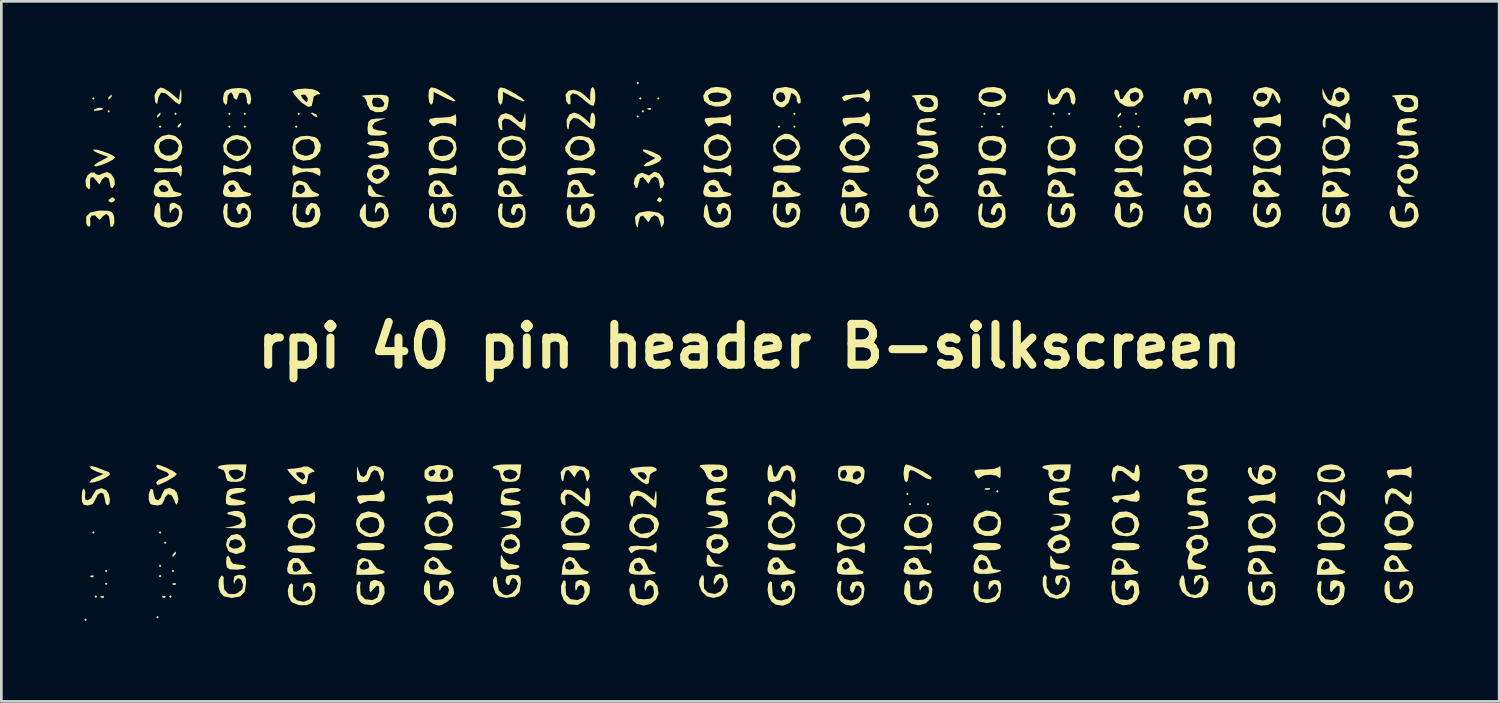
<source format=kicad_pcb>
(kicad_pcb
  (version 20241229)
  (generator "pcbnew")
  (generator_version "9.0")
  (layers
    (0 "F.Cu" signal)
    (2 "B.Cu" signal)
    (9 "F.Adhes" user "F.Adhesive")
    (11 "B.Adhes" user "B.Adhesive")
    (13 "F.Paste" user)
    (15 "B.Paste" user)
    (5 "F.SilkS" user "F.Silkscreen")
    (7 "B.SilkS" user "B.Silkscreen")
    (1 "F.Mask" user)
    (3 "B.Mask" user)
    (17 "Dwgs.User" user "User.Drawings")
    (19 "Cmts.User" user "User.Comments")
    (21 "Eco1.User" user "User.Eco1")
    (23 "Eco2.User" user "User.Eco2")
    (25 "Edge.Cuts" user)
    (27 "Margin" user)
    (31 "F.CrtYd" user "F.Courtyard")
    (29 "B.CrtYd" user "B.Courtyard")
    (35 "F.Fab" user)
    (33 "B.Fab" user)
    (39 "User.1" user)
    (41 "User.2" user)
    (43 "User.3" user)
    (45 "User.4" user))
  (footprint "rpi 40 pin header B-silkscreen"
    (layer "F.Cu")
    (at 24.921 9.872)
    (property "Reference" "rpi 40 pin header B-silkscreen" (at 0 0 0) (layer "F.SilkS") (effects (font (size 1.524 1.524) (thickness 0.3))))
    (attr board_only exclude_from_pos_files exclude_from_bom)
    (fp_poly (pts (xy -24.729 10.208) (xy -24.777 10.256) (xy -24.825 10.208) (xy -24.777 10.16)) (stroke (width 0) (type solid)) (fill yes) (layer "F.SilkS"))
    (fp_poly (pts (xy -24.442 -9.249) (xy -24.489 -9.202) (xy -24.537 -9.249) (xy -24.489 -9.297)) (stroke (width 0) (type solid)) (fill yes) (layer "F.SilkS"))
    (fp_poly (pts (xy -24.442 6.949) (xy -24.489 6.997) (xy -24.537 6.949) (xy -24.489 6.901)) (stroke (width 0) (type solid)) (fill yes) (layer "F.SilkS"))
    (fp_poly (pts (xy -24.346 9.345) (xy -24.394 9.393) (xy -24.442 9.345) (xy -24.394 9.297)) (stroke (width 0) (type solid)) (fill yes) (layer "F.SilkS"))
    (fp_poly (pts (xy -23.962 8.387) (xy -24.01 8.435) (xy -24.058 8.387) (xy -24.01 8.339)) (stroke (width 0) (type solid)) (fill yes) (layer "F.SilkS"))
    (fp_poly (pts (xy -23.962 8.866) (xy -24.01 8.914) (xy -24.058 8.866) (xy -24.01 8.818)) (stroke (width 0) (type solid)) (fill yes) (layer "F.SilkS"))
    (fp_poly (pts (xy -23.866 -8.77) (xy -23.914 -8.722) (xy -23.962 -8.77) (xy -23.914 -8.818)) (stroke (width 0) (type solid)) (fill yes) (layer "F.SilkS"))
    (fp_poly (pts (xy -22.045 10.112) (xy -22.093 10.16) (xy -22.141 10.112) (xy -22.093 10.064)) (stroke (width 0) (type solid)) (fill yes) (layer "F.SilkS"))
    (fp_poly (pts (xy -21.949 -8.195) (xy -21.997 -8.147) (xy -22.045 -8.195) (xy -21.997 -8.243)) (stroke (width 0) (type solid)) (fill yes) (layer "F.SilkS"))
    (fp_poly (pts (xy -21.949 6.949) (xy -21.997 6.997) (xy -22.045 6.949) (xy -21.997 6.901)) (stroke (width 0) (type solid)) (fill yes) (layer "F.SilkS"))
    (fp_poly (pts (xy -21.949 8.195) (xy -21.997 8.243) (xy -22.045 8.195) (xy -21.997 8.147)) (stroke (width 0) (type solid)) (fill yes) (layer "F.SilkS"))
    (fp_poly (pts (xy -21.949 8.578) (xy -21.997 8.626) (xy -22.045 8.578) (xy -21.997 8.531)) (stroke (width 0) (type solid)) (fill yes) (layer "F.SilkS"))
    (fp_poly (pts (xy -21.758 7.332) (xy -21.806 7.38) (xy -21.854 7.332) (xy -21.806 7.285)) (stroke (width 0) (type solid)) (fill yes) (layer "F.SilkS"))
    (fp_poly (pts (xy -21.566 9.345) (xy -21.614 9.393) (xy -21.662 9.345) (xy -21.614 9.297)) (stroke (width 0) (type solid)) (fill yes) (layer "F.SilkS"))
    (fp_poly (pts (xy -21.47 8.387) (xy -21.518 8.435) (xy -21.566 8.387) (xy -21.518 8.339)) (stroke (width 0) (type solid)) (fill yes) (layer "F.SilkS"))
    (fp_poly (pts (xy -21.374 -8.674) (xy -21.422 -8.626) (xy -21.47 -8.674) (xy -21.422 -8.722)) (stroke (width 0) (type solid)) (fill yes) (layer "F.SilkS"))
    (fp_poly (pts (xy -19.362 -8.674) (xy -19.409 -8.626) (xy -19.457 -8.674) (xy -19.409 -8.722)) (stroke (width 0) (type solid)) (fill yes) (layer "F.SilkS"))
    (fp_poly (pts (xy -19.362 -8.195) (xy -19.409 -8.147) (xy -19.457 -8.195) (xy -19.409 -8.243)) (stroke (width 0) (type solid)) (fill yes) (layer "F.SilkS"))
    (fp_poly (pts (xy -18.786 -8.674) (xy -18.834 -8.626) (xy -18.882 -8.674) (xy -18.834 -8.722)) (stroke (width 0) (type solid)) (fill yes) (layer "F.SilkS"))
    (fp_poly (pts (xy -18.786 -8.195) (xy -18.834 -8.147) (xy -18.882 -8.195) (xy -18.834 -8.243)) (stroke (width 0) (type solid)) (fill yes) (layer "F.SilkS"))
    (fp_poly (pts (xy -16.869 -8.195) (xy -16.917 -8.147) (xy -16.965 -8.195) (xy -16.917 -8.243)) (stroke (width 0) (type solid)) (fill yes) (layer "F.SilkS"))
    (fp_poly (pts (xy -16.774 -8.674) (xy -16.822 -8.626) (xy -16.869 -8.674) (xy -16.822 -8.722)) (stroke (width 0) (type solid)) (fill yes) (layer "F.SilkS"))
    (fp_poly (pts (xy -4.122 -9.825) (xy -4.169 -9.777) (xy -4.217 -9.825) (xy -4.169 -9.872)) (stroke (width 0) (type solid)) (fill yes) (layer "F.SilkS"))
    (fp_poly (pts (xy -4.122 -8.578) (xy -4.169 -8.531) (xy -4.217 -8.578) (xy -4.169 -8.626)) (stroke (width 0) (type solid)) (fill yes) (layer "F.SilkS"))
    (fp_poly (pts (xy -4.026 -9.249) (xy -4.074 -9.202) (xy -4.122 -9.249) (xy -4.074 -9.297)) (stroke (width 0) (type solid)) (fill yes) (layer "F.SilkS"))
    (fp_poly (pts (xy -3.93 -8.77) (xy -3.978 -8.722) (xy -4.026 -8.77) (xy -3.978 -8.818)) (stroke (width 0) (type solid)) (fill yes) (layer "F.SilkS"))
    (fp_poly (pts (xy -3.355 -9.249) (xy -3.403 -9.202) (xy -3.451 -9.249) (xy -3.403 -9.297)) (stroke (width 0) (type solid)) (fill yes) (layer "F.SilkS"))
    (fp_poly (pts (xy 1.15 -8.195) (xy 1.102 -8.147) (xy 1.054 -8.195) (xy 1.102 -8.243)) (stroke (width 0) (type solid)) (fill yes) (layer "F.SilkS"))
    (fp_poly (pts (xy 1.725 -8.674) (xy 1.677 -8.626) (xy 1.629 -8.674) (xy 1.677 -8.722)) (stroke (width 0) (type solid)) (fill yes) (layer "F.SilkS"))
    (fp_poly (pts (xy 1.725 -8.195) (xy 1.677 -8.147) (xy 1.629 -8.195) (xy 1.677 -8.243)) (stroke (width 0) (type solid)) (fill yes) (layer "F.SilkS"))
    (fp_poly (pts (xy 5.943 5.511) (xy 5.895 5.559) (xy 5.847 5.511) (xy 5.895 5.463)) (stroke (width 0) (type solid)) (fill yes) (layer "F.SilkS"))
    (fp_poly (pts (xy 6.038 5.895) (xy 5.991 5.943) (xy 5.943 5.895) (xy 5.991 5.847)) (stroke (width 0) (type solid)) (fill yes) (layer "F.SilkS"))
    (fp_poly (pts (xy 6.709 5.895) (xy 6.662 5.943) (xy 6.614 5.895) (xy 6.662 5.847)) (stroke (width 0) (type solid)) (fill yes) (layer "F.SilkS"))
    (fp_poly (pts (xy 8.722 -8.195) (xy 8.674 -8.147) (xy 8.626 -8.195) (xy 8.674 -8.243)) (stroke (width 0) (type solid)) (fill yes) (layer "F.SilkS"))
    (fp_poly (pts (xy 8.818 -8.674) (xy 8.77 -8.626) (xy 8.722 -8.674) (xy 8.77 -8.722)) (stroke (width 0) (type solid)) (fill yes) (layer "F.SilkS"))
    (fp_poly (pts (xy 9.297 5.415) (xy 9.249 5.463) (xy 9.202 5.415) (xy 9.249 5.368)) (stroke (width 0) (type solid)) (fill yes) (layer "F.SilkS"))
    (fp_poly (pts (xy 9.489 -8.195) (xy 9.441 -8.147) (xy 9.393 -8.195) (xy 9.441 -8.243)) (stroke (width 0) (type solid)) (fill yes) (layer "F.SilkS"))
    (fp_poly (pts (xy 11.31 -8.195) (xy 11.262 -8.147) (xy 11.214 -8.195) (xy 11.262 -8.243)) (stroke (width 0) (type solid)) (fill yes) (layer "F.SilkS"))
    (fp_poly (pts (xy 11.406 -8.674) (xy 11.358 -8.626) (xy 11.31 -8.674) (xy 11.358 -8.722)) (stroke (width 0) (type solid)) (fill yes) (layer "F.SilkS"))
    (fp_poly (pts (xy 11.981 -8.674) (xy 11.933 -8.626) (xy 11.885 -8.674) (xy 11.933 -8.722)) (stroke (width 0) (type solid)) (fill yes) (layer "F.SilkS"))
    (fp_poly (pts (xy 13.898 -8.195) (xy 13.85 -8.147) (xy 13.802 -8.195) (xy 13.85 -8.243)) (stroke (width 0) (type solid)) (fill yes) (layer "F.SilkS"))
    (fp_poly (pts (xy 14.473 -8.674) (xy 14.425 -8.626) (xy 14.377 -8.674) (xy 14.425 -8.722)) (stroke (width 0) (type solid)) (fill yes) (layer "F.SilkS"))
    (fp_poly (pts (xy 14.569 -8.195) (xy 14.521 -8.147) (xy 14.473 -8.195) (xy 14.521 -8.243)) (stroke (width 0) (type solid)) (fill yes) (layer "F.SilkS"))
    (fp_poly (pts (xy -24.473 8.563) (xy -24.487 8.619) (xy -24.537 8.626) (xy -24.616 8.591) (xy -24.601 8.563) (xy -24.488 8.551)) (stroke (width 0) (type solid)) (fill yes) (layer "F.SilkS"))
    (fp_poly (pts (xy -24.09 9.329) (xy -24.103 9.386) (xy -24.154 9.393) (xy -24.233 9.358) (xy -24.218 9.329) (xy -24.104 9.318)) (stroke (width 0) (type solid)) (fill yes) (layer "F.SilkS"))
    (fp_poly (pts (xy -21.79 9.329) (xy -21.803 9.386) (xy -21.854 9.393) (xy -21.932 9.358) (xy -21.917 9.329) (xy -21.804 9.318)) (stroke (width 0) (type solid)) (fill yes) (layer "F.SilkS"))
    (fp_poly (pts (xy -21.406 8.85) (xy -21.419 8.907) (xy -21.47 8.914) (xy -21.549 8.879) (xy -21.534 8.85) (xy -21.42 8.839)) (stroke (width 0) (type solid)) (fill yes) (layer "F.SilkS"))
    (fp_poly (pts (xy -3.674 -8.882) (xy -3.687 -8.825) (xy -3.738 -8.818) (xy -3.817 -8.853) (xy -3.802 -8.882) (xy -3.688 -8.893)) (stroke (width 0) (type solid)) (fill yes) (layer "F.SilkS"))
    (fp_poly (pts (xy 8.984 5.31) (xy 8.955 5.353) (xy 8.858 5.36) (xy 8.756 5.337) (xy 8.8 5.302) (xy 8.95 5.291)) (stroke (width 0) (type solid)) (fill yes) (layer "F.SilkS"))
    (fp_poly (pts (xy 9.361 -8.69) (xy 9.348 -8.633) (xy 9.297 -8.626) (xy 9.218 -8.661) (xy 9.233 -8.69) (xy 9.347 -8.702)) (stroke (width 0) (type solid)) (fill yes) (layer "F.SilkS"))
    (fp_poly (pts (xy -16.171 -8.653) (xy -16.151 -8.626) (xy -16.117 -8.54) (xy -16.208 -8.573) (xy -16.294 -8.626) (xy -16.368 -8.703) (xy -16.324 -8.721)) (stroke (width 0) (type solid)) (fill yes) (layer "F.SilkS"))
    (fp_poly (pts (xy -24.188 -8.894) (xy -24.106 -8.859) (xy -24.202 -8.819) (xy -24.281 -8.801) (xy -24.457 -8.784) (xy -24.461 -8.836) (xy -24.459 -8.839) (xy -24.295 -8.9)) (stroke (width 0) (type solid)) (fill yes) (layer "F.SilkS"))
    (fp_poly (pts (xy -23.801 -9.331) (xy -23.818 -9.297) (xy -23.909 -9.206) (xy -23.926 -9.202) (xy -23.932 -9.263) (xy -23.914 -9.297) (xy -23.824 -9.389) (xy -23.807 -9.393)) (stroke (width 0) (type solid)) (fill yes) (layer "F.SilkS"))
    (fp_poly (pts (xy -23.677 -5.486) (xy -23.675 -5.463) (xy -23.753 -5.379) (xy -23.824 -5.368) (xy -23.923 -5.414) (xy -23.914 -5.463) (xy -23.792 -5.556) (xy -23.765 -5.559)) (stroke (width 0) (type solid)) (fill yes) (layer "F.SilkS"))
    (fp_poly (pts (xy -21.98 -8.66) (xy -21.997 -8.626) (xy -22.088 -8.535) (xy -22.105 -8.531) (xy -22.111 -8.592) (xy -22.093 -8.626) (xy -22.003 -8.718) (xy -21.986 -8.722)) (stroke (width 0) (type solid)) (fill yes) (layer "F.SilkS"))
    (fp_poly (pts (xy -21.404 7.73) (xy -21.422 7.764) (xy -21.513 7.855) (xy -21.529 7.86) (xy -21.536 7.798) (xy -21.518 7.764) (xy -21.428 7.672) (xy -21.411 7.668)) (stroke (width 0) (type solid)) (fill yes) (layer "F.SilkS"))
    (fp_poly (pts (xy -21.213 -8.277) (xy -21.231 -8.243) (xy -21.321 -8.151) (xy -21.338 -8.147) (xy -21.344 -8.209) (xy -21.326 -8.243) (xy -21.236 -8.335) (xy -21.219 -8.339)) (stroke (width 0) (type solid)) (fill yes) (layer "F.SilkS"))
    (fp_poly (pts (xy -3.262 -5.486) (xy -3.259 -5.463) (xy -3.332 -5.37) (xy -3.355 -5.368) (xy -3.448 -5.44) (xy -3.451 -5.463) (xy -3.378 -5.556) (xy -3.355 -5.559)) (stroke (width 0) (type solid)) (fill yes) (layer "F.SilkS"))
    (fp_poly (pts (xy 13.868 -8.66) (xy 13.85 -8.626) (xy 13.76 -8.535) (xy 13.743 -8.531) (xy 13.736 -8.592) (xy 13.754 -8.626) (xy 13.845 -8.718) (xy 13.862 -8.722)) (stroke (width 0) (type solid)) (fill yes) (layer "F.SilkS"))
    (fp_poly (pts (xy -16.408 7.441) (xy -16.244 7.487) (xy -16.199 7.572) (xy -16.246 7.659) (xy -16.412 7.703) (xy -16.726 7.716) (xy -17.044 7.703) (xy -17.207 7.658) (xy -17.253 7.572) (xy -17.206 7.485) (xy -17.039 7.441) (xy -16.726 7.428)) (stroke (width 0) (type solid)) (fill yes) (layer "F.SilkS"))
    (fp_poly (pts (xy -13.82 7.345) (xy -13.656 7.391) (xy -13.611 7.476) (xy -13.658 7.563) (xy -13.824 7.608) (xy -14.137 7.62) (xy -14.455 7.607) (xy -14.619 7.562) (xy -14.664 7.476) (xy -14.617 7.39) (xy -14.451 7.345) (xy -14.137 7.332)) (stroke (width 0) (type solid)) (fill yes) (layer "F.SilkS"))
    (fp_poly (pts (xy -6.152 7.345) (xy -5.988 7.391) (xy -5.943 7.476) (xy -5.99 7.563) (xy -6.156 7.608) (xy -6.47 7.62) (xy -6.787 7.607) (xy -6.951 7.562) (xy -6.996 7.476) (xy -6.949 7.39) (xy -6.783 7.345) (xy -6.47 7.332)) (stroke (width 0) (type solid)) (fill yes) (layer "F.SilkS"))
    (fp_poly (pts (xy 1.708 -6.744) (xy 1.871 -6.699) (xy 1.917 -6.614) (xy 1.87 -6.527) (xy 1.704 -6.482) (xy 1.39 -6.47) (xy 1.072 -6.483) (xy 0.908 -6.528) (xy 0.863 -6.614) (xy 0.91 -6.7) (xy 1.076 -6.745) (xy 1.39 -6.757)) (stroke (width 0) (type solid)) (fill yes) (layer "F.SilkS"))
    (fp_poly (pts (xy 4.255 -6.725) (xy 4.436 -6.661) (xy 4.483 -6.601) (xy 4.448 -6.522) (xy 4.281 -6.481) (xy 3.98 -6.47) (xy 3.662 -6.483) (xy 3.497 -6.528) (xy 3.451 -6.614) (xy 3.533 -6.698) (xy 3.739 -6.745) (xy 4.001 -6.754)) (stroke (width 0) (type solid)) (fill yes) (layer "F.SilkS"))
    (fp_poly (pts (xy 9.184 7.345) (xy 9.347 7.391) (xy 9.393 7.476) (xy 9.345 7.563) (xy 9.179 7.608) (xy 8.866 7.62) (xy 8.548 7.607) (xy 8.384 7.562) (xy 8.339 7.476) (xy 8.386 7.39) (xy 8.552 7.345) (xy 8.866 7.332)) (stroke (width 0) (type solid)) (fill yes) (layer "F.SilkS"))
    (fp_poly (pts (xy 14.36 7.345) (xy 14.524 7.391) (xy 14.569 7.476) (xy 14.522 7.563) (xy 14.356 7.608) (xy 14.042 7.62) (xy 13.724 7.607) (xy 13.561 7.562) (xy 13.515 7.476) (xy 13.563 7.39) (xy 13.729 7.345) (xy 14.042 7.332)) (stroke (width 0) (type solid)) (fill yes) (layer "F.SilkS"))
    (fp_poly (pts (xy 22.028 7.345) (xy 22.191 7.391) (xy 22.237 7.476) (xy 22.19 7.563) (xy 22.024 7.608) (xy 21.71 7.62) (xy 21.392 7.607) (xy 21.229 7.562) (xy 21.183 7.476) (xy 21.23 7.39) (xy 21.396 7.345) (xy 21.71 7.332)) (stroke (width 0) (type solid)) (fill yes) (layer "F.SilkS"))
    (fp_poly (pts (xy 24.519 7.345) (xy 24.683 7.391) (xy 24.728 7.476) (xy 24.681 7.563) (xy 24.515 7.608) (xy 24.202 7.62) (xy 23.884 7.607) (xy 23.72 7.562) (xy 23.675 7.476) (xy 23.722 7.39) (xy 23.888 7.345) (xy 24.202 7.332)) (stroke (width 0) (type solid)) (fill yes) (layer "F.SilkS"))
    (fp_poly (pts (xy -14.072 -5.884) (xy -14.064 -5.854) (xy -13.931 -5.693) (xy -13.741 -5.629) (xy -13.604 -5.602) (xy -13.638 -5.586) (xy -13.85 -5.574) (xy -14.098 -5.577) (xy -14.211 -5.635) (xy -14.246 -5.777) (xy -14.247 -5.799) (xy -14.225 -5.993) (xy -14.153 -6.026)) (stroke (width 0) (type solid)) (fill yes) (layer "F.SilkS"))
    (fp_poly (pts (xy -1.423 7.909) (xy -1.412 7.948) (xy -1.279 8.109) (xy -1.089 8.173) (xy -0.953 8.2) (xy -0.989 8.217) (xy -1.201 8.229) (xy -1.451 8.225) (xy -1.567 8.167) (xy -1.606 8.025) (xy -1.607 8.003) (xy -1.586 7.811) (xy -1.509 7.775)) (stroke (width 0) (type solid)) (fill yes) (layer "F.SilkS"))
    (fp_poly (pts (xy 6.436 -5.893) (xy 6.448 -5.854) (xy 6.581 -5.693) (xy 6.77 -5.629) (xy 6.907 -5.603) (xy 6.87 -5.586) (xy 6.658 -5.574) (xy 6.409 -5.577) (xy 6.293 -5.635) (xy 6.254 -5.777) (xy 6.252 -5.799) (xy 6.274 -5.992) (xy 6.351 -6.028)) (stroke (width 0) (type solid)) (fill yes) (layer "F.SilkS"))
    (fp_poly (pts (xy 24.36 -5.893) (xy 24.371 -5.854) (xy 24.505 -5.693) (xy 24.694 -5.629) (xy 24.83 -5.603) (xy 24.794 -5.586) (xy 24.582 -5.574) (xy 24.333 -5.577) (xy 24.217 -5.635) (xy 24.178 -5.777) (xy 24.176 -5.799) (xy 24.198 -5.992) (xy 24.275 -6.028)) (stroke (width 0) (type solid)) (fill yes) (layer "F.SilkS"))
    (fp_poly (pts (xy -11.292 7.364) (xy -11.121 7.432) (xy -11.091 7.476) (xy -11.105 7.559) (xy -11.228 7.603) (xy -11.495 7.619) (xy -11.615 7.62) (xy -11.944 7.608) (xy -12.113 7.569) (xy -12.152 7.493) (xy -12.151 7.488) (xy -12.047 7.4) (xy -11.824 7.349) (xy -11.549 7.337)) (stroke (width 0) (type solid)) (fill yes) (layer "F.SilkS"))
    (fp_poly (pts (xy -9.181 7.931) (xy -9.18 7.932) (xy -9.012 8.108) (xy -8.798 8.147) (xy -8.615 8.174) (xy -8.578 8.243) (xy -8.706 8.308) (xy -8.938 8.338) (xy -8.968 8.339) (xy -9.19 8.323) (xy -9.278 8.239) (xy -9.291 8.031) (xy -9.291 8.027) (xy -9.281 7.827) (xy -9.251 7.8)) (stroke (width 0) (type solid)) (fill yes) (layer "F.SilkS"))
    (fp_poly (pts (xy 11.313 7.932) (xy 11.449 8.1) (xy 11.69 8.147) (xy 11.894 8.175) (xy 11.981 8.241) (xy 11.981 8.243) (xy 11.896 8.303) (xy 11.684 8.336) (xy 11.598 8.339) (xy 11.352 8.328) (xy 11.244 8.267) (xy 11.22 8.111) (xy 11.22 8.027) (xy 11.23 7.831) (xy 11.257 7.809)) (stroke (width 0) (type solid)) (fill yes) (layer "F.SilkS"))
    (fp_poly (pts (xy -3.865 -7.336) (xy -3.615 -7.251) (xy -3.605 -7.247) (xy -3.347 -7.114) (xy -3.275 -6.998) (xy -3.384 -6.882) (xy -3.503 -6.821) (xy -3.739 -6.734) (xy -3.899 -6.711) (xy -3.949 -6.745) (xy -3.856 -6.832) (xy -3.793 -6.869) (xy -3.512 -7.021) (xy -3.777 -7.16) (xy -3.966 -7.28) (xy -3.988 -7.342)) (stroke (width 0) (type solid)) (fill yes) (layer "F.SilkS"))
    (fp_poly (pts (xy 0.783 7.343) (xy 0.954 7.392) (xy 1.198 7.412) (xy 1.447 7.391) (xy 1.613 7.343) (xy 1.706 7.352) (xy 1.725 7.447) (xy 1.696 7.548) (xy 1.58 7.6) (xy 1.332 7.619) (xy 1.198 7.62) (xy 0.891 7.61) (xy 0.731 7.572) (xy 0.674 7.491) (xy 0.671 7.447) (xy 0.714 7.329)) (stroke (width 0) (type solid)) (fill yes) (layer "F.SilkS"))
    (fp_poly (pts (xy 9.365 -6.652) (xy 9.525 -6.614) (xy 9.582 -6.532) (xy 9.585 -6.488) (xy 9.542 -6.371) (xy 9.472 -6.384) (xy 9.302 -6.434) (xy 9.058 -6.454) (xy 8.809 -6.433) (xy 8.643 -6.384) (xy 8.549 -6.393) (xy 8.531 -6.488) (xy 8.56 -6.589) (xy 8.676 -6.642) (xy 8.923 -6.66) (xy 9.058 -6.662)) (stroke (width 0) (type solid)) (fill yes) (layer "F.SilkS"))
    (fp_poly (pts (xy 19.429 7.438) (xy 19.589 7.476) (xy 19.646 7.558) (xy 19.649 7.602) (xy 19.606 7.719) (xy 19.537 7.706) (xy 19.366 7.656) (xy 19.122 7.636) (xy 18.873 7.657) (xy 18.707 7.706) (xy 18.614 7.697) (xy 18.595 7.602) (xy 18.624 7.501) (xy 18.74 7.448) (xy 18.988 7.429) (xy 19.122 7.428)) (stroke (width 0) (type solid)) (fill yes) (layer "F.SilkS"))
    (fp_poly (pts (xy -19.451 7.816) (xy -19.369 7.95) (xy -19.362 8.009) (xy -19.275 8.117) (xy -19.074 8.147) (xy -18.872 8.175) (xy -18.786 8.242) (xy -18.786 8.243) (xy -18.871 8.304) (xy -19.082 8.337) (xy -19.155 8.339) (xy -19.396 8.326) (xy -19.502 8.258) (xy -19.531 8.09) (xy -19.532 8.05) (xy -19.513 7.866) (xy -19.456 7.813)) (stroke (width 0) (type solid)) (fill yes) (layer "F.SilkS"))
    (fp_poly (pts (xy -11.716 -9.632) (xy -11.431 -9.488) (xy -11.335 -9.433) (xy -11.066 -9.257) (xy -10.968 -9.155) (xy -11.034 -9.141) (xy -11.26 -9.226) (xy -11.397 -9.293) (xy -11.789 -9.493) (xy -11.789 -9.251) (xy -11.822 -9.07) (xy -11.885 -9.01) (xy -11.949 -9.094) (xy -11.98 -9.301) (xy -11.981 -9.345) (xy -11.962 -9.565) (xy -11.883 -9.659)) (stroke (width 0) (type solid)) (fill yes) (layer "F.SilkS"))
    (fp_poly (pts (xy -9.144 -9.632) (xy -8.868 -9.493) (xy -8.759 -9.429) (xy -8.488 -9.254) (xy -8.384 -9.153) (xy -8.445 -9.138) (xy -8.664 -9.222) (xy -8.809 -9.293) (xy -9.202 -9.493) (xy -9.202 -9.251) (xy -9.234 -9.07) (xy -9.297 -9.01) (xy -9.361 -9.094) (xy -9.392 -9.301) (xy -9.393 -9.345) (xy -9.376 -9.563) (xy -9.303 -9.657)) (stroke (width 0) (type solid)) (fill yes) (layer "F.SilkS"))
    (fp_poly (pts (xy -8.342 -6.679) (xy -8.339 -6.572) (xy -8.37 -6.392) (xy -8.451 -6.384) (xy -8.622 -6.434) (xy -8.866 -6.454) (xy -9.115 -6.433) (xy -9.281 -6.384) (xy -9.373 -6.395) (xy -9.393 -6.503) (xy -9.369 -6.621) (xy -9.261 -6.661) (xy -9.018 -6.641) (xy -9.011 -6.64) (xy -8.684 -6.635) (xy -8.484 -6.709) (xy -8.379 -6.767)) (stroke (width 0) (type solid)) (fill yes) (layer "F.SilkS"))
    (fp_poly (pts (xy -5.948 -6.636) (xy -5.765 -6.567) (xy -5.744 -6.466) (xy -5.847 -6.374) (xy -5.935 -6.373) (xy -5.943 -6.401) (xy -6.024 -6.452) (xy -6.22 -6.468) (xy -6.454 -6.451) (xy -6.652 -6.404) (xy -6.697 -6.382) (xy -6.787 -6.395) (xy -6.805 -6.488) (xy -6.776 -6.589) (xy -6.659 -6.642) (xy -6.411 -6.66) (xy -6.278 -6.662)) (stroke (width 0) (type solid)) (fill yes) (layer "F.SilkS"))
    (fp_poly (pts (xy -24.35 -7.335) (xy -24.131 -7.273) (xy -23.898 -7.185) (xy -23.724 -7.097) (xy -23.675 -7.046) (xy -23.754 -6.966) (xy -23.945 -6.863) (xy -24.175 -6.769) (xy -24.371 -6.716) (xy -24.413 -6.713) (xy -24.468 -6.748) (xy -24.344 -6.844) (xy -24.26 -6.891) (xy -23.934 -7.064) (xy -24.26 -7.184) (xy -24.444 -7.27) (xy -24.496 -7.334) (xy -24.483 -7.344)) (stroke (width 0) (type solid)) (fill yes) (layer "F.SilkS"))
    (fp_poly (pts (xy -21.186 -6.678) (xy -21.183 -6.577) (xy -21.198 -6.392) (xy -21.231 -6.326) (xy -21.276 -6.401) (xy -21.278 -6.434) (xy -21.37 -6.499) (xy -21.643 -6.505) (xy -21.758 -6.496) (xy -22.066 -6.482) (xy -22.214 -6.52) (xy -22.237 -6.571) (xy -22.169 -6.646) (xy -21.951 -6.651) (xy -21.855 -6.64) (xy -21.528 -6.635) (xy -21.327 -6.709) (xy -21.223 -6.768)) (stroke (width 0) (type solid)) (fill yes) (layer "F.SilkS"))
    (fp_poly (pts (xy -13.634 5.449) (xy -13.611 5.601) (xy -13.63 5.754) (xy -13.724 5.803) (xy -13.945 5.78) (xy -14.223 5.773) (xy -14.413 5.837) (xy -14.537 5.891) (xy -14.606 5.793) (xy -14.651 5.653) (xy -14.618 5.584) (xy -14.467 5.561) (xy -14.234 5.559) (xy -13.976 5.54) (xy -13.822 5.492) (xy -13.802 5.463) (xy -13.729 5.37) (xy -13.706 5.368)) (stroke (width 0) (type solid)) (fill yes) (layer "F.SilkS"))
    (fp_poly (pts (xy -10.929 -6.634) (xy -10.928 -6.584) (xy -10.956 -6.396) (xy -11.039 -6.384) (xy -11.251 -6.449) (xy -11.531 -6.465) (xy -11.779 -6.43) (xy -11.861 -6.392) (xy -11.957 -6.371) (xy -11.981 -6.494) (xy -11.96 -6.609) (xy -11.864 -6.655) (xy -11.644 -6.647) (xy -11.54 -6.636) (xy -11.221 -6.624) (xy -11.048 -6.682) (xy -11.014 -6.72) (xy -10.953 -6.765)) (stroke (width 0) (type solid)) (fill yes) (layer "F.SilkS"))
    (fp_poly (pts (xy -0.97 6.163) (xy -0.856 6.277) (xy -0.822 6.378) (xy -0.795 6.619) (xy -0.884 6.748) (xy -1.117 6.793) (xy -1.276 6.793) (xy -1.677 6.78) (xy -1.342 6.721) (xy -1.09 6.633) (xy -1.003 6.516) (xy -1.085 6.406) (xy -1.32 6.344) (xy -1.53 6.295) (xy -1.57 6.225) (xy -1.457 6.162) (xy -1.206 6.134) (xy -1.203 6.134)) (stroke (width 0) (type solid)) (fill yes) (layer "F.SilkS"))
    (fp_poly (pts (xy 14.662 -6.678) (xy 14.665 -6.577) (xy 14.649 -6.392) (xy 14.617 -6.326) (xy 14.571 -6.401) (xy 14.569 -6.434) (xy 14.478 -6.499) (xy 14.205 -6.505) (xy 14.09 -6.496) (xy 13.782 -6.482) (xy 13.634 -6.52) (xy 13.611 -6.571) (xy 13.678 -6.646) (xy 13.896 -6.651) (xy 13.993 -6.64) (xy 14.319 -6.635) (xy 14.52 -6.709) (xy 14.625 -6.768)) (stroke (width 0) (type solid)) (fill yes) (layer "F.SilkS"))
    (fp_poly (pts (xy -19.057 6.151) (xy -18.891 6.222) (xy -18.815 6.408) (xy -18.804 6.494) (xy -18.795 6.688) (xy -18.85 6.776) (xy -19.019 6.796) (xy -19.188 6.793) (xy -19.601 6.78) (xy -19.266 6.721) (xy -19.02 6.639) (xy -18.93 6.518) (xy -18.93 6.518) (xy -19.02 6.397) (xy -19.266 6.318) (xy -19.468 6.272) (xy -19.495 6.223) (xy -19.44 6.191) (xy -19.216 6.146)) (stroke (width 0) (type solid)) (fill yes) (layer "F.SilkS"))
    (fp_poly (pts (xy -16.916 -6.709) (xy -16.7 -6.633) (xy -16.389 -6.64) (xy -16.144 -6.661) (xy -16.034 -6.624) (xy -16.007 -6.506) (xy -16.007 -6.489) (xy -16.028 -6.356) (xy -16.11 -6.391) (xy -16.122 -6.403) (xy -16.295 -6.485) (xy -16.534 -6.518) (xy -16.782 -6.483) (xy -16.946 -6.403) (xy -17.028 -6.36) (xy -17.059 -6.474) (xy -17.061 -6.558) (xy -17.046 -6.738) (xy -16.983 -6.757)) (stroke (width 0) (type solid)) (fill yes) (layer "F.SilkS"))
    (fp_poly (pts (xy -8.668 6.144) (xy -8.559 6.207) (xy -8.531 6.371) (xy -8.531 6.47) (xy -8.54 6.68) (xy -8.605 6.774) (xy -8.779 6.796) (xy -8.938 6.793) (xy -9.345 6.78) (xy -9.01 6.721) (xy -8.758 6.634) (xy -8.671 6.516) (xy -8.753 6.406) (xy -8.986 6.344) (xy -9.226 6.293) (xy -9.288 6.224) (xy -9.184 6.162) (xy -8.92 6.134) (xy -8.914 6.134)) (stroke (width 0) (type solid)) (fill yes) (layer "F.SilkS"))
    (fp_poly (pts (xy 6.803 7.453) (xy 6.804 7.5) (xy 6.79 7.692) (xy 6.757 7.764) (xy 6.712 7.688) (xy 6.709 7.656) (xy 6.618 7.591) (xy 6.345 7.584) (xy 6.23 7.594) (xy 5.919 7.607) (xy 5.771 7.568) (xy 5.751 7.522) (xy 5.819 7.451) (xy 6.039 7.44) (xy 6.192 7.454) (xy 6.511 7.466) (xy 6.684 7.408) (xy 6.718 7.37) (xy 6.779 7.323)) (stroke (width 0) (type solid)) (fill yes) (layer "F.SilkS"))
    (fp_poly (pts (xy 11.263 -6.709) (xy 11.479 -6.633) (xy 11.79 -6.64) (xy 12.036 -6.661) (xy 12.146 -6.624) (xy 12.173 -6.506) (xy 12.173 -6.489) (xy 12.151 -6.356) (xy 12.069 -6.391) (xy 12.058 -6.403) (xy 11.86 -6.493) (xy 11.584 -6.513) (xy 11.33 -6.462) (xy 11.234 -6.403) (xy 11.151 -6.36) (xy 11.12 -6.474) (xy 11.118 -6.558) (xy 11.133 -6.738) (xy 11.196 -6.757)) (stroke (width 0) (type solid)) (fill yes) (layer "F.SilkS"))
    (fp_poly (pts (xy -24.364 4.521) (xy -24.286 4.552) (xy -24.057 4.644) (xy -23.917 4.694) (xy -23.903 4.697) (xy -23.867 4.769) (xy -23.866 4.778) (xy -23.947 4.859) (xy -24.15 4.968) (xy -24.25 5.01) (xy -24.481 5.082) (xy -24.618 5.089) (xy -24.633 5.07) (xy -24.554 4.974) (xy -24.37 4.875) (xy -24.106 4.77) (xy -24.37 4.677) (xy -24.559 4.584) (xy -24.633 4.496) (xy -24.556 4.472)) (stroke (width 0) (type solid)) (fill yes) (layer "F.SilkS"))
    (fp_poly (pts (xy -18.597 -6.657) (xy -18.595 -6.566) (xy -18.611 -6.385) (xy -18.671 -6.369) (xy -18.71 -6.403) (xy -18.883 -6.485) (xy -19.122 -6.518) (xy -19.37 -6.483) (xy -19.534 -6.403) (xy -19.616 -6.36) (xy -19.647 -6.475) (xy -19.649 -6.566) (xy -19.633 -6.747) (xy -19.573 -6.762) (xy -19.534 -6.729) (xy -19.361 -6.646) (xy -19.122 -6.614) (xy -18.874 -6.649) (xy -18.71 -6.729) (xy -18.628 -6.771)) (stroke (width 0) (type solid)) (fill yes) (layer "F.SilkS"))
    (fp_poly (pts (xy -16.231 5.441) (xy -16.214 5.595) (xy -16.214 5.655) (xy -16.225 5.842) (xy -16.253 5.887) (xy -16.262 5.871) (xy -16.38 5.79) (xy -16.594 5.755) (xy -16.818 5.768) (xy -16.968 5.83) (xy -16.985 5.857) (xy -17.058 5.894) (xy -17.136 5.825) (xy -17.206 5.683) (xy -17.121 5.598) (xy -16.866 5.562) (xy -16.718 5.559) (xy -16.442 5.533) (xy -16.279 5.463) (xy -16.262 5.439)) (stroke (width 0) (type solid)) (fill yes) (layer "F.SilkS"))
    (fp_poly (pts (xy -10.959 -8.649) (xy -10.943 -8.495) (xy -10.942 -8.435) (xy -10.953 -8.248) (xy -10.981 -8.203) (xy -10.99 -8.219) (xy -11.107 -8.299) (xy -11.32 -8.335) (xy -11.544 -8.325) (xy -11.693 -8.266) (xy -11.711 -8.239) (xy -11.789 -8.204) (xy -11.863 -8.259) (xy -11.968 -8.402) (xy -11.922 -8.487) (xy -11.709 -8.526) (xy -11.51 -8.531) (xy -11.195 -8.555) (xy -11.014 -8.62) (xy -10.99 -8.65)) (stroke (width 0) (type solid)) (fill yes) (layer "F.SilkS"))
    (fp_poly (pts (xy -3.459 7.469) (xy -3.46 7.524) (xy -3.477 7.687) (xy -3.51 7.701) (xy -3.514 7.692) (xy -3.631 7.616) (xy -3.85 7.578) (xy -4.093 7.581) (xy -4.279 7.625) (xy -4.331 7.674) (xy -4.408 7.724) (xy -4.435 7.706) (xy -4.523 7.555) (xy -4.437 7.465) (xy -4.191 7.443) (xy -4.064 7.454) (xy -3.745 7.466) (xy -3.571 7.408) (xy -3.538 7.37) (xy -3.479 7.33)) (stroke (width 0) (type solid)) (fill yes) (layer "F.SilkS"))
    (fp_poly (pts (xy -1.621 -6.739) (xy -1.61 -6.729) (xy -1.437 -6.646) (xy -1.198 -6.614) (xy -0.95 -6.649) (xy -0.786 -6.729) (xy -0.703 -6.773) (xy -0.672 -6.658) (xy -0.671 -6.585) (xy -0.69 -6.372) (xy -0.75 -6.343) (xy -0.822 -6.433) (xy -0.96 -6.495) (xy -1.236 -6.499) (xy -1.306 -6.493) (xy -1.567 -6.473) (xy -1.69 -6.505) (xy -1.724 -6.607) (xy -1.725 -6.645) (xy -1.703 -6.777)) (stroke (width 0) (type solid)) (fill yes) (layer "F.SilkS"))
    (fp_poly (pts (xy -0.703 -8.649) (xy -0.687 -8.495) (xy -0.686 -8.435) (xy -0.697 -8.248) (xy -0.725 -8.203) (xy -0.734 -8.219) (xy -0.855 -8.303) (xy -1.071 -8.336) (xy -1.296 -8.317) (xy -1.446 -8.247) (xy -1.462 -8.219) (xy -1.526 -8.193) (xy -1.617 -8.315) (xy -1.674 -8.443) (xy -1.643 -8.506) (xy -1.486 -8.528) (xy -1.257 -8.531) (xy -0.941 -8.554) (xy -0.759 -8.62) (xy -0.734 -8.65)) (stroke (width 0) (type solid)) (fill yes) (layer "F.SilkS"))
    (fp_poly (pts (xy 4.311 7.433) (xy 4.313 7.524) (xy 4.297 7.705) (xy 4.237 7.72) (xy 4.198 7.687) (xy 4.025 7.605) (xy 3.786 7.572) (xy 3.538 7.607) (xy 3.374 7.687) (xy 3.292 7.729) (xy 3.261 7.615) (xy 3.259 7.524) (xy 3.275 7.343) (xy 3.335 7.328) (xy 3.374 7.361) (xy 3.547 7.444) (xy 3.786 7.476) (xy 4.034 7.441) (xy 4.198 7.361) (xy 4.28 7.319)) (stroke (width 0) (type solid)) (fill yes) (layer "F.SilkS"))
    (fp_poly (pts (xy 9.361 4.483) (xy 9.377 4.637) (xy 9.378 4.697) (xy 9.367 4.884) (xy 9.339 4.929) (xy 9.33 4.912) (xy 9.209 4.828) (xy 8.993 4.796) (xy 8.768 4.815) (xy 8.619 4.885) (xy 8.603 4.912) (xy 8.538 4.939) (xy 8.447 4.816) (xy 8.39 4.688) (xy 8.421 4.625) (xy 8.578 4.603) (xy 8.807 4.601) (xy 9.124 4.577) (xy 9.306 4.512) (xy 9.33 4.481)) (stroke (width 0) (type solid)) (fill yes) (layer "F.SilkS"))
    (fp_poly (pts (xy 14.545 5.45) (xy 14.569 5.609) (xy 14.544 5.752) (xy 14.444 5.809) (xy 14.234 5.785) (xy 13.922 5.698) (xy 13.813 5.719) (xy 13.802 5.754) (xy 13.739 5.841) (xy 13.608 5.808) (xy 13.579 5.783) (xy 13.516 5.658) (xy 13.633 5.584) (xy 13.933 5.559) (xy 13.946 5.559) (xy 14.203 5.54) (xy 14.358 5.492) (xy 14.377 5.463) (xy 14.45 5.37) (xy 14.473 5.368)) (stroke (width 0) (type solid)) (fill yes) (layer "F.SilkS"))
    (fp_poly (pts (xy 17.22 -8.649) (xy 17.237 -8.495) (xy 17.238 -8.435) (xy 17.226 -8.248) (xy 17.198 -8.203) (xy 17.189 -8.219) (xy 17.072 -8.299) (xy 16.86 -8.335) (xy 16.636 -8.325) (xy 16.486 -8.266) (xy 16.469 -8.239) (xy 16.39 -8.204) (xy 16.317 -8.259) (xy 16.212 -8.402) (xy 16.258 -8.487) (xy 16.471 -8.526) (xy 16.67 -8.531) (xy 16.985 -8.555) (xy 17.166 -8.62) (xy 17.189 -8.65)) (stroke (width 0) (type solid)) (fill yes) (layer "F.SilkS"))
    (fp_poly (pts (xy 17.251 -6.657) (xy 17.253 -6.566) (xy 17.237 -6.385) (xy 17.176 -6.369) (xy 17.138 -6.403) (xy 16.94 -6.493) (xy 16.664 -6.513) (xy 16.41 -6.462) (xy 16.314 -6.403) (xy 16.232 -6.36) (xy 16.201 -6.475) (xy 16.198 -6.566) (xy 16.215 -6.747) (xy 16.275 -6.762) (xy 16.314 -6.729) (xy 16.511 -6.639) (xy 16.787 -6.619) (xy 17.041 -6.669) (xy 17.138 -6.729) (xy 17.219 -6.771)) (stroke (width 0) (type solid)) (fill yes) (layer "F.SilkS"))
    (fp_poly (pts (xy 19.617 5.441) (xy 19.633 5.595) (xy 19.634 5.655) (xy 19.623 5.842) (xy 19.595 5.887) (xy 19.586 5.871) (xy 19.469 5.791) (xy 19.256 5.755) (xy 19.032 5.765) (xy 18.883 5.823) (xy 18.865 5.85) (xy 18.786 5.886) (xy 18.713 5.831) (xy 18.608 5.688) (xy 18.654 5.602) (xy 18.867 5.564) (xy 19.066 5.559) (xy 19.381 5.535) (xy 19.562 5.47) (xy 19.586 5.439)) (stroke (width 0) (type solid)) (fill yes) (layer "F.SilkS"))
    (fp_poly (pts (xy 19.839 -6.657) (xy 19.841 -6.566) (xy 19.824 -6.385) (xy 19.764 -6.369) (xy 19.726 -6.403) (xy 19.528 -6.493) (xy 19.252 -6.513) (xy 18.998 -6.462) (xy 18.901 -6.403) (xy 18.82 -6.36) (xy 18.789 -6.475) (xy 18.786 -6.566) (xy 18.803 -6.747) (xy 18.863 -6.762) (xy 18.901 -6.729) (xy 19.099 -6.639) (xy 19.375 -6.619) (xy 19.629 -6.669) (xy 19.726 -6.729) (xy 19.807 -6.771)) (stroke (width 0) (type solid)) (fill yes) (layer "F.SilkS"))
    (fp_poly (pts (xy 21.444 -6.745) (xy 21.462 -6.72) (xy 21.593 -6.636) (xy 21.857 -6.624) (xy 21.987 -6.636) (xy 22.257 -6.658) (xy 22.387 -6.631) (xy 22.427 -6.539) (xy 22.429 -6.487) (xy 22.407 -6.355) (xy 22.324 -6.393) (xy 22.314 -6.403) (xy 22.116 -6.493) (xy 21.84 -6.513) (xy 21.586 -6.462) (xy 21.489 -6.403) (xy 21.408 -6.361) (xy 21.378 -6.475) (xy 21.376 -6.57) (xy 21.393 -6.747)) (stroke (width 0) (type solid)) (fill yes) (layer "F.SilkS"))
    (fp_poly (pts (xy 24.697 4.483) (xy 24.713 4.637) (xy 24.714 4.697) (xy 24.703 4.884) (xy 24.675 4.929) (xy 24.666 4.912) (xy 24.546 4.829) (xy 24.331 4.796) (xy 24.106 4.813) (xy 23.956 4.88) (xy 23.94 4.907) (xy 23.885 4.938) (xy 23.836 4.852) (xy 23.786 4.7) (xy 23.815 4.627) (xy 23.964 4.603) (xy 24.194 4.601) (xy 24.48 4.575) (xy 24.647 4.506) (xy 24.666 4.481)) (stroke (width 0) (type solid)) (fill yes) (layer "F.SilkS"))
    (fp_poly (pts (xy 5.996 4.45) (xy 6.228 4.55) (xy 6.481 4.679) (xy 6.692 4.805) (xy 6.801 4.895) (xy 6.805 4.907) (xy 6.756 4.978) (xy 6.597 4.927) (xy 6.374 4.792) (xy 6.128 4.645) (xy 5.998 4.621) (xy 5.948 4.725) (xy 5.943 4.84) (xy 5.91 5.021) (xy 5.847 5.08) (xy 5.783 4.996) (xy 5.752 4.789) (xy 5.751 4.745) (xy 5.774 4.523) (xy 5.832 4.412) (xy 5.844 4.409)) (stroke (width 0) (type solid)) (fill yes) (layer "F.SilkS"))
    (fp_poly (pts (xy 6.861 -7.645) (xy 6.989 -7.56) (xy 7.027 -7.467) (xy 7.048 -7.202) (xy 6.929 -7.052) (xy 6.653 -6.998) (xy 6.598 -6.997) (xy 6.36 -7.018) (xy 6.272 -7.073) (xy 6.278 -7.093) (xy 6.407 -7.161) (xy 6.627 -7.189) (xy 6.833 -7.224) (xy 6.879 -7.307) (xy 6.779 -7.397) (xy 6.547 -7.457) (xy 6.534 -7.458) (xy 6.299 -7.51) (xy 6.239 -7.58) (xy 6.348 -7.643) (xy 6.602 -7.668)) (stroke (width 0) (type solid)) (fill yes) (layer "F.SilkS"))
    (fp_poly (pts (xy 19.837 -8.571) (xy 19.841 -8.435) (xy 19.827 -8.228) (xy 19.775 -8.186) (xy 19.726 -8.224) (xy 19.57 -8.303) (xy 19.357 -8.336) (xy 19.166 -8.319) (xy 19.075 -8.252) (xy 19.074 -8.243) (xy 19.023 -8.151) (xy 18.919 -8.187) (xy 18.845 -8.299) (xy 18.8 -8.44) (xy 18.835 -8.508) (xy 18.992 -8.529) (xy 19.199 -8.531) (xy 19.481 -8.556) (xy 19.688 -8.619) (xy 19.726 -8.646) (xy 19.804 -8.684)) (stroke (width 0) (type solid)) (fill yes) (layer "F.SilkS"))
    (fp_poly (pts (xy -21.905 4.478) (xy -21.722 4.554) (xy -21.501 4.664) (xy -21.381 4.758) (xy -21.374 4.776) (xy -21.45 4.853) (xy -21.632 4.968) (xy -21.85 5.085) (xy -22.035 5.163) (xy -22.096 5.176) (xy -22.14 5.102) (xy -22.141 5.082) (xy -22.06 4.991) (xy -21.902 4.928) (xy -21.722 4.854) (xy -21.662 4.784) (xy -21.743 4.701) (xy -21.902 4.64) (xy -22.081 4.566) (xy -22.141 4.495) (xy -22.13 4.429) (xy -22.067 4.422)) (stroke (width 0) (type solid)) (fill yes) (layer "F.SilkS"))
    (fp_poly (pts (xy -21.847 -9.62) (xy -21.646 -9.491) (xy -21.585 -9.442) (xy -21.292 -9.196) (xy -21.252 -9.462) (xy -21.225 -9.601) (xy -21.209 -9.568) (xy -21.197 -9.369) (xy -21.208 -9.11) (xy -21.278 -9.026) (xy -21.426 -9.112) (xy -21.566 -9.249) (xy -21.798 -9.445) (xy -21.961 -9.463) (xy -22.054 -9.302) (xy -22.069 -9.225) (xy -22.101 -9.055) (xy -22.144 -9.059) (xy -22.186 -9.143) (xy -22.205 -9.376) (xy -22.094 -9.582) (xy -21.979 -9.655)) (stroke (width 0) (type solid)) (fill yes) (layer "F.SilkS"))
    (fp_poly (pts (xy -11.148 5.401) (xy -11.082 5.555) (xy -11.073 5.757) (xy -11.125 5.897) (xy -11.134 5.904) (xy -11.21 5.883) (xy -11.214 5.852) (xy -11.294 5.782) (xy -11.482 5.754) (xy -11.699 5.767) (xy -11.866 5.82) (xy -11.908 5.866) (xy -11.963 5.896) (xy -12.011 5.81) (xy -12.062 5.66) (xy -12.033 5.586) (xy -11.886 5.562) (xy -11.646 5.559) (xy -11.361 5.536) (xy -11.223 5.473) (xy -11.214 5.447) (xy -11.174 5.385)) (stroke (width 0) (type solid)) (fill yes) (layer "F.SilkS"))
    (fp_poly (pts (xy 4.481 -9.503) (xy 4.505 -9.345) (xy 4.472 -9.165) (xy 4.409 -9.106) (xy 4.316 -9.179) (xy 4.313 -9.202) (xy 4.234 -9.271) (xy 4.049 -9.295) (xy 3.838 -9.273) (xy 3.684 -9.204) (xy 3.679 -9.2) (xy 3.555 -9.149) (xy 3.516 -9.168) (xy 3.452 -9.293) (xy 3.567 -9.367) (xy 3.863 -9.393) (xy 3.882 -9.393) (xy 4.139 -9.412) (xy 4.293 -9.46) (xy 4.313 -9.489) (xy 4.386 -9.582) (xy 4.409 -9.585)) (stroke (width 0) (type solid)) (fill yes) (layer "F.SilkS"))
    (fp_poly (pts (xy 4.482 -8.64) (xy 4.505 -8.488) (xy 4.47 -8.285) (xy 4.409 -8.195) (xy 4.321 -8.203) (xy 4.313 -8.237) (xy 4.233 -8.308) (xy 4.045 -8.336) (xy 3.829 -8.323) (xy 3.662 -8.27) (xy 3.62 -8.224) (xy 3.565 -8.193) (xy 3.516 -8.28) (xy 3.466 -8.43) (xy 3.494 -8.504) (xy 3.641 -8.528) (xy 3.882 -8.531) (xy 4.139 -8.55) (xy 4.293 -8.598) (xy 4.313 -8.626) (xy 4.386 -8.719) (xy 4.409 -8.722)) (stroke (width 0) (type solid)) (fill yes) (layer "F.SilkS"))
    (fp_poly (pts (xy 11.83 6.247) (xy 11.948 6.294) (xy 11.98 6.418) (xy 11.981 6.466) (xy 11.896 6.706) (xy 11.667 6.86) (xy 11.412 6.901) (xy 11.253 6.862) (xy 11.214 6.805) (xy 11.298 6.738) (xy 11.498 6.709) (xy 11.502 6.709) (xy 11.714 6.678) (xy 11.787 6.565) (xy 11.789 6.524) (xy 11.732 6.38) (xy 11.535 6.308) (xy 11.478 6.3) (xy 11.311 6.275) (xy 11.313 6.26) (xy 11.495 6.249) (xy 11.574 6.246)) (stroke (width 0) (type solid)) (fill yes) (layer "F.SilkS"))
    (fp_poly (pts (xy -13.651 -7.645) (xy -13.522 -7.56) (xy -13.485 -7.467) (xy -13.463 -7.202) (xy -13.582 -7.052) (xy -13.858 -6.998) (xy -13.914 -6.997) (xy -14.152 -7.018) (xy -14.24 -7.073) (xy -14.234 -7.093) (xy -14.104 -7.162) (xy -13.892 -7.189) (xy -13.668 -7.232) (xy -13.611 -7.332) (xy -13.683 -7.439) (xy -13.915 -7.476) (xy -13.946 -7.476) (xy -14.168 -7.5) (xy -14.279 -7.559) (xy -14.282 -7.572) (xy -14.197 -7.633) (xy -13.985 -7.666) (xy -13.909 -7.668)) (stroke (width 0) (type solid)) (fill yes) (layer "F.SilkS"))
    (fp_poly (pts (xy -13.586 -8.494) (xy -13.713 -8.459) (xy -13.753 -8.45) (xy -13.985 -8.352) (xy -14.08 -8.222) (xy -14.032 -8.107) (xy -13.834 -8.052) (xy -13.809 -8.051) (xy -13.604 -8.024) (xy -13.515 -7.959) (xy -13.515 -7.955) (xy -13.6 -7.895) (xy -13.811 -7.862) (xy -13.89 -7.86) (xy -14.131 -7.87) (xy -14.234 -7.933) (xy -14.252 -8.094) (xy -14.249 -8.171) (xy -14.224 -8.372) (xy -14.137 -8.464) (xy -13.93 -8.495) (xy -13.85 -8.499) (xy -13.628 -8.505)) (stroke (width 0) (type solid)) (fill yes) (layer "F.SilkS"))
    (fp_poly (pts (xy -3.475 5.445) (xy -3.465 5.631) (xy -3.469 5.88) (xy -3.496 6.024) (xy -3.511 6.038) (xy -3.611 5.975) (xy -3.774 5.82) (xy -3.794 5.799) (xy -4.03 5.603) (xy -4.208 5.58) (xy -4.314 5.727) (xy -4.333 5.823) (xy -4.361 5.996) (xy -4.395 5.991) (xy -4.437 5.884) (xy -4.477 5.602) (xy -4.382 5.43) (xy -4.184 5.385) (xy -3.918 5.483) (xy -3.806 5.561) (xy -3.559 5.755) (xy -3.519 5.489) (xy -3.493 5.376)) (stroke (width 0) (type solid)) (fill yes) (layer "F.SilkS"))
    (fp_poly (pts (xy 11.811 5.28) (xy 11.958 5.326) (xy 11.981 5.368) (xy 11.897 5.431) (xy 11.69 5.463) (xy 11.646 5.463) (xy 11.398 5.495) (xy 11.311 5.594) (xy 11.31 5.607) (xy 11.396 5.721) (xy 11.592 5.751) (xy 11.813 5.78) (xy 11.933 5.847) (xy 11.891 5.91) (xy 11.69 5.941) (xy 11.615 5.943) (xy 11.356 5.922) (xy 11.227 5.84) (xy 11.182 5.732) (xy 11.179 5.512) (xy 11.23 5.396) (xy 11.373 5.318) (xy 11.591 5.278)) (stroke (width 0) (type solid)) (fill yes) (layer "F.SilkS"))
    (fp_poly (pts (xy 16.954 6.163) (xy 17.068 6.277) (xy 17.102 6.378) (xy 17.131 6.591) (xy 17.113 6.703) (xy 16.989 6.771) (xy 16.767 6.817) (xy 16.53 6.832) (xy 16.361 6.809) (xy 16.331 6.787) (xy 16.382 6.737) (xy 16.57 6.711) (xy 16.631 6.709) (xy 16.863 6.691) (xy 16.949 6.622) (xy 16.948 6.542) (xy 16.827 6.399) (xy 16.603 6.344) (xy 16.394 6.295) (xy 16.354 6.225) (xy 16.467 6.162) (xy 16.718 6.134) (xy 16.721 6.134)) (stroke (width 0) (type solid)) (fill yes) (layer "F.SilkS"))
    (fp_poly (pts (xy 22.207 5.36) (xy 22.236 5.554) (xy 22.237 5.596) (xy 22.212 5.87) (xy 22.128 5.969) (xy 21.967 5.898) (xy 21.785 5.734) (xy 21.56 5.558) (xy 21.391 5.513) (xy 21.309 5.596) (xy 21.329 5.759) (xy 21.333 5.91) (xy 21.279 5.943) (xy 21.208 5.861) (xy 21.2 5.679) (xy 21.294 5.459) (xy 21.478 5.381) (xy 21.707 5.455) (xy 21.845 5.572) (xy 22.045 5.787) (xy 22.045 5.583) (xy 22.086 5.392) (xy 22.141 5.32)) (stroke (width 0) (type solid)) (fill yes) (layer "F.SilkS"))
    (fp_poly (pts (xy 24.138 5.334) (xy 24.32 5.46) (xy 24.503 5.616) (xy 24.598 5.629) (xy 24.649 5.499) (xy 24.661 5.439) (xy 24.69 5.369) (xy 24.711 5.481) (xy 24.716 5.583) (xy 24.704 5.842) (xy 24.633 5.926) (xy 24.485 5.841) (xy 24.346 5.703) (xy 24.113 5.507) (xy 23.951 5.49) (xy 23.857 5.65) (xy 23.843 5.727) (xy 23.81 5.897) (xy 23.768 5.894) (xy 23.726 5.81) (xy 23.707 5.575) (xy 23.823 5.373) (xy 23.975 5.293)) (stroke (width 0) (type solid)) (fill yes) (layer "F.SilkS"))
    (fp_poly (pts (xy -13.763 4.531) (xy -13.637 4.715) (xy -13.661 4.947) (xy -13.722 5.05) (xy -13.758 4.991) (xy -13.78 4.859) (xy -13.864 4.663) (xy -14 4.619) (xy -14.125 4.725) (xy -14.168 4.865) (xy -14.254 5.037) (xy -14.432 5.08) (xy -14.584 5.058) (xy -14.646 4.954) (xy -14.651 4.721) (xy -14.638 4.517) (xy -14.621 4.495) (xy -14.596 4.625) (xy -14.517 4.826) (xy -14.398 4.881) (xy -14.294 4.783) (xy -14.264 4.673) (xy -14.178 4.499) (xy -14.004 4.457)) (stroke (width 0) (type solid)) (fill yes) (layer "F.SilkS"))
    (fp_poly (pts (xy -8.65 5.294) (xy -8.534 5.347) (xy -8.531 5.362) (xy -8.615 5.428) (xy -8.823 5.462) (xy -8.874 5.463) (xy -9.111 5.499) (xy -9.182 5.581) (xy -9.091 5.671) (xy -8.843 5.732) (xy -8.835 5.733) (xy -8.599 5.783) (xy -8.539 5.853) (xy -8.644 5.914) (xy -8.904 5.943) (xy -8.92 5.943) (xy -9.167 5.934) (xy -9.273 5.878) (xy -9.288 5.731) (xy -9.279 5.631) (xy -9.24 5.424) (xy -9.134 5.329) (xy -8.901 5.291) (xy -8.89 5.29)) (stroke (width 0) (type solid)) (fill yes) (layer "F.SilkS"))
    (fp_poly (pts (xy -6.551 7.906) (xy -6.407 8.093) (xy -6.286 8.272) (xy -6.173 8.339) (xy -6.016 8.404) (xy -5.991 8.435) (xy -6.04 8.492) (xy -6.259 8.525) (xy -6.47 8.531) (xy -7.009 8.531) (xy -6.979 8.219) (xy -6.963 8.171) (xy -6.883 8.171) (xy -6.85 8.307) (xy -6.709 8.339) (xy -6.552 8.29) (xy -6.536 8.171) (xy -6.63 8.029) (xy -6.709 8.003) (xy -6.845 8.083) (xy -6.883 8.171) (xy -6.963 8.171) (xy -6.894 7.968) (xy -6.734 7.86)) (stroke (width 0) (type solid)) (fill yes) (layer "F.SilkS"))
    (fp_poly (pts (xy -6.173 4.506) (xy -5.986 4.648) (xy -5.965 4.866) (xy -5.994 4.947) (xy -6.054 5.052) (xy -6.09 4.993) (xy -6.111 4.864) (xy -6.19 4.661) (xy -6.317 4.607) (xy -6.442 4.716) (xy -6.466 4.768) (xy -6.525 4.885) (xy -6.588 4.832) (xy -6.625 4.768) (xy -6.755 4.617) (xy -6.858 4.652) (xy -6.919 4.864) (xy -6.948 5.031) (xy -6.989 5.022) (xy -7.021 4.953) (xy -7.05 4.703) (xy -6.914 4.532) (xy -6.624 4.454) (xy -6.51 4.451)) (stroke (width 0) (type solid)) (fill yes) (layer "F.SilkS"))
    (fp_poly (pts (xy -5.977 5.353) (xy -5.947 5.544) (xy -5.95 5.766) (xy -5.989 5.938) (xy -6.021 5.98) (xy -6.13 5.948) (xy -6.312 5.812) (xy -6.395 5.734) (xy -6.623 5.556) (xy -6.796 5.513) (xy -6.882 5.603) (xy -6.871 5.762) (xy -6.864 5.909) (xy -6.9 5.943) (xy -7.001 5.863) (xy -7.053 5.685) (xy -7.034 5.519) (xy -6.897 5.354) (xy -6.684 5.361) (xy -6.424 5.524) (xy -6.134 5.768) (xy -6.134 5.52) (xy -6.103 5.336) (xy -6.038 5.272)) (stroke (width 0) (type solid)) (fill yes) (layer "F.SilkS"))
    (fp_poly (pts (xy -5.785 -9.599) (xy -5.755 -9.408) (xy -5.758 -9.187) (xy -5.797 -9.015) (xy -5.83 -8.972) (xy -5.939 -9.004) (xy -6.12 -9.141) (xy -6.203 -9.218) (xy -6.431 -9.396) (xy -6.604 -9.439) (xy -6.691 -9.35) (xy -6.679 -9.191) (xy -6.68 -9.036) (xy -6.758 -9.028) (xy -6.84 -9.154) (xy -6.865 -9.389) (xy -6.758 -9.533) (xy -6.561 -9.572) (xy -6.318 -9.492) (xy -6.164 -9.377) (xy -5.943 -9.168) (xy -5.943 -9.424) (xy -5.912 -9.612) (xy -5.847 -9.681)) (stroke (width 0) (type solid)) (fill yes) (layer "F.SilkS"))
    (fp_poly (pts (xy -5.781 -8.642) (xy -5.753 -8.458) (xy -5.766 -8.256) (xy -5.82 -8.118) (xy -5.833 -8.108) (xy -5.946 -8.136) (xy -6.115 -8.271) (xy -6.137 -8.294) (xy -6.38 -8.488) (xy -6.575 -8.519) (xy -6.7 -8.387) (xy -6.728 -8.267) (xy -6.754 -8.097) (xy -6.785 -8.106) (xy -6.817 -8.205) (xy -6.823 -8.458) (xy -6.715 -8.652) (xy -6.543 -8.722) (xy -6.366 -8.66) (xy -6.164 -8.514) (xy -5.943 -8.305) (xy -5.943 -8.514) (xy -5.905 -8.678) (xy -5.847 -8.722)) (stroke (width 0) (type solid)) (fill yes) (layer "F.SilkS"))
    (fp_poly (pts (xy -3.39 -4.983) (xy -3.206 -4.838) (xy -3.186 -4.619) (xy -3.214 -4.542) (xy -3.275 -4.437) (xy -3.311 -4.496) (xy -3.331 -4.625) (xy -3.413 -4.824) (xy -3.547 -4.887) (xy -3.677 -4.797) (xy -3.707 -4.734) (xy -3.765 -4.629) (xy -3.832 -4.696) (xy -3.853 -4.734) (xy -3.979 -4.875) (xy -4.082 -4.832) (xy -4.141 -4.625) (xy -4.168 -4.446) (xy -4.201 -4.448) (xy -4.251 -4.581) (xy -4.272 -4.829) (xy -4.127 -4.983) (xy -3.815 -5.041) (xy -3.725 -5.041)) (stroke (width 0) (type solid)) (fill yes) (layer "F.SilkS"))
    (fp_poly (pts (xy -0.982 5.294) (xy -0.866 5.347) (xy -0.863 5.362) (xy -0.946 5.433) (xy -1.147 5.463) (xy -1.15 5.463) (xy -1.378 5.506) (xy -1.438 5.607) (xy -1.352 5.721) (xy -1.15 5.751) (xy -0.948 5.779) (xy -0.863 5.846) (xy -0.863 5.847) (xy -0.948 5.906) (xy -1.161 5.94) (xy -1.252 5.943) (xy -1.499 5.934) (xy -1.605 5.878) (xy -1.62 5.731) (xy -1.612 5.631) (xy -1.572 5.424) (xy -1.467 5.329) (xy -1.233 5.291) (xy -1.222 5.29)) (stroke (width 0) (type solid)) (fill yes) (layer "F.SilkS"))
    (fp_poly (pts (xy 3.897 -6.184) (xy 4.04 -5.997) (xy 4.163 -5.817) (xy 4.281 -5.751) (xy 4.398 -5.694) (xy 4.409 -5.655) (xy 4.323 -5.601) (xy 4.102 -5.566) (xy 3.924 -5.559) (xy 3.438 -5.559) (xy 3.468 -5.871) (xy 3.477 -5.895) (xy 3.546 -5.895) (xy 3.626 -5.778) (xy 3.738 -5.751) (xy 3.894 -5.811) (xy 3.93 -5.895) (xy 3.85 -6.012) (xy 3.738 -6.038) (xy 3.582 -5.979) (xy 3.546 -5.895) (xy 3.477 -5.895) (xy 3.554 -6.121) (xy 3.714 -6.23)) (stroke (width 0) (type solid)) (fill yes) (layer "F.SilkS"))
    (fp_poly (pts (xy 6.874 -8.513) (xy 6.965 -8.471) (xy 6.96 -8.453) (xy 6.832 -8.385) (xy 6.659 -8.363) (xy 6.454 -8.344) (xy 6.36 -8.309) (xy 6.339 -8.197) (xy 6.462 -8.1) (xy 6.681 -8.052) (xy 6.715 -8.051) (xy 6.915 -8.023) (xy 6.997 -7.955) (xy 6.912 -7.896) (xy 6.699 -7.862) (xy 6.608 -7.86) (xy 6.361 -7.869) (xy 6.255 -7.924) (xy 6.239 -8.071) (xy 6.248 -8.171) (xy 6.287 -8.376) (xy 6.389 -8.472) (xy 6.617 -8.51) (xy 6.647 -8.513)) (stroke (width 0) (type solid)) (fill yes) (layer "F.SilkS"))
    (fp_poly (pts (xy 16.942 5.294) (xy 17.058 5.347) (xy 17.061 5.362) (xy 16.978 5.433) (xy 16.777 5.463) (xy 16.774 5.463) (xy 16.545 5.506) (xy 16.486 5.607) (xy 16.572 5.721) (xy 16.774 5.751) (xy 16.975 5.779) (xy 17.061 5.846) (xy 17.061 5.847) (xy 16.976 5.908) (xy 16.765 5.941) (xy 16.692 5.943) (xy 16.453 5.931) (xy 16.351 5.866) (xy 16.331 5.698) (xy 16.333 5.631) (xy 16.357 5.425) (xy 16.45 5.33) (xy 16.672 5.292) (xy 16.702 5.29)) (stroke (width 0) (type solid)) (fill yes) (layer "F.SilkS"))
    (fp_poly (pts (xy 22.396 -8.638) (xy 22.428 -8.431) (xy 22.429 -8.387) (xy 22.407 -8.141) (xy 22.328 -8.067) (xy 22.175 -8.162) (xy 22.045 -8.291) (xy 21.832 -8.463) (xy 21.641 -8.532) (xy 21.514 -8.493) (xy 21.497 -8.343) (xy 21.498 -8.339) (xy 21.501 -8.186) (xy 21.455 -8.147) (xy 21.397 -8.229) (xy 21.392 -8.41) (xy 21.481 -8.635) (xy 21.66 -8.704) (xy 21.895 -8.613) (xy 22.006 -8.523) (xy 22.237 -8.305) (xy 22.237 -8.514) (xy 22.274 -8.678) (xy 22.333 -8.722)) (stroke (width 0) (type solid)) (fill yes) (layer "F.SilkS"))
    (fp_poly (pts (xy 24.697 -6.79) (xy 24.871 -6.675) (xy 24.959 -6.497) (xy 24.917 -6.292) (xy 24.866 -6.222) (xy 24.667 -6.065) (xy 24.462 -6.073) (xy 24.322 -6.142) (xy 24.176 -6.32) (xy 24.178 -6.466) (xy 24.293 -6.466) (xy 24.317 -6.36) (xy 24.437 -6.258) (xy 24.617 -6.264) (xy 24.768 -6.362) (xy 24.807 -6.446) (xy 24.777 -6.577) (xy 24.608 -6.614) (xy 24.369 -6.579) (xy 24.293 -6.466) (xy 24.178 -6.466) (xy 24.179 -6.548) (xy 24.269 -6.69) (xy 24.481 -6.807)) (stroke (width 0) (type solid)) (fill yes) (layer "F.SilkS"))
    (fp_poly (pts (xy 24.785 -7.645) (xy 24.913 -7.56) (xy 24.951 -7.467) (xy 24.972 -7.202) (xy 24.853 -7.052) (xy 24.577 -6.998) (xy 24.521 -6.997) (xy 24.281 -7.018) (xy 24.196 -7.075) (xy 24.203 -7.094) (xy 24.318 -7.149) (xy 24.353 -7.136) (xy 24.526 -7.113) (xy 24.713 -7.185) (xy 24.821 -7.31) (xy 24.825 -7.339) (xy 24.742 -7.443) (xy 24.489 -7.476) (xy 24.268 -7.5) (xy 24.157 -7.559) (xy 24.154 -7.572) (xy 24.239 -7.633) (xy 24.45 -7.666) (xy 24.526 -7.668)) (stroke (width 0) (type solid)) (fill yes) (layer "F.SilkS"))
    (fp_poly (pts (xy 24.801 -8.508) (xy 24.917 -8.456) (xy 24.921 -8.441) (xy 24.837 -8.369) (xy 24.637 -8.339) (xy 24.633 -8.339) (xy 24.405 -8.296) (xy 24.346 -8.195) (xy 24.431 -8.081) (xy 24.633 -8.051) (xy 24.835 -8.024) (xy 24.921 -7.957) (xy 24.921 -7.955) (xy 24.836 -7.896) (xy 24.623 -7.862) (xy 24.531 -7.86) (xy 24.284 -7.869) (xy 24.178 -7.924) (xy 24.163 -8.071) (xy 24.172 -8.171) (xy 24.211 -8.378) (xy 24.317 -8.474) (xy 24.55 -8.511) (xy 24.561 -8.512)) (stroke (width 0) (type solid)) (fill yes) (layer "F.SilkS"))
    (fp_poly (pts (xy -19.002 7.055) (xy -18.856 7.226) (xy -18.8 7.446) (xy -18.85 7.635) (xy -18.898 7.68) (xy -19.162 7.758) (xy -19.399 7.678) (xy -19.454 7.625) (xy -19.534 7.419) (xy -19.431 7.419) (xy -19.411 7.473) (xy -19.276 7.552) (xy -19.093 7.54) (xy -18.954 7.452) (xy -18.93 7.382) (xy -19.007 7.252) (xy -19.179 7.199) (xy -19.354 7.243) (xy -19.383 7.267) (xy -19.431 7.419) (xy -19.534 7.419) (xy -19.537 7.411) (xy -19.485 7.202) (xy -19.338 7.05) (xy -19.136 7.006)) (stroke (width 0) (type solid)) (fill yes) (layer "F.SilkS"))
    (fp_poly (pts (xy -18.916 5.293) (xy -18.793 5.338) (xy -18.786 5.356) (xy -18.87 5.429) (xy -19.075 5.479) (xy -19.098 5.481) (xy -19.31 5.528) (xy -19.409 5.6) (xy -19.409 5.607) (xy -19.325 5.681) (xy -19.121 5.731) (xy -19.098 5.733) (xy -18.858 5.783) (xy -18.795 5.852) (xy -18.899 5.914) (xy -19.159 5.943) (xy -19.176 5.943) (xy -19.423 5.934) (xy -19.529 5.878) (xy -19.544 5.731) (xy -19.535 5.631) (xy -19.496 5.424) (xy -19.39 5.329) (xy -19.157 5.291) (xy -19.146 5.29)) (stroke (width 0) (type solid)) (fill yes) (layer "F.SilkS"))
    (fp_poly (pts (xy -16.829 7.909) (xy -16.648 8.063) (xy -16.586 8.185) (xy -16.456 8.379) (xy -16.324 8.463) (xy -16.315 8.489) (xy -16.465 8.509) (xy -16.702 8.519) (xy -17.012 8.52) (xy -17.177 8.494) (xy -17.242 8.422) (xy -17.253 8.303) (xy -17.238 8.243) (xy -17.061 8.243) (xy -17.013 8.4) (xy -16.893 8.416) (xy -16.751 8.322) (xy -16.726 8.243) (xy -16.805 8.108) (xy -16.893 8.07) (xy -17.029 8.103) (xy -17.061 8.243) (xy -17.238 8.243) (xy -17.187 8.038) (xy -17.028 7.904)) (stroke (width 0) (type solid)) (fill yes) (layer "F.SilkS"))
    (fp_poly (pts (xy -16.535 -6.1) (xy -16.439 -5.967) (xy -16.325 -5.801) (xy -16.229 -5.751) (xy -16.076 -5.682) (xy -16.055 -5.655) (xy -16.104 -5.598) (xy -16.323 -5.565) (xy -16.534 -5.559) (xy -17.073 -5.559) (xy -17.051 -5.786) (xy -16.934 -5.786) (xy -16.799 -5.694) (xy -16.73 -5.687) (xy -16.607 -5.766) (xy -16.582 -5.863) (xy -16.651 -6.005) (xy -16.796 -6.033) (xy -16.917 -5.943) (xy -16.934 -5.786) (xy -17.051 -5.786) (xy -17.043 -5.871) (xy -16.997 -6.089) (xy -16.885 -6.173) (xy -16.774 -6.182)) (stroke (width 0) (type solid)) (fill yes) (layer "F.SilkS"))
    (fp_poly (pts (xy -14.139 7.989) (xy -14.043 8.123) (xy -13.908 8.29) (xy -13.78 8.339) (xy -13.637 8.384) (xy -13.611 8.435) (xy -13.697 8.487) (xy -13.921 8.522) (xy -14.144 8.531) (xy -14.677 8.531) (xy -14.647 8.219) (xy -14.647 8.218) (xy -14.56 8.218) (xy -14.507 8.317) (xy -14.377 8.339) (xy -14.222 8.286) (xy -14.186 8.211) (xy -14.238 8.036) (xy -14.372 8.02) (xy -14.44 8.064) (xy -14.56 8.218) (xy -14.647 8.218) (xy -14.601 8.001) (xy -14.488 7.917) (xy -14.377 7.908)) (stroke (width 0) (type solid)) (fill yes) (layer "F.SilkS"))
    (fp_poly (pts (xy -11.558 -6.181) (xy -11.376 -6.027) (xy -11.314 -5.905) (xy -11.184 -5.71) (xy -11.052 -5.626) (xy -11.043 -5.601) (xy -11.193 -5.581) (xy -11.43 -5.57) (xy -11.741 -5.57) (xy -11.905 -5.596) (xy -11.97 -5.668) (xy -11.981 -5.787) (xy -11.966 -5.847) (xy -11.789 -5.847) (xy -11.72 -5.689) (xy -11.57 -5.657) (xy -11.477 -5.712) (xy -11.451 -5.845) (xy -11.535 -5.985) (xy -11.656 -6.038) (xy -11.764 -5.959) (xy -11.789 -5.847) (xy -11.966 -5.847) (xy -11.916 -6.051) (xy -11.756 -6.186)) (stroke (width 0) (type solid)) (fill yes) (layer "F.SilkS"))
    (fp_poly (pts (xy -8.97 -6.181) (xy -8.788 -6.027) (xy -8.726 -5.905) (xy -8.596 -5.71) (xy -8.464 -5.626) (xy -8.455 -5.601) (xy -8.605 -5.581) (xy -8.842 -5.57) (xy -9.153 -5.57) (xy -9.317 -5.596) (xy -9.382 -5.668) (xy -9.393 -5.787) (xy -9.378 -5.847) (xy -9.202 -5.847) (xy -9.132 -5.689) (xy -8.982 -5.657) (xy -8.889 -5.712) (xy -8.863 -5.845) (xy -8.947 -5.985) (xy -9.068 -6.038) (xy -9.176 -5.959) (xy -9.202 -5.847) (xy -9.378 -5.847) (xy -9.328 -6.051) (xy -9.168 -6.186)) (stroke (width 0) (type solid)) (fill yes) (layer "F.SilkS"))
    (fp_poly (pts (xy -8.746 7.056) (xy -8.583 7.244) (xy -8.558 7.466) (xy -8.656 7.66) (xy -8.861 7.76) (xy -8.914 7.764) (xy -9.117 7.695) (xy -9.198 7.625) (xy -9.278 7.419) (xy -9.175 7.419) (xy -9.155 7.473) (xy -9.02 7.552) (xy -8.837 7.54) (xy -8.698 7.452) (xy -8.674 7.382) (xy -8.751 7.252) (xy -8.923 7.199) (xy -9.098 7.243) (xy -9.127 7.267) (xy -9.175 7.419) (xy -9.278 7.419) (xy -9.281 7.411) (xy -9.229 7.202) (xy -9.082 7.05) (xy -8.88 7.006)) (stroke (width 0) (type solid)) (fill yes) (layer "F.SilkS"))
    (fp_poly (pts (xy -8.363 -8.64) (xy -8.353 -8.459) (xy -8.358 -8.21) (xy -8.388 -8.066) (xy -8.406 -8.051) (xy -8.512 -8.112) (xy -8.69 -8.261) (xy -8.735 -8.303) (xy -8.962 -8.465) (xy -9.142 -8.497) (xy -9.238 -8.404) (xy -9.231 -8.249) (xy -9.221 -8.083) (xy -9.282 -8.066) (xy -9.356 -8.189) (xy -9.387 -8.454) (xy -9.284 -8.634) (xy -9.095 -8.699) (xy -8.871 -8.621) (xy -8.774 -8.535) (xy -8.591 -8.37) (xy -8.479 -8.376) (xy -8.415 -8.559) (xy -8.408 -8.602) (xy -8.381 -8.713)) (stroke (width 0) (type solid)) (fill yes) (layer "F.SilkS"))
    (fp_poly (pts (xy 1.389 -6.1) (xy 1.484 -5.967) (xy 1.619 -5.8) (xy 1.748 -5.751) (xy 1.891 -5.706) (xy 1.917 -5.655) (xy 1.83 -5.603) (xy 1.606 -5.568) (xy 1.384 -5.559) (xy 0.85 -5.559) (xy 0.881 -5.871) (xy 0.886 -5.895) (xy 1.02 -5.895) (xy 1.035 -5.777) (xy 1.153 -5.751) (xy 1.307 -5.812) (xy 1.342 -5.895) (xy 1.27 -6.022) (xy 1.208 -6.038) (xy 1.06 -5.961) (xy 1.02 -5.895) (xy 0.886 -5.895) (xy 0.927 -6.089) (xy 1.039 -6.173) (xy 1.15 -6.182)) (stroke (width 0) (type solid)) (fill yes) (layer "F.SilkS"))
    (fp_poly (pts (xy 1.693 5.36) (xy 1.724 5.579) (xy 1.725 5.649) (xy 1.709 5.921) (xy 1.642 6.019) (xy 1.502 5.95) (xy 1.324 5.785) (xy 1.119 5.637) (xy 0.937 5.589) (xy 0.823 5.643) (xy 0.827 5.795) (xy 0.821 5.92) (xy 0.771 5.943) (xy 0.696 5.86) (xy 0.689 5.679) (xy 0.784 5.46) (xy 0.972 5.381) (xy 1.207 5.45) (xy 1.336 5.553) (xy 1.512 5.714) (xy 1.584 5.728) (xy 1.571 5.598) (xy 1.564 5.57) (xy 1.571 5.391) (xy 1.621 5.325)) (stroke (width 0) (type solid)) (fill yes) (layer "F.SilkS"))
    (fp_poly (pts (xy 9.103 -6.074) (xy 9.183 -5.867) (xy 9.295 -5.684) (xy 9.423 -5.626) (xy 9.451 -5.603) (xy 9.317 -5.583) (xy 9.082 -5.572) (xy 8.771 -5.571) (xy 8.606 -5.596) (xy 8.541 -5.667) (xy 8.531 -5.787) (xy 8.546 -5.847) (xy 8.722 -5.847) (xy 8.782 -5.691) (xy 8.866 -5.655) (xy 8.983 -5.735) (xy 9.01 -5.847) (xy 8.95 -6.003) (xy 8.866 -6.038) (xy 8.749 -5.959) (xy 8.722 -5.847) (xy 8.546 -5.847) (xy 8.595 -6.039) (xy 8.749 -6.175) (xy 8.938 -6.189)) (stroke (width 0) (type solid)) (fill yes) (layer "F.SilkS"))
    (fp_poly (pts (xy 12.03 -9.584) (xy 12.128 -9.432) (xy 12.17 -9.235) (xy 12.15 -9.068) (xy 12.077 -9.01) (xy 12.005 -9.092) (xy 11.981 -9.249) (xy 11.932 -9.441) (xy 11.839 -9.489) (xy 11.712 -9.407) (xy 11.637 -9.249) (xy 11.528 -9.057) (xy 11.348 -9.01) (xy 11.198 -9.033) (xy 11.137 -9.138) (xy 11.133 -9.369) (xy 11.145 -9.573) (xy 11.163 -9.595) (xy 11.187 -9.465) (xy 11.267 -9.263) (xy 11.389 -9.209) (xy 11.502 -9.314) (xy 11.53 -9.393) (xy 11.656 -9.593) (xy 11.856 -9.656)) (stroke (width 0) (type solid)) (fill yes) (layer "F.SilkS"))
    (fp_poly (pts (xy 14.041 7.989) (xy 14.137 8.123) (xy 14.251 8.289) (xy 14.347 8.339) (xy 14.5 8.408) (xy 14.521 8.435) (xy 14.472 8.492) (xy 14.253 8.525) (xy 14.041 8.531) (xy 13.503 8.531) (xy 13.53 8.247) (xy 13.618 8.247) (xy 13.694 8.329) (xy 13.802 8.339) (xy 13.958 8.281) (xy 13.994 8.201) (xy 13.935 8.037) (xy 13.808 7.986) (xy 13.697 8.063) (xy 13.618 8.247) (xy 13.53 8.247) (xy 13.533 8.219) (xy 13.579 8.001) (xy 13.691 7.917) (xy 13.802 7.908)) (stroke (width 0) (type solid)) (fill yes) (layer "F.SilkS"))
    (fp_poly (pts (xy 19.018 7.909) (xy 19.2 8.063) (xy 19.262 8.185) (xy 19.392 8.379) (xy 19.524 8.463) (xy 19.533 8.489) (xy 19.383 8.509) (xy 19.146 8.519) (xy 18.835 8.52) (xy 18.671 8.494) (xy 18.606 8.422) (xy 18.595 8.303) (xy 18.61 8.243) (xy 18.786 8.243) (xy 18.855 8.401) (xy 19.006 8.433) (xy 19.099 8.377) (xy 19.125 8.244) (xy 19.04 8.104) (xy 18.92 8.051) (xy 18.812 8.131) (xy 18.786 8.243) (xy 18.61 8.243) (xy 18.66 8.038) (xy 18.82 7.904)) (stroke (width 0) (type solid)) (fill yes) (layer "F.SilkS"))
    (fp_poly (pts (xy 21.709 7.989) (xy 21.804 8.123) (xy 21.939 8.29) (xy 22.068 8.339) (xy 22.211 8.384) (xy 22.237 8.435) (xy 22.15 8.487) (xy 21.926 8.522) (xy 21.704 8.531) (xy 21.17 8.531) (xy 21.194 8.291) (xy 21.322 8.291) (xy 21.408 8.337) (xy 21.467 8.339) (xy 21.624 8.282) (xy 21.662 8.201) (xy 21.608 8.034) (xy 21.487 8.022) (xy 21.376 8.144) (xy 21.322 8.291) (xy 21.194 8.291) (xy 21.201 8.219) (xy 21.247 8.001) (xy 21.359 7.917) (xy 21.47 7.908)) (stroke (width 0) (type solid)) (fill yes) (layer "F.SilkS"))
    (fp_poly (pts (xy 21.9 -6.1) (xy 21.996 -5.967) (xy 22.111 -5.801) (xy 22.206 -5.751) (xy 22.36 -5.682) (xy 22.381 -5.655) (xy 22.331 -5.598) (xy 22.113 -5.565) (xy 21.901 -5.559) (xy 21.362 -5.559) (xy 21.388 -5.831) (xy 21.498 -5.831) (xy 21.597 -5.756) (xy 21.654 -5.751) (xy 21.819 -5.812) (xy 21.854 -5.902) (xy 21.782 -6.017) (xy 21.694 -6.022) (xy 21.534 -5.942) (xy 21.498 -5.831) (xy 21.388 -5.831) (xy 21.392 -5.871) (xy 21.438 -6.089) (xy 21.551 -6.173) (xy 21.662 -6.182)) (stroke (width 0) (type solid)) (fill yes) (layer "F.SilkS"))
    (fp_poly (pts (xy -13.563 -6.685) (xy -13.477 -6.584) (xy -13.43 -6.433) (xy -13.521 -6.291) (xy -13.597 -6.224) (xy -13.789 -6.082) (xy -13.925 -6.055) (xy -14.09 -6.128) (xy -14.114 -6.142) (xy -14.254 -6.303) (xy -14.282 -6.415) (xy -14.28 -6.419) (xy -14.094 -6.419) (xy -14.023 -6.291) (xy -13.864 -6.242) (xy -13.7 -6.32) (xy -13.629 -6.447) (xy -13.656 -6.575) (xy -13.83 -6.614) (xy -13.843 -6.614) (xy -14.037 -6.556) (xy -14.094 -6.419) (xy -14.28 -6.419) (xy -14.205 -6.636) (xy -14.018 -6.764) (xy -13.782 -6.785)) (stroke (width 0) (type solid)) (fill yes) (layer "F.SilkS"))
    (fp_poly (pts (xy 11.624 7.016) (xy 11.836 7.118) (xy 11.923 7.213) (xy 11.974 7.427) (xy 11.884 7.606) (xy 11.704 7.718) (xy 11.483 7.732) (xy 11.274 7.618) (xy 11.151 7.463) (xy 11.131 7.412) (xy 11.327 7.412) (xy 11.339 7.534) (xy 11.472 7.563) (xy 11.565 7.555) (xy 11.774 7.486) (xy 11.837 7.38) (xy 11.766 7.265) (xy 11.604 7.233) (xy 11.432 7.28) (xy 11.329 7.401) (xy 11.327 7.412) (xy 11.131 7.412) (xy 11.118 7.38) (xy 11.199 7.216) (xy 11.384 7.074) (xy 11.591 7.013)) (stroke (width 0) (type solid)) (fill yes) (layer "F.SilkS"))
    (fp_poly (pts (xy 14.537 4.493) (xy 14.568 4.701) (xy 14.569 4.745) (xy 14.544 4.989) (xy 14.457 5.064) (xy 14.292 4.974) (xy 14.139 4.833) (xy 13.912 4.661) (xy 13.748 4.647) (xy 13.669 4.789) (xy 13.666 4.874) (xy 13.641 5.037) (xy 13.594 5.08) (xy 13.539 4.997) (xy 13.515 4.795) (xy 13.515 4.789) (xy 13.57 4.534) (xy 13.724 4.438) (xy 13.964 4.505) (xy 14.097 4.591) (xy 14.282 4.722) (xy 14.36 4.74) (xy 14.377 4.648) (xy 14.377 4.604) (xy 14.417 4.446) (xy 14.473 4.409)) (stroke (width 0) (type solid)) (fill yes) (layer "F.SilkS"))
    (fp_poly (pts (xy 24.166 7.837) (xy 24.322 8.041) (xy 24.342 8.089) (xy 24.472 8.284) (xy 24.604 8.368) (xy 24.613 8.393) (xy 24.463 8.413) (xy 24.226 8.424) (xy 23.911 8.422) (xy 23.744 8.391) (xy 23.681 8.319) (xy 23.675 8.261) (xy 23.705 8.14) (xy 23.866 8.14) (xy 23.93 8.304) (xy 24.065 8.339) (xy 24.218 8.287) (xy 24.232 8.172) (xy 24.143 8.017) (xy 24.005 7.97) (xy 23.891 8.038) (xy 23.866 8.14) (xy 23.705 8.14) (xy 23.73 8.045) (xy 23.805 7.91) (xy 23.979 7.789)) (stroke (width 0) (type solid)) (fill yes) (layer "F.SilkS"))
    (fp_poly (pts (xy -24.009 5.369) (xy -23.911 5.52) (xy -23.869 5.718) (xy -23.889 5.884) (xy -23.962 5.943) (xy -24.034 5.861) (xy -24.058 5.703) (xy -24.108 5.511) (xy -24.2 5.463) (xy -24.327 5.545) (xy -24.402 5.703) (xy -24.512 5.895) (xy -24.692 5.943) (xy -24.846 5.916) (xy -24.91 5.8) (xy -24.921 5.602) (xy -24.9 5.393) (xy -24.848 5.31) (xy -24.834 5.314) (xy -24.784 5.438) (xy -24.797 5.559) (xy -24.789 5.719) (xy -24.703 5.751) (xy -24.565 5.671) (xy -24.51 5.56) (xy -24.383 5.36) (xy -24.184 5.297)) (stroke (width 0) (type solid)) (fill yes) (layer "F.SilkS"))
    (fp_poly (pts (xy -23.933 -5.057) (xy -23.792 -5.004) (xy -23.724 -4.875) (xy -23.711 -4.83) (xy -23.703 -4.604) (xy -23.758 -4.479) (xy -23.838 -4.446) (xy -23.866 -4.579) (xy -23.866 -4.624) (xy -23.905 -4.856) (xy -24.003 -4.939) (xy -24.13 -4.852) (xy -24.154 -4.818) (xy -24.253 -4.715) (xy -24.311 -4.768) (xy -24.424 -4.885) (xy -24.552 -4.874) (xy -24.613 -4.755) (xy -24.605 -4.697) (xy -24.597 -4.521) (xy -24.631 -4.458) (xy -24.713 -4.495) (xy -24.754 -4.588) (xy -24.755 -4.84) (xy -24.597 -4.996) (xy -24.274 -5.062) (xy -24.205 -5.064)) (stroke (width 0) (type solid)) (fill yes) (layer "F.SilkS"))
    (fp_poly (pts (xy -21.675 -6.157) (xy -21.583 -5.966) (xy -21.488 -5.786) (xy -21.368 -5.751) (xy -21.216 -5.71) (xy -21.183 -5.655) (xy -21.269 -5.603) (xy -21.493 -5.568) (xy -21.71 -5.559) (xy -22.012 -5.566) (xy -22.169 -5.599) (xy -22.229 -5.68) (xy -22.237 -5.787) (xy -22.207 -5.902) (xy -22.045 -5.902) (xy -21.965 -5.777) (xy -21.846 -5.751) (xy -21.7 -5.797) (xy -21.686 -5.871) (xy -21.789 -5.99) (xy -21.934 -6.019) (xy -22.036 -5.952) (xy -22.045 -5.902) (xy -22.207 -5.902) (xy -22.175 -6.021) (xy -22.025 -6.171) (xy -21.84 -6.221)) (stroke (width 0) (type solid)) (fill yes) (layer "F.SilkS"))
    (fp_poly (pts (xy -21.462 5.356) (xy -21.373 5.465) (xy -21.313 5.689) (xy -21.332 5.83) (xy -21.39 5.917) (xy -21.439 5.837) (xy -21.464 5.751) (xy -21.568 5.562) (xy -21.703 5.522) (xy -21.813 5.635) (xy -21.836 5.727) (xy -21.927 5.904) (xy -22.084 5.943) (xy -22.283 5.917) (xy -22.365 5.879) (xy -22.422 5.722) (xy -22.417 5.507) (xy -22.357 5.341) (xy -22.333 5.32) (xy -22.262 5.354) (xy -22.237 5.506) (xy -22.184 5.698) (xy -22.071 5.748) (xy -21.964 5.647) (xy -21.932 5.535) (xy -21.833 5.348) (xy -21.652 5.285)) (stroke (width 0) (type solid)) (fill yes) (layer "F.SilkS"))
    (fp_poly (pts (xy -19.077 -6.092) (xy -19.006 -5.942) (xy -18.889 -5.786) (xy -18.775 -5.751) (xy -18.626 -5.709) (xy -18.595 -5.655) (xy -18.681 -5.603) (xy -18.905 -5.568) (xy -19.122 -5.559) (xy -19.424 -5.566) (xy -19.582 -5.599) (xy -19.641 -5.68) (xy -19.649 -5.787) (xy -19.621 -5.895) (xy -19.457 -5.895) (xy -19.381 -5.768) (xy -19.314 -5.751) (xy -19.187 -5.828) (xy -19.17 -5.895) (xy -19.247 -6.022) (xy -19.314 -6.038) (xy -19.441 -5.962) (xy -19.457 -5.895) (xy -19.621 -5.895) (xy -19.585 -6.032) (xy -19.431 -6.174) (xy -19.243 -6.198)) (stroke (width 0) (type solid)) (fill yes) (layer "F.SilkS"))
    (fp_poly (pts (xy -11.598 7.943) (xy -11.484 8.099) (xy -11.362 8.276) (xy -11.247 8.339) (xy -11.13 8.396) (xy -11.118 8.435) (xy -11.201 8.501) (xy -11.406 8.532) (xy -11.668 8.529) (xy -11.919 8.497) (xy -12.095 8.436) (xy -12.135 8.394) (xy -12.132 8.185) (xy -11.984 8.185) (xy -11.896 8.312) (xy -11.789 8.339) (xy -11.634 8.283) (xy -11.598 8.205) (xy -11.667 8.069) (xy -11.812 7.996) (xy -11.924 8.026) (xy -11.984 8.185) (xy -12.132 8.185) (xy -12.132 8.179) (xy -12.011 7.975) (xy -11.825 7.864) (xy -11.784 7.86)) (stroke (width 0) (type solid)) (fill yes) (layer "F.SilkS"))
    (fp_poly (pts (xy -8.552 -7.801) (xy -8.381 -7.619) (xy -8.339 -7.365) (xy -8.417 -7.111) (xy -8.614 -6.951) (xy -8.871 -6.903) (xy -9.129 -6.986) (xy -9.235 -7.076) (xy -9.387 -7.349) (xy -9.387 -7.354) (xy -9.256 -7.354) (xy -9.191 -7.224) (xy -8.99 -7.111) (xy -8.736 -7.111) (xy -8.55 -7.208) (xy -8.441 -7.411) (xy -8.517 -7.593) (xy -8.611 -7.66) (xy -8.853 -7.719) (xy -9.072 -7.665) (xy -9.221 -7.532) (xy -9.256 -7.354) (xy -9.387 -7.354) (xy -9.368 -7.598) (xy -9.197 -7.781) (xy -8.893 -7.859) (xy -8.866 -7.86)) (stroke (width 0) (type solid)) (fill yes) (layer "F.SilkS"))
    (fp_poly (pts (xy -6.36 -6.192) (xy -6.24 -6.037) (xy -6.203 -5.948) (xy -6.093 -5.754) (xy -5.979 -5.695) (xy -5.972 -5.697) (xy -5.827 -5.683) (xy -5.796 -5.651) (xy -5.849 -5.598) (xy -6.059 -5.566) (xy -6.279 -5.559) (xy -6.817 -5.559) (xy -6.796 -5.782) (xy -6.674 -5.782) (xy -6.549 -5.67) (xy -6.464 -5.655) (xy -6.352 -5.735) (xy -6.326 -5.847) (xy -6.394 -6.001) (xy -6.54 -6.035) (xy -6.662 -5.943) (xy -6.674 -5.782) (xy -6.796 -5.782) (xy -6.787 -5.871) (xy -6.731 -6.102) (xy -6.596 -6.202) (xy -6.536 -6.214)) (stroke (width 0) (type solid)) (fill yes) (layer "F.SilkS"))
    (fp_poly (pts (xy -3.938 7.954) (xy -3.834 8.148) (xy -3.755 8.327) (xy -3.67 8.387) (xy -3.507 8.444) (xy -3.491 8.459) (xy -3.537 8.497) (xy -3.73 8.523) (xy -3.962 8.531) (xy -4.275 8.522) (xy -4.44 8.485) (xy -4.5 8.408) (xy -4.505 8.357) (xy -4.479 8.247) (xy -4.314 8.247) (xy -4.247 8.373) (xy -4.109 8.412) (xy -3.996 8.317) (xy -3.978 8.236) (xy -4.057 8.107) (xy -4.145 8.07) (xy -4.28 8.111) (xy -4.314 8.247) (xy -4.479 8.247) (xy -4.444 8.101) (xy -4.295 7.937) (xy -4.11 7.883)) (stroke (width 0) (type solid)) (fill yes) (layer "F.SilkS"))
    (fp_poly (pts (xy -1.163 -6.157) (xy -1.072 -5.966) (xy -0.976 -5.786) (xy -0.856 -5.751) (xy -0.704 -5.71) (xy -0.671 -5.655) (xy -0.758 -5.603) (xy -0.981 -5.568) (xy -1.198 -5.559) (xy -1.5 -5.566) (xy -1.658 -5.599) (xy -1.717 -5.68) (xy -1.725 -5.787) (xy -1.695 -5.902) (xy -1.534 -5.902) (xy -1.453 -5.777) (xy -1.334 -5.751) (xy -1.188 -5.797) (xy -1.174 -5.871) (xy -1.277 -5.99) (xy -1.422 -6.019) (xy -1.524 -5.952) (xy -1.534 -5.902) (xy -1.695 -5.902) (xy -1.663 -6.021) (xy -1.513 -6.171) (xy -1.328 -6.221)) (stroke (width 0) (type solid)) (fill yes) (layer "F.SilkS"))
    (fp_poly (pts (xy -1.055 7.029) (xy -0.874 7.168) (xy -0.866 7.182) (xy -0.781 7.367) (xy -0.803 7.487) (xy -0.917 7.613) (xy -1.126 7.747) (xy -1.355 7.715) (xy -1.462 7.66) (xy -1.607 7.482) (xy -1.606 7.387) (xy -1.438 7.387) (xy -1.392 7.536) (xy -1.224 7.555) (xy -1.223 7.555) (xy -1.04 7.465) (xy -0.976 7.356) (xy -1.003 7.228) (xy -1.176 7.189) (xy -1.191 7.189) (xy -1.381 7.23) (xy -1.438 7.377) (xy -1.438 7.387) (xy -1.606 7.387) (xy -1.604 7.254) (xy -1.514 7.112) (xy -1.299 7.007)) (stroke (width 0) (type solid)) (fill yes) (layer "F.SilkS"))
    (fp_poly (pts (xy -0.898 -9.643) (xy -0.718 -9.523) (xy -0.671 -9.338) (xy -0.749 -9.097) (xy -0.959 -8.961) (xy -1.261 -8.944) (xy -1.51 -9.013) (xy -1.693 -9.156) (xy -1.727 -9.343) (xy -1.721 -9.355) (xy -1.548 -9.355) (xy -1.5 -9.203) (xy -1.465 -9.165) (xy -1.313 -9.112) (xy -1.099 -9.126) (xy -0.905 -9.191) (xy -0.815 -9.291) (xy -0.815 -9.297) (xy -0.902 -9.412) (xy -1.167 -9.47) (xy -1.174 -9.471) (xy -1.432 -9.452) (xy -1.548 -9.355) (xy -1.721 -9.355) (xy -1.633 -9.524) (xy -1.43 -9.65) (xy -1.235 -9.681)) (stroke (width 0) (type solid)) (fill yes) (layer "F.SilkS"))
    (fp_poly (pts (xy 1.24 8.027) (xy 1.293 8.124) (xy 1.428 8.29) (xy 1.556 8.339) (xy 1.699 8.384) (xy 1.725 8.435) (xy 1.639 8.487) (xy 1.415 8.522) (xy 1.198 8.531) (xy 0.895 8.523) (xy 0.738 8.49) (xy 0.679 8.41) (xy 0.672 8.315) (xy 0.699 8.195) (xy 0.863 8.195) (xy 0.939 8.322) (xy 1.006 8.339) (xy 1.133 8.262) (xy 1.15 8.195) (xy 1.073 8.068) (xy 1.006 8.051) (xy 0.879 8.128) (xy 0.863 8.195) (xy 0.699 8.195) (xy 0.734 8.038) (xy 0.88 7.888) (xy 1.065 7.879)) (stroke (width 0) (type solid)) (fill yes) (layer "F.SilkS"))
    (fp_poly (pts (xy 3.831 7.997) (xy 3.902 8.148) (xy 3.996 8.303) (xy 4.079 8.339) (xy 4.238 8.402) (xy 4.265 8.435) (xy 4.216 8.492) (xy 3.998 8.525) (xy 3.792 8.531) (xy 3.487 8.524) (xy 3.328 8.491) (xy 3.268 8.413) (xy 3.259 8.303) (xy 3.287 8.195) (xy 3.451 8.195) (xy 3.527 8.322) (xy 3.594 8.339) (xy 3.721 8.262) (xy 3.738 8.195) (xy 3.661 8.068) (xy 3.594 8.051) (xy 3.467 8.128) (xy 3.451 8.195) (xy 3.287 8.195) (xy 3.323 8.058) (xy 3.477 7.916) (xy 3.665 7.892)) (stroke (width 0) (type solid)) (fill yes) (layer "F.SilkS"))
    (fp_poly (pts (xy 6.932 -6.695) (xy 7.006 -6.596) (xy 7.064 -6.424) (xy 6.987 -6.286) (xy 6.903 -6.213) (xy 6.714 -6.077) (xy 6.578 -6.056) (xy 6.402 -6.14) (xy 6.398 -6.142) (xy 6.258 -6.299) (xy 6.23 -6.407) (xy 6.241 -6.439) (xy 6.346 -6.439) (xy 6.377 -6.321) (xy 6.518 -6.244) (xy 6.709 -6.272) (xy 6.856 -6.382) (xy 6.883 -6.446) (xy 6.855 -6.575) (xy 6.68 -6.614) (xy 6.674 -6.614) (xy 6.442 -6.565) (xy 6.346 -6.439) (xy 6.241 -6.439) (xy 6.306 -6.639) (xy 6.492 -6.774) (xy 6.722 -6.798)) (stroke (width 0) (type solid)) (fill yes) (layer "F.SilkS"))
    (fp_poly (pts (xy 9.2 6.201) (xy 9.362 6.401) (xy 9.393 6.614) (xy 9.351 6.847) (xy 9.278 6.978) (xy 9.064 7.077) (xy 8.784 7.076) (xy 8.536 6.981) (xy 8.489 6.942) (xy 8.354 6.7) (xy 8.367 6.562) (xy 8.538 6.562) (xy 8.565 6.757) (xy 8.698 6.877) (xy 8.912 6.904) (xy 9.124 6.847) (xy 9.249 6.71) (xy 9.268 6.479) (xy 9.135 6.356) (xy 8.905 6.326) (xy 8.65 6.39) (xy 8.538 6.562) (xy 8.367 6.562) (xy 8.378 6.453) (xy 8.535 6.251) (xy 8.801 6.142) (xy 8.902 6.134)) (stroke (width 0) (type solid)) (fill yes) (layer "F.SilkS"))
    (fp_poly (pts (xy 9.373 -9.625) (xy 9.47 -9.566) (xy 9.585 -9.359) (xy 9.546 -9.167) (xy 9.392 -9.015) (xy 9.161 -8.93) (xy 8.89 -8.94) (xy 8.698 -9.017) (xy 8.553 -9.196) (xy 8.554 -9.27) (xy 8.641 -9.27) (xy 8.742 -9.166) (xy 8.97 -9.121) (xy 9.091 -9.124) (xy 9.356 -9.183) (xy 9.441 -9.297) (xy 9.359 -9.4) (xy 9.164 -9.465) (xy 8.932 -9.482) (xy 8.741 -9.438) (xy 8.699 -9.409) (xy 8.641 -9.27) (xy 8.554 -9.27) (xy 8.556 -9.424) (xy 8.646 -9.566) (xy 8.843 -9.656) (xy 9.119 -9.676)) (stroke (width 0) (type solid)) (fill yes) (layer "F.SilkS"))
    (fp_poly (pts (xy 16.771 -6.092) (xy 16.842 -5.942) (xy 16.936 -5.787) (xy 17.019 -5.751) (xy 17.177 -5.688) (xy 17.205 -5.655) (xy 17.156 -5.598) (xy 16.938 -5.565) (xy 16.731 -5.559) (xy 16.427 -5.566) (xy 16.268 -5.598) (xy 16.207 -5.677) (xy 16.198 -5.787) (xy 16.228 -5.902) (xy 16.39 -5.902) (xy 16.471 -5.777) (xy 16.59 -5.751) (xy 16.736 -5.797) (xy 16.75 -5.871) (xy 16.647 -5.99) (xy 16.502 -6.019) (xy 16.4 -5.952) (xy 16.39 -5.902) (xy 16.228 -5.902) (xy 16.262 -6.032) (xy 16.416 -6.174) (xy 16.604 -6.198)) (stroke (width 0) (type solid)) (fill yes) (layer "F.SilkS"))
    (fp_poly (pts (xy 19.356 -6.063) (xy 19.408 -5.966) (xy 19.523 -5.801) (xy 19.618 -5.751) (xy 19.772 -5.682) (xy 19.793 -5.655) (xy 19.743 -5.598) (xy 19.525 -5.565) (xy 19.319 -5.559) (xy 19.015 -5.566) (xy 18.855 -5.599) (xy 18.795 -5.678) (xy 18.788 -5.775) (xy 18.814 -5.895) (xy 18.978 -5.895) (xy 19.055 -5.768) (xy 19.122 -5.751) (xy 19.249 -5.828) (xy 19.266 -5.895) (xy 19.189 -6.022) (xy 19.122 -6.038) (xy 18.995 -5.962) (xy 18.978 -5.895) (xy 18.814 -5.895) (xy 18.849 -6.052) (xy 18.996 -6.202) (xy 19.181 -6.21)) (stroke (width 0) (type solid)) (fill yes) (layer "F.SilkS"))
    (fp_poly (pts (xy -21.43 -7.846) (xy -21.229 -7.67) (xy -21.162 -7.431) (xy -21.217 -7.185) (xy -21.378 -6.989) (xy -21.633 -6.902) (xy -21.659 -6.901) (xy -21.848 -6.954) (xy -22.029 -7.054) (xy -22.2 -7.258) (xy -22.216 -7.434) (xy -22.045 -7.434) (xy -21.972 -7.225) (xy -21.793 -7.118) (xy -21.572 -7.125) (xy -21.374 -7.257) (xy -21.338 -7.307) (xy -21.302 -7.501) (xy -21.411 -7.659) (xy -21.619 -7.739) (xy -21.798 -7.726) (xy -21.994 -7.62) (xy -22.045 -7.434) (xy -22.216 -7.434) (xy -22.22 -7.485) (xy -22.118 -7.694) (xy -21.924 -7.846) (xy -21.669 -7.902)) (stroke (width 0) (type solid)) (fill yes) (layer "F.SilkS"))
    (fp_poly (pts (xy -18.819 -7.811) (xy -18.634 -7.614) (xy -18.595 -7.422) (xy -18.674 -7.207) (xy -18.861 -7.01) (xy -19.081 -6.905) (xy -19.122 -6.901) (xy -19.27 -6.952) (xy -19.436 -7.05) (xy -19.618 -7.266) (xy -19.626 -7.349) (xy -19.513 -7.349) (xy -19.447 -7.224) (xy -19.246 -7.111) (xy -18.992 -7.111) (xy -18.806 -7.208) (xy -18.697 -7.41) (xy -18.776 -7.592) (xy -18.886 -7.67) (xy -19.129 -7.729) (xy -19.345 -7.672) (xy -19.488 -7.533) (xy -19.513 -7.349) (xy -19.626 -7.349) (xy -19.643 -7.507) (xy -19.53 -7.722) (xy -19.299 -7.859) (xy -19.122 -7.884)) (stroke (width 0) (type solid)) (fill yes) (layer "F.SilkS"))
    (fp_poly (pts (xy -18.797 -9.605) (xy -18.715 -9.564) (xy -18.629 -9.42) (xy -18.597 -9.225) (xy -18.623 -9.062) (xy -18.689 -9.01) (xy -18.755 -9.09) (xy -18.761 -9.222) (xy -18.806 -9.413) (xy -18.906 -9.468) (xy -19.049 -9.435) (xy -19.074 -9.352) (xy -19.124 -9.22) (xy -19.17 -9.202) (xy -19.254 -9.28) (xy -19.266 -9.353) (xy -19.324 -9.463) (xy -19.385 -9.463) (xy -19.472 -9.346) (xy -19.482 -9.215) (xy -19.501 -9.053) (xy -19.554 -9.01) (xy -19.626 -9.092) (xy -19.649 -9.244) (xy -19.608 -9.451) (xy -19.537 -9.547) (xy -19.32 -9.618) (xy -19.041 -9.638)) (stroke (width 0) (type solid)) (fill yes) (layer "F.SilkS"))
    (fp_poly (pts (xy -16.456 6.276) (xy -16.259 6.439) (xy -16.198 6.718) (xy -16.276 6.979) (xy -16.47 7.14) (xy -16.727 7.185) (xy -16.991 7.097) (xy -17.112 6.994) (xy -17.208 6.8) (xy -17.059 6.8) (xy -16.997 6.933) (xy -16.827 6.994) (xy -16.595 6.974) (xy -16.41 6.883) (xy -16.409 6.882) (xy -16.307 6.71) (xy -16.294 6.639) (xy -16.376 6.504) (xy -16.569 6.416) (xy -16.792 6.404) (xy -16.893 6.437) (xy -17.028 6.592) (xy -17.059 6.8) (xy -17.208 6.8) (xy -17.237 6.743) (xy -17.198 6.5) (xy -17.018 6.316) (xy -16.79 6.248)) (stroke (width 0) (type solid)) (fill yes) (layer "F.SilkS"))
    (fp_poly (pts (xy -16.315 -9.596) (xy -16.135 -9.533) (xy -16.016 -9.432) (xy -16.052 -9.4) (xy -16.127 -9.396) (xy -16.263 -9.319) (xy -16.294 -9.154) (xy -16.34 -8.961) (xy -16.474 -8.935) (xy -16.69 -9.074) (xy -16.821 -9.201) (xy -16.966 -9.368) (xy -16.743 -9.368) (xy -16.689 -9.263) (xy -16.678 -9.249) (xy -16.563 -9.13) (xy -16.522 -9.106) (xy -16.49 -9.184) (xy -16.486 -9.249) (xy -16.564 -9.374) (xy -16.642 -9.393) (xy -16.743 -9.368) (xy -16.966 -9.368) (xy -16.981 -9.385) (xy -17.056 -9.505) (xy -17.054 -9.522) (xy -16.87 -9.592) (xy -16.593 -9.617)) (stroke (width 0) (type solid)) (fill yes) (layer "F.SilkS"))
    (fp_poly (pts (xy -13.938 6.221) (xy -13.849 6.27) (xy -13.656 6.479) (xy -13.616 6.712) (xy -13.703 6.926) (xy -13.892 7.079) (xy -14.156 7.127) (xy -14.347 7.086) (xy -14.593 6.91) (xy -14.659 6.732) (xy -14.536 6.732) (xy -14.431 6.859) (xy -14.194 6.983) (xy -13.984 6.952) (xy -13.914 6.913) (xy -13.826 6.764) (xy -13.818 6.603) (xy -13.885 6.433) (xy -14.06 6.376) (xy -14.127 6.374) (xy -14.383 6.429) (xy -14.528 6.563) (xy -14.536 6.732) (xy -14.659 6.732) (xy -14.69 6.65) (xy -14.658 6.449) (xy -14.491 6.244) (xy -14.23 6.164)) (stroke (width 0) (type solid)) (fill yes) (layer "F.SilkS"))
    (fp_poly (pts (xy -11.33 6.229) (xy -11.138 6.405) (xy -11.055 6.645) (xy -11.112 6.889) (xy -11.289 7.043) (xy -11.555 7.105) (xy -11.832 7.074) (xy -12.042 6.951) (xy -12.079 6.898) (xy -12.123 6.679) (xy -11.969 6.679) (xy -11.885 6.861) (xy -11.71 6.98) (xy -11.598 6.997) (xy -11.396 6.933) (xy -11.329 6.882) (xy -11.217 6.678) (xy -11.261 6.495) (xy -11.425 6.372) (xy -11.675 6.348) (xy -11.789 6.374) (xy -11.944 6.496) (xy -11.969 6.679) (xy -12.123 6.679) (xy -12.137 6.611) (xy -12.028 6.35) (xy -11.87 6.222) (xy -11.588 6.155)) (stroke (width 0) (type solid)) (fill yes) (layer "F.SilkS"))
    (fp_poly (pts (xy -3.377 -6.458) (xy -3.24 -6.276) (xy -3.178 -6.062) (xy -3.241 -5.922) (xy -3.242 -5.921) (xy -3.324 -5.881) (xy -3.353 -6.002) (xy -3.355 -6.067) (xy -3.41 -6.264) (xy -3.535 -6.331) (xy -3.667 -6.249) (xy -3.707 -6.172) (xy -3.765 -6.066) (xy -3.832 -6.134) (xy -3.853 -6.172) (xy -3.98 -6.313) (xy -4.084 -6.27) (xy -4.139 -6.077) (xy -4.184 -5.92) (xy -4.241 -5.901) (xy -4.319 -6.078) (xy -4.282 -6.27) (xy -4.166 -6.422) (xy -4.009 -6.478) (xy -3.89 -6.429) (xy -3.748 -6.371) (xy -3.693 -6.417) (xy -3.549 -6.515)) (stroke (width 0) (type solid)) (fill yes) (layer "F.SilkS"))
    (fp_poly (pts (xy -1.112 4.419) (xy -0.939 4.457) (xy -0.857 4.542) (xy -0.83 4.62) (xy -0.828 4.84) (xy -0.878 4.955) (xy -1.074 5.063) (xy -1.326 5.062) (xy -1.514 4.965) (xy -1.616 4.816) (xy -1.629 4.76) (xy -1.638 4.745) (xy -1.438 4.745) (xy -1.354 4.86) (xy -1.198 4.888) (xy -1.005 4.838) (xy -0.958 4.745) (xy -1.042 4.629) (xy -1.198 4.601) (xy -1.391 4.651) (xy -1.438 4.745) (xy -1.638 4.745) (xy -1.698 4.636) (xy -1.797 4.542) (xy -1.869 4.471) (xy -1.823 4.432) (xy -1.633 4.415) (xy -1.425 4.412)) (stroke (width 0) (type solid)) (fill yes) (layer "F.SilkS"))
    (fp_poly (pts (xy 0.839 4.491) (xy 0.863 4.649) (xy 0.901 4.844) (xy 0.986 4.874) (xy 1.073 4.729) (xy 1.082 4.697) (xy 1.209 4.497) (xy 1.408 4.434) (xy 1.583 4.506) (xy 1.68 4.657) (xy 1.723 4.855) (xy 1.703 5.021) (xy 1.631 5.08) (xy 1.565 5) (xy 1.559 4.868) (xy 1.521 4.683) (xy 1.405 4.614) (xy 1.283 4.674) (xy 1.229 4.811) (xy 1.14 4.993) (xy 0.935 5.062) (xy 0.759 5.065) (xy 0.686 4.982) (xy 0.671 4.761) (xy 0.671 4.751) (xy 0.695 4.527) (xy 0.753 4.413) (xy 0.767 4.409)) (stroke (width 0) (type solid)) (fill yes) (layer "F.SilkS"))
    (fp_poly (pts (xy 1.476 -7.921) (xy 1.617 -7.851) (xy 1.834 -7.646) (xy 1.903 -7.395) (xy 1.815 -7.154) (xy 1.709 -7.054) (xy 1.474 -6.924) (xy 1.279 -6.932) (xy 1.076 -7.05) (xy 0.895 -7.272) (xy 0.885 -7.458) (xy 0.97 -7.458) (xy 1.022 -7.284) (xy 1.126 -7.196) (xy 1.382 -7.103) (xy 1.59 -7.173) (xy 1.666 -7.239) (xy 1.766 -7.436) (xy 1.692 -7.614) (xy 1.474 -7.727) (xy 1.227 -7.727) (xy 1.048 -7.621) (xy 0.97 -7.458) (xy 0.885 -7.458) (xy 0.881 -7.528) (xy 1.033 -7.766) (xy 1.113 -7.828) (xy 1.312 -7.933)) (stroke (width 0) (type solid)) (fill yes) (layer "F.SilkS"))
    (fp_poly (pts (xy 6.297 7.92) (xy 6.399 8.09) (xy 6.405 8.124) (xy 6.5 8.304) (xy 6.62 8.339) (xy 6.772 8.38) (xy 6.805 8.435) (xy 6.719 8.487) (xy 6.495 8.522) (xy 6.278 8.531) (xy 5.971 8.521) (xy 5.811 8.483) (xy 5.754 8.401) (xy 5.751 8.357) (xy 5.792 8.188) (xy 5.943 8.188) (xy 6.023 8.312) (xy 6.142 8.339) (xy 6.288 8.293) (xy 6.302 8.219) (xy 6.199 8.1) (xy 6.054 8.07) (xy 5.952 8.138) (xy 5.943 8.188) (xy 5.792 8.188) (xy 5.81 8.115) (xy 5.953 7.949) (xy 6.132 7.878)) (stroke (width 0) (type solid)) (fill yes) (layer "F.SilkS"))
    (fp_poly (pts (xy 8.856 7.847) (xy 8.99 8.046) (xy 9.01 8.166) (xy 9.085 8.31) (xy 9.217 8.339) (xy 9.374 8.355) (xy 9.375 8.393) (xy 9.252 8.44) (xy 9.037 8.48) (xy 8.859 8.497) (xy 8.557 8.492) (xy 8.401 8.427) (xy 8.37 8.376) (xy 8.364 8.18) (xy 8.378 8.14) (xy 8.531 8.14) (xy 8.594 8.304) (xy 8.729 8.339) (xy 8.882 8.287) (xy 8.896 8.172) (xy 8.807 8.017) (xy 8.669 7.97) (xy 8.556 8.038) (xy 8.531 8.14) (xy 8.378 8.14) (xy 8.442 7.961) (xy 8.567 7.799) (xy 8.653 7.764)) (stroke (width 0) (type solid)) (fill yes) (layer "F.SilkS"))
    (fp_poly (pts (xy 9.373 -7.804) (xy 9.47 -7.745) (xy 9.585 -7.516) (xy 9.555 -7.263) (xy 9.408 -7.043) (xy 9.172 -6.914) (xy 9.058 -6.901) (xy 8.813 -6.963) (xy 8.681 -7.052) (xy 8.554 -7.287) (xy 8.551 -7.407) (xy 8.668 -7.407) (xy 8.732 -7.224) (xy 8.929 -7.11) (xy 9.168 -7.113) (xy 9.358 -7.227) (xy 9.383 -7.266) (xy 9.431 -7.485) (xy 9.312 -7.628) (xy 9.037 -7.683) (xy 8.9 -7.679) (xy 8.732 -7.59) (xy 8.668 -7.407) (xy 8.551 -7.407) (xy 8.548 -7.556) (xy 8.646 -7.745) (xy 8.843 -7.835) (xy 9.119 -7.854)) (stroke (width 0) (type solid)) (fill yes) (layer "F.SilkS"))
    (fp_poly (pts (xy 11.963 4.721) (xy 11.916 4.941) (xy 11.791 5.036) (xy 11.637 5.061) (xy 11.366 5.035) (xy 11.222 4.945) (xy 11.156 4.796) (xy 11.306 4.796) (xy 11.377 4.924) (xy 11.536 4.972) (xy 11.7 4.894) (xy 11.771 4.767) (xy 11.744 4.64) (xy 11.57 4.601) (xy 11.557 4.601) (xy 11.363 4.659) (xy 11.306 4.796) (xy 11.156 4.796) (xy 11.15 4.781) (xy 11.164 4.701) (xy 11.145 4.615) (xy 11.076 4.601) (xy 10.945 4.551) (xy 10.927 4.505) (xy 11.014 4.453) (xy 11.237 4.418) (xy 11.46 4.409) (xy 11.993 4.409)) (stroke (width 0) (type solid)) (fill yes) (layer "F.SilkS"))
    (fp_poly (pts (xy 14.157 -6.17) (xy 14.258 -5.999) (xy 14.264 -5.966) (xy 14.36 -5.786) (xy 14.48 -5.751) (xy 14.632 -5.71) (xy 14.665 -5.655) (xy 14.578 -5.603) (xy 14.355 -5.568) (xy 14.138 -5.559) (xy 13.83 -5.569) (xy 13.67 -5.607) (xy 13.614 -5.688) (xy 13.611 -5.733) (xy 13.652 -5.902) (xy 13.802 -5.902) (xy 13.883 -5.777) (xy 14.002 -5.751) (xy 14.148 -5.797) (xy 14.162 -5.871) (xy 14.059 -5.99) (xy 13.914 -6.019) (xy 13.812 -5.952) (xy 13.802 -5.902) (xy 13.652 -5.902) (xy 13.669 -5.975) (xy 13.813 -6.14) (xy 13.992 -6.211)) (stroke (width 0) (type solid)) (fill yes) (layer "F.SilkS"))
    (fp_poly (pts (xy 14.426 -7.842) (xy 14.624 -7.668) (xy 14.687 -7.431) (xy 14.63 -7.187) (xy 14.467 -6.992) (xy 14.212 -6.902) (xy 14.178 -6.901) (xy 13.987 -6.959) (xy 13.798 -7.077) (xy 13.642 -7.293) (xy 13.64 -7.43) (xy 13.802 -7.43) (xy 13.879 -7.219) (xy 14.066 -7.104) (xy 14.294 -7.11) (xy 14.454 -7.208) (xy 14.563 -7.41) (xy 14.484 -7.592) (xy 14.374 -7.67) (xy 14.115 -7.735) (xy 13.908 -7.663) (xy 13.805 -7.476) (xy 13.802 -7.43) (xy 13.64 -7.43) (xy 13.638 -7.522) (xy 13.756 -7.725) (xy 13.964 -7.862) (xy 14.23 -7.896)) (stroke (width 0) (type solid)) (fill yes) (layer "F.SilkS"))
    (fp_poly (pts (xy 17.05 -9.605) (xy 17.133 -9.564) (xy 17.215 -9.424) (xy 17.251 -9.231) (xy 17.234 -9.066) (xy 17.173 -9.01) (xy 17.114 -9.091) (xy 17.101 -9.222) (xy 17.041 -9.413) (xy 16.941 -9.469) (xy 16.799 -9.435) (xy 16.774 -9.352) (xy 16.724 -9.22) (xy 16.678 -9.202) (xy 16.593 -9.279) (xy 16.582 -9.345) (xy 16.53 -9.473) (xy 16.486 -9.489) (xy 16.414 -9.407) (xy 16.39 -9.249) (xy 16.357 -9.069) (xy 16.294 -9.01) (xy 16.222 -9.092) (xy 16.198 -9.244) (xy 16.24 -9.451) (xy 16.31 -9.547) (xy 16.528 -9.618) (xy 16.806 -9.638)) (stroke (width 0) (type solid)) (fill yes) (layer "F.SilkS"))
    (fp_poly (pts (xy 19.436 6.288) (xy 19.607 6.471) (xy 19.649 6.725) (xy 19.569 6.975) (xy 19.369 7.137) (xy 19.108 7.191) (xy 18.845 7.116) (xy 18.745 7.038) (xy 18.618 6.803) (xy 18.615 6.65) (xy 18.743 6.65) (xy 18.79 6.812) (xy 18.963 6.959) (xy 19.205 6.99) (xy 19.425 6.894) (xy 19.438 6.882) (xy 19.543 6.728) (xy 19.494 6.578) (xy 19.403 6.477) (xy 19.173 6.338) (xy 18.945 6.391) (xy 18.841 6.476) (xy 18.743 6.65) (xy 18.615 6.65) (xy 18.612 6.534) (xy 18.71 6.345) (xy 18.883 6.263) (xy 19.122 6.23)) (stroke (width 0) (type solid)) (fill yes) (layer "F.SilkS"))
    (fp_poly (pts (xy 21.796 6.169) (xy 21.937 6.239) (xy 22.13 6.423) (xy 22.221 6.661) (xy 22.191 6.883) (xy 22.122 6.969) (xy 21.812 7.123) (xy 21.509 7.1) (xy 21.395 7.039) (xy 21.215 6.818) (xy 21.203 6.586) (xy 21.313 6.586) (xy 21.329 6.763) (xy 21.417 6.859) (xy 21.666 6.985) (xy 21.879 6.939) (xy 21.99 6.847) (xy 22.085 6.652) (xy 22.027 6.469) (xy 21.851 6.355) (xy 21.689 6.344) (xy 21.441 6.43) (xy 21.313 6.586) (xy 21.203 6.586) (xy 21.201 6.562) (xy 21.353 6.324) (xy 21.433 6.262) (xy 21.632 6.157)) (stroke (width 0) (type solid)) (fill yes) (layer "F.SilkS"))
    (fp_poly (pts (xy 22.226 -9.614) (xy 22.387 -9.426) (xy 22.397 -9.205) (xy 22.277 -9.04) (xy 22.001 -8.923) (xy 21.715 -8.986) (xy 21.587 -9.063) (xy 21.429 -9.249) (xy 21.38 -9.423) (xy 21.386 -9.633) (xy 21.47 -9.427) (xy 21.587 -9.216) (xy 21.691 -9.157) (xy 21.752 -9.259) (xy 21.758 -9.343) (xy 21.763 -9.361) (xy 21.854 -9.361) (xy 21.914 -9.179) (xy 22.046 -9.127) (xy 22.175 -9.214) (xy 22.22 -9.329) (xy 22.179 -9.461) (xy 22.052 -9.489) (xy 21.893 -9.437) (xy 21.854 -9.361) (xy 21.763 -9.361) (xy 21.828 -9.572) (xy 22.004 -9.672)) (stroke (width 0) (type solid)) (fill yes) (layer "F.SilkS"))
    (fp_poly (pts (xy 24.378 6.155) (xy 24.631 6.301) (xy 24.69 6.374) (xy 24.791 6.562) (xy 24.775 6.709) (xy 24.69 6.853) (xy 24.465 7.044) (xy 24.18 7.09) (xy 23.908 6.986) (xy 23.833 6.918) (xy 23.718 6.708) (xy 23.878 6.708) (xy 24.01 6.854) (xy 24.273 6.883) (xy 24.492 6.837) (xy 24.576 6.725) (xy 24.585 6.614) (xy 24.553 6.442) (xy 24.417 6.365) (xy 24.273 6.344) (xy 24.013 6.36) (xy 23.903 6.464) (xy 23.878 6.708) (xy 23.718 6.708) (xy 23.688 6.655) (xy 23.734 6.402) (xy 23.825 6.285) (xy 24.083 6.147)) (stroke (width 0) (type solid)) (fill yes) (layer "F.SilkS"))
    (fp_poly (pts (xy -23.826 -6.428) (xy -23.702 -6.243) (xy -23.684 -6.034) (xy -23.771 -5.895) (xy -23.842 -5.929) (xy -23.866 -6.081) (xy -23.921 -6.273) (xy -24.044 -6.323) (xy -24.172 -6.214) (xy -24.198 -6.158) (xy -24.257 -6.041) (xy -24.32 -6.095) (xy -24.357 -6.158) (xy -24.491 -6.309) (xy -24.593 -6.293) (xy -24.616 -6.123) (xy -24.61 -6.086) (xy -24.606 -5.897) (xy -24.668 -5.853) (xy -24.758 -5.976) (xy -24.766 -5.998) (xy -24.781 -6.195) (xy -24.707 -6.373) (xy -24.583 -6.484) (xy -24.452 -6.483) (xy -24.395 -6.424) (xy -24.274 -6.389) (xy -24.157 -6.442) (xy -23.973 -6.504)) (stroke (width 0) (type solid)) (fill yes) (layer "F.SilkS"))
    (fp_poly (pts (xy -18.804 4.721) (xy -18.852 4.941) (xy -18.976 5.036) (xy -19.125 5.061) (xy -19.353 5.06) (xy -19.485 5.021) (xy -19.544 4.875) (xy -19.553 4.776) (xy -19.575 4.726) (xy -19.446 4.726) (xy -19.342 4.869) (xy -19.236 4.966) (xy -19.143 4.967) (xy -19.034 4.926) (xy -18.889 4.815) (xy -18.905 4.693) (xy -19.06 4.611) (xy -19.17 4.601) (xy -19.397 4.631) (xy -19.446 4.726) (xy -19.575 4.726) (xy -19.618 4.63) (xy -19.697 4.601) (xy -19.825 4.549) (xy -19.841 4.505) (xy -19.754 4.453) (xy -19.53 4.418) (xy -19.308 4.409) (xy -18.774 4.409)) (stroke (width 0) (type solid)) (fill yes) (layer "F.SilkS"))
    (fp_poly (pts (xy -16.218 -7.804) (xy -16.122 -7.745) (xy -15.995 -7.517) (xy -16.021 -7.287) (xy -16.163 -7.089) (xy -16.386 -6.957) (xy -16.653 -6.925) (xy -16.893 -7.005) (xy -17.02 -7.174) (xy -17.044 -7.332) (xy -16.941 -7.332) (xy -16.82 -7.182) (xy -16.595 -7.11) (xy -16.487 -7.113) (xy -16.293 -7.19) (xy -16.217 -7.394) (xy -16.217 -7.396) (xy -16.263 -7.62) (xy -16.432 -7.732) (xy -16.68 -7.71) (xy -16.77 -7.67) (xy -16.933 -7.511) (xy -16.941 -7.332) (xy -17.044 -7.332) (xy -17.058 -7.425) (xy -17.003 -7.665) (xy -16.946 -7.745) (xy -16.749 -7.835) (xy -16.473 -7.854)) (stroke (width 0) (type solid)) (fill yes) (layer "F.SilkS"))
    (fp_poly (pts (xy -11.14 -7.801) (xy -10.969 -7.619) (xy -10.927 -7.365) (xy -11.005 -7.111) (xy -11.202 -6.951) (xy -11.459 -6.903) (xy -11.717 -6.986) (xy -11.823 -7.076) (xy -11.975 -7.349) (xy -11.974 -7.368) (xy -11.799 -7.368) (xy -11.741 -7.174) (xy -11.726 -7.157) (xy -11.555 -7.096) (xy -11.323 -7.116) (xy -11.139 -7.207) (xy -11.138 -7.208) (xy -11.039 -7.401) (xy -11.093 -7.576) (xy -11.265 -7.694) (xy -11.518 -7.713) (xy -11.582 -7.7) (xy -11.737 -7.576) (xy -11.799 -7.368) (xy -11.974 -7.368) (xy -11.956 -7.598) (xy -11.785 -7.781) (xy -11.481 -7.859) (xy -11.454 -7.86)) (stroke (width 0) (type solid)) (fill yes) (layer "F.SilkS"))
    (fp_poly (pts (xy -8.548 4.721) (xy -8.596 4.941) (xy -8.72 5.036) (xy -8.869 5.061) (xy -9.097 5.06) (xy -9.229 5.021) (xy -9.288 4.875) (xy -9.297 4.776) (xy -9.299 4.772) (xy -9.199 4.772) (xy -9.116 4.899) (xy -8.914 4.975) (xy -8.802 4.936) (xy -8.734 4.898) (xy -8.65 4.778) (xy -8.72 4.665) (xy -8.911 4.603) (xy -8.968 4.601) (xy -9.152 4.653) (xy -9.199 4.772) (xy -9.299 4.772) (xy -9.362 4.63) (xy -9.441 4.601) (xy -9.569 4.549) (xy -9.585 4.505) (xy -9.498 4.453) (xy -9.274 4.418) (xy -9.052 4.409) (xy -8.518 4.409)) (stroke (width 0) (type solid)) (fill yes) (layer "F.SilkS"))
    (fp_poly (pts (xy -6.354 6.177) (xy -6.123 6.316) (xy -5.97 6.476) (xy -5.958 6.65) (xy -5.994 6.771) (xy -6.104 6.969) (xy -6.292 7.054) (xy -6.424 7.07) (xy -6.679 7.067) (xy -6.855 7.028) (xy -6.864 7.022) (xy -7.022 6.814) (xy -7.025 6.733) (xy -6.868 6.733) (xy -6.763 6.859) (xy -6.515 6.985) (xy -6.32 6.94) (xy -6.234 6.858) (xy -6.137 6.636) (xy -6.208 6.458) (xy -6.424 6.375) (xy -6.461 6.374) (xy -6.716 6.429) (xy -6.861 6.563) (xy -6.868 6.733) (xy -7.025 6.733) (xy -7.032 6.553) (xy -6.906 6.331) (xy -6.637 6.159)) (stroke (width 0) (type solid)) (fill yes) (layer "F.SilkS"))
    (fp_poly (pts (xy -3.674 6.281) (xy -3.453 6.419) (xy -3.37 6.629) (xy -3.448 6.876) (xy -3.546 6.997) (xy -3.815 7.165) (xy -4.099 7.144) (xy -4.325 7.007) (xy -4.477 6.847) (xy -4.488 6.697) (xy -4.313 6.697) (xy -4.242 6.914) (xy -4.044 7.003) (xy -3.74 6.954) (xy -3.698 6.939) (xy -3.567 6.808) (xy -3.568 6.62) (xy -3.694 6.449) (xy -3.738 6.422) (xy -3.973 6.378) (xy -4.186 6.461) (xy -4.306 6.636) (xy -4.313 6.697) (xy -4.488 6.697) (xy -4.49 6.673) (xy -4.453 6.552) (xy -4.347 6.357) (xy -4.163 6.269) (xy -4.012 6.249)) (stroke (width 0) (type solid)) (fill yes) (layer "F.SilkS"))
    (fp_poly (pts (xy -3.618 4.495) (xy -3.477 4.552) (xy -3.464 4.645) (xy -3.588 4.697) (xy -3.594 4.697) (xy -3.71 4.78) (xy -3.738 4.936) (xy -3.759 5.113) (xy -3.838 5.159) (xy -4.004 5.071) (xy -4.214 4.905) (xy -4.39 4.732) (xy -4.398 4.718) (xy -4.176 4.718) (xy -4.148 4.807) (xy -4.122 4.84) (xy -3.983 4.961) (xy -3.918 4.984) (xy -3.843 4.906) (xy -3.834 4.84) (xy -3.915 4.724) (xy -4.037 4.697) (xy -4.176 4.718) (xy -4.398 4.718) (xy -4.462 4.607) (xy -4.45 4.579) (xy -4.285 4.532) (xy -4.011 4.5) (xy -3.71 4.491)) (stroke (width 0) (type solid)) (fill yes) (layer "F.SilkS"))
    (fp_poly (pts (xy -0.946 8.545) (xy -0.844 8.678) (xy -0.8 8.95) (xy -0.9 9.175) (xy -1.097 9.331) (xy -1.343 9.392) (xy -1.591 9.334) (xy -1.779 9.158) (xy -1.879 8.9) (xy -1.871 8.727) (xy -1.784 8.554) (xy -1.715 8.558) (xy -1.694 8.721) (xy -1.704 8.81) (xy -1.694 9.046) (xy -1.557 9.189) (xy -1.543 9.196) (xy -1.287 9.247) (xy -1.074 9.146) (xy -0.963 8.927) (xy -0.958 8.863) (xy -1.001 8.667) (xy -1.107 8.646) (xy -1.238 8.794) (xy -1.313 8.901) (xy -1.337 8.833) (xy -1.339 8.757) (xy -1.275 8.565) (xy -1.121 8.49)) (stroke (width 0) (type solid)) (fill yes) (layer "F.SilkS"))
    (fp_poly (pts (xy 1.284 6.169) (xy 1.425 6.239) (xy 1.643 6.443) (xy 1.711 6.695) (xy 1.624 6.936) (xy 1.518 7.036) (xy 1.282 7.166) (xy 1.087 7.157) (xy 0.884 7.039) (xy 0.703 6.818) (xy 0.696 6.681) (xy 0.827 6.681) (xy 0.901 6.855) (xy 1.068 6.969) (xy 1.28 6.993) (xy 1.487 6.899) (xy 1.54 6.845) (xy 1.614 6.66) (xy 1.566 6.534) (xy 1.379 6.38) (xy 1.139 6.345) (xy 0.93 6.435) (xy 0.896 6.474) (xy 0.827 6.681) (xy 0.696 6.681) (xy 0.69 6.562) (xy 0.841 6.324) (xy 0.922 6.262) (xy 1.121 6.157)) (stroke (width 0) (type solid)) (fill yes) (layer "F.SilkS"))
    (fp_poly (pts (xy 4.106 6.292) (xy 4.279 6.478) (xy 4.313 6.675) (xy 4.234 6.884) (xy 4.049 7.078) (xy 3.831 7.184) (xy 3.786 7.189) (xy 3.638 7.138) (xy 3.472 7.039) (xy 3.302 6.827) (xy 3.284 6.69) (xy 3.398 6.69) (xy 3.475 6.869) (xy 3.666 6.983) (xy 3.786 6.997) (xy 4.007 6.942) (xy 4.111 6.865) (xy 4.181 6.669) (xy 4.104 6.491) (xy 3.923 6.374) (xy 3.681 6.364) (xy 3.638 6.375) (xy 3.447 6.506) (xy 3.398 6.69) (xy 3.284 6.69) (xy 3.267 6.569) (xy 3.374 6.345) (xy 3.547 6.263) (xy 3.786 6.23)) (stroke (width 0) (type solid)) (fill yes) (layer "F.SilkS"))
    (fp_poly (pts (xy 6.571 6.271) (xy 6.764 6.395) (xy 6.829 6.641) (xy 6.829 6.667) (xy 6.755 6.956) (xy 6.561 7.129) (xy 6.295 7.168) (xy 6.001 7.058) (xy 5.931 7.007) (xy 5.779 6.847) (xy 5.766 6.673) (xy 5.771 6.655) (xy 5.943 6.655) (xy 6.016 6.865) (xy 6.195 6.972) (xy 6.416 6.965) (xy 6.614 6.833) (xy 6.65 6.783) (xy 6.686 6.589) (xy 6.577 6.431) (xy 6.369 6.351) (xy 6.19 6.363) (xy 5.994 6.469) (xy 5.943 6.655) (xy 5.771 6.655) (xy 5.803 6.552) (xy 5.912 6.354) (xy 6.1 6.269) (xy 6.232 6.253)) (stroke (width 0) (type solid)) (fill yes) (layer "F.SilkS"))
    (fp_poly (pts (xy 6.747 -9.38) (xy 6.919 -9.346) (xy 7.002 -9.264) (xy 7.03 -9.183) (xy 7.032 -8.962) (xy 6.981 -8.847) (xy 6.785 -8.74) (xy 6.534 -8.741) (xy 6.345 -8.837) (xy 6.243 -9.031) (xy 6.236 -9.076) (xy 6.347 -9.076) (xy 6.449 -8.961) (xy 6.673 -8.914) (xy 6.674 -8.914) (xy 6.853 -8.951) (xy 6.884 -9.078) (xy 6.883 -9.081) (xy 6.773 -9.234) (xy 6.58 -9.289) (xy 6.401 -9.219) (xy 6.347 -9.076) (xy 6.236 -9.076) (xy 6.23 -9.118) (xy 6.151 -9.279) (xy 6.062 -9.327) (xy 6.056 -9.352) (xy 6.207 -9.372) (xy 6.435 -9.382)) (stroke (width 0) (type solid)) (fill yes) (layer "F.SilkS"))
    (fp_poly (pts (xy 11.632 -6.146) (xy 11.774 -5.939) (xy 11.789 -5.831) (xy 11.843 -5.708) (xy 11.924 -5.713) (xy 12.079 -5.702) (xy 12.121 -5.662) (xy 12.077 -5.597) (xy 11.845 -5.564) (xy 11.651 -5.559) (xy 11.344 -5.568) (xy 11.183 -5.604) (xy 11.124 -5.683) (xy 11.118 -5.743) (xy 11.119 -5.746) (xy 11.264 -5.746) (xy 11.401 -5.689) (xy 11.454 -5.687) (xy 11.574 -5.766) (xy 11.598 -5.863) (xy 11.534 -6.007) (xy 11.401 -6.028) (xy 11.284 -5.916) (xy 11.279 -5.904) (xy 11.264 -5.746) (xy 11.119 -5.746) (xy 11.168 -6.046) (xy 11.304 -6.21) (xy 11.397 -6.23)) (stroke (width 0) (type solid)) (fill yes) (layer "F.SilkS"))
    (fp_poly (pts (xy 11.961 -7.804) (xy 12.058 -7.745) (xy 12.185 -7.517) (xy 12.159 -7.287) (xy 12.017 -7.089) (xy 11.794 -6.957) (xy 11.526 -6.925) (xy 11.286 -7.005) (xy 11.16 -7.174) (xy 11.136 -7.332) (xy 11.239 -7.332) (xy 11.359 -7.182) (xy 11.584 -7.11) (xy 11.693 -7.113) (xy 11.887 -7.19) (xy 11.963 -7.394) (xy 11.963 -7.396) (xy 11.917 -7.62) (xy 11.747 -7.732) (xy 11.5 -7.71) (xy 11.41 -7.67) (xy 11.247 -7.511) (xy 11.239 -7.332) (xy 11.136 -7.332) (xy 11.121 -7.425) (xy 11.177 -7.665) (xy 11.234 -7.745) (xy 11.431 -7.835) (xy 11.707 -7.854)) (stroke (width 0) (type solid)) (fill yes) (layer "F.SilkS"))
    (fp_poly (pts (xy 14.41 8.759) (xy 14.511 8.874) (xy 14.556 9.201) (xy 14.451 9.465) (xy 14.235 9.632) (xy 13.949 9.67) (xy 13.682 9.577) (xy 13.588 9.446) (xy 13.528 9.227) (xy 13.508 8.987) (xy 13.534 8.796) (xy 13.608 8.722) (xy 13.659 8.803) (xy 13.648 8.991) (xy 13.666 9.269) (xy 13.831 9.44) (xy 14.108 9.472) (xy 14.29 9.383) (xy 14.36 9.178) (xy 14.35 8.987) (xy 14.288 8.914) (xy 14.19 8.983) (xy 14.186 9.01) (xy 14.113 9.103) (xy 14.09 9.106) (xy 14.012 9.025) (xy 13.994 8.914) (xy 14.067 8.772) (xy 14.233 8.718)) (stroke (width 0) (type solid)) (fill yes) (layer "F.SilkS"))
    (fp_poly (pts (xy 22.217 -7.804) (xy 22.314 -7.745) (xy 22.421 -7.518) (xy 22.384 -7.26) (xy 22.216 -7.05) (xy 21.918 -6.916) (xy 21.631 -6.959) (xy 21.542 -7.005) (xy 21.416 -7.174) (xy 21.392 -7.332) (xy 21.494 -7.332) (xy 21.615 -7.182) (xy 21.84 -7.11) (xy 21.949 -7.113) (xy 22.143 -7.19) (xy 22.218 -7.394) (xy 22.219 -7.396) (xy 22.173 -7.62) (xy 22.003 -7.732) (xy 21.756 -7.71) (xy 21.666 -7.67) (xy 21.503 -7.511) (xy 21.494 -7.332) (xy 21.392 -7.332) (xy 21.377 -7.425) (xy 21.433 -7.665) (xy 21.489 -7.745) (xy 21.687 -7.835) (xy 21.963 -7.854)) (stroke (width 0) (type solid)) (fill yes) (layer "F.SilkS"))
    (fp_poly (pts (xy 24.671 -9.38) (xy 24.843 -9.346) (xy 24.925 -9.264) (xy 24.953 -9.183) (xy 24.956 -8.962) (xy 24.905 -8.847) (xy 24.709 -8.74) (xy 24.458 -8.741) (xy 24.269 -8.837) (xy 24.171 -9.022) (xy 24.301 -9.022) (xy 24.434 -8.93) (xy 24.598 -8.914) (xy 24.777 -8.951) (xy 24.807 -9.078) (xy 24.807 -9.081) (xy 24.703 -9.231) (xy 24.524 -9.285) (xy 24.363 -9.222) (xy 24.34 -9.192) (xy 24.301 -9.022) (xy 24.171 -9.022) (xy 24.166 -9.031) (xy 24.154 -9.118) (xy 24.074 -9.279) (xy 23.986 -9.327) (xy 23.979 -9.352) (xy 24.131 -9.372) (xy 24.358 -9.382)) (stroke (width 0) (type solid)) (fill yes) (layer "F.SilkS"))
    (fp_poly (pts (xy 24.68 8.797) (xy 24.773 8.987) (xy 24.742 9.238) (xy 24.676 9.367) (xy 24.474 9.534) (xy 24.205 9.594) (xy 23.945 9.545) (xy 23.768 9.388) (xy 23.697 9.15) (xy 23.709 8.915) (xy 23.798 8.765) (xy 23.826 8.751) (xy 23.892 8.804) (xy 23.89 8.989) (xy 23.914 9.271) (xy 24.062 9.432) (xy 24.301 9.444) (xy 24.396 9.409) (xy 24.578 9.261) (xy 24.633 9.113) (xy 24.587 8.917) (xy 24.477 8.869) (xy 24.354 8.984) (xy 24.28 9.09) (xy 24.255 9.024) (xy 24.253 8.938) (xy 24.298 8.77) (xy 24.473 8.722) (xy 24.478 8.722)) (stroke (width 0) (type solid)) (fill yes) (layer "F.SilkS"))
    (fp_poly (pts (xy -16.485 4.49) (xy -16.347 4.561) (xy -16.227 4.662) (xy -16.263 4.695) (xy -16.324 4.697) (xy -16.456 4.774) (xy -16.486 4.936) (xy -16.532 5.129) (xy -16.666 5.155) (xy -16.881 5.015) (xy -17.013 4.888) (xy -17.166 4.718) (xy -16.924 4.718) (xy -16.896 4.807) (xy -16.869 4.84) (xy -16.731 4.961) (xy -16.666 4.984) (xy -16.591 4.906) (xy -16.582 4.84) (xy -16.663 4.724) (xy -16.785 4.697) (xy -16.924 4.718) (xy -17.166 4.718) (xy -17.173 4.709) (xy -17.248 4.601) (xy -17.247 4.588) (xy -17.13 4.574) (xy -16.965 4.561) (xy -16.742 4.527) (xy -16.629 4.486)) (stroke (width 0) (type solid)) (fill yes) (layer "F.SilkS"))
    (fp_poly (pts (xy -13.742 8.798) (xy -13.626 8.988) (xy -13.618 9.23) (xy -13.734 9.468) (xy -13.786 9.522) (xy -14.072 9.665) (xy -14.393 9.628) (xy -14.497 9.577) (xy -14.606 9.427) (xy -14.663 9.188) (xy -14.658 8.944) (xy -14.584 8.781) (xy -14.57 8.771) (xy -14.516 8.803) (xy -14.531 8.986) (xy -14.514 9.268) (xy -14.35 9.44) (xy -14.071 9.472) (xy -13.89 9.383) (xy -13.82 9.178) (xy -13.823 8.966) (xy -13.9 8.931) (xy -14.047 9.075) (xy -14.052 9.082) (xy -14.143 9.181) (xy -14.177 9.126) (xy -14.183 8.986) (xy -14.153 8.791) (xy -14.026 8.725) (xy -13.956 8.722)) (stroke (width 0) (type solid)) (fill yes) (layer "F.SilkS"))
    (fp_poly (pts (xy -1.01 -7.88) (xy -0.905 -7.817) (xy -0.715 -7.595) (xy -0.681 -7.322) (xy -0.809 -7.064) (xy -0.822 -7.052) (xy -1.07 -6.914) (xy -1.359 -6.962) (xy -1.518 -7.054) (xy -1.69 -7.269) (xy -1.697 -7.438) (xy -1.534 -7.438) (xy -1.508 -7.239) (xy -1.47 -7.157) (xy -1.299 -7.096) (xy -1.068 -7.116) (xy -0.883 -7.207) (xy -0.882 -7.208) (xy -0.773 -7.41) (xy -0.852 -7.592) (xy -0.962 -7.67) (xy -1.218 -7.735) (xy -1.427 -7.665) (xy -1.53 -7.484) (xy -1.534 -7.438) (xy -1.697 -7.438) (xy -1.7 -7.517) (xy -1.557 -7.744) (xy -1.409 -7.843) (xy -1.188 -7.919)) (stroke (width 0) (type solid)) (fill yes) (layer "F.SilkS"))
    (fp_poly (pts (xy 1.461 8.74) (xy 1.627 8.816) (xy 1.7 9.017) (xy 1.706 9.07) (xy 1.661 9.371) (xy 1.493 9.584) (xy 1.251 9.684) (xy 0.985 9.645) (xy 0.822 9.53) (xy 0.716 9.338) (xy 0.674 9.088) (xy 0.701 8.866) (xy 0.769 8.769) (xy 0.835 8.801) (xy 0.846 8.982) (xy 0.868 9.29) (xy 1.003 9.453) (xy 1.192 9.489) (xy 1.43 9.423) (xy 1.583 9.264) (xy 1.597 9.065) (xy 1.595 9.059) (xy 1.49 8.928) (xy 1.382 8.947) (xy 1.342 9.077) (xy 1.314 9.181) (xy 1.233 9.131) (xy 1.161 8.959) (xy 1.234 8.805) (xy 1.412 8.736)) (stroke (width 0) (type solid)) (fill yes) (layer "F.SilkS"))
    (fp_poly (pts (xy 6.882 -5.31) (xy 7.013 -5.132) (xy 7.055 -4.859) (xy 6.952 -4.629) (xy 6.751 -4.469) (xy 6.498 -4.408) (xy 6.239 -4.473) (xy 6.101 -4.584) (xy 5.965 -4.837) (xy 5.966 -5.096) (xy 6.073 -5.261) (xy 6.158 -5.299) (xy 6.192 -5.203) (xy 6.193 -5.009) (xy 6.198 -4.774) (xy 6.264 -4.672) (xy 6.445 -4.649) (xy 6.518 -4.649) (xy 6.748 -4.668) (xy 6.85 -4.758) (xy 6.884 -4.912) (xy 6.854 -5.109) (xy 6.751 -5.185) (xy 6.634 -5.121) (xy 6.584 -5.008) (xy 6.55 -4.954) (xy 6.53 -5.083) (xy 6.529 -5.104) (xy 6.579 -5.307) (xy 6.715 -5.376)) (stroke (width 0) (type solid)) (fill yes) (layer "F.SilkS"))
    (fp_poly (pts (xy 14.236 6.214) (xy 14.483 6.397) (xy 14.55 6.643) (xy 14.488 6.859) (xy 14.354 7.033) (xy 14.128 7.091) (xy 14.063 7.093) (xy 13.809 7.06) (xy 13.633 6.981) (xy 13.63 6.978) (xy 13.544 6.801) (xy 13.534 6.732) (xy 13.644 6.732) (xy 13.749 6.859) (xy 13.986 6.983) (xy 14.196 6.952) (xy 14.266 6.913) (xy 14.354 6.764) (xy 14.362 6.603) (xy 14.294 6.433) (xy 14.12 6.376) (xy 14.052 6.374) (xy 13.797 6.429) (xy 13.651 6.563) (xy 13.644 6.732) (xy 13.534 6.732) (xy 13.515 6.592) (xy 13.594 6.335) (xy 13.798 6.184) (xy 14.077 6.164)) (stroke (width 0) (type solid)) (fill yes) (layer "F.SilkS"))
    (fp_poly (pts (xy 16.828 4.419) (xy 16.994 4.461) (xy 17.073 4.556) (xy 17.094 4.62) (xy 17.096 4.84) (xy 17.045 4.955) (xy 16.849 5.063) (xy 16.598 5.062) (xy 16.409 4.965) (xy 16.308 4.796) (xy 16.482 4.796) (xy 16.553 4.924) (xy 16.712 4.972) (xy 16.875 4.894) (xy 16.947 4.767) (xy 16.92 4.64) (xy 16.746 4.601) (xy 16.733 4.601) (xy 16.539 4.659) (xy 16.482 4.796) (xy 16.308 4.796) (xy 16.307 4.795) (xy 16.294 4.725) (xy 16.217 4.615) (xy 16.151 4.601) (xy 16.023 4.549) (xy 16.007 4.505) (xy 16.093 4.452) (xy 16.316 4.417) (xy 16.523 4.409)) (stroke (width 0) (type solid)) (fill yes) (layer "F.SilkS"))
    (fp_poly (pts (xy 17.024 8.609) (xy 17.13 8.807) (xy 17.117 9.068) (xy 17.066 9.193) (xy 16.883 9.357) (xy 16.621 9.404) (xy 16.352 9.336) (xy 16.145 9.158) (xy 16.045 8.9) (xy 16.053 8.727) (xy 16.137 8.555) (xy 16.208 8.565) (xy 16.245 8.746) (xy 16.247 8.83) (xy 16.31 9.108) (xy 16.464 9.26) (xy 16.656 9.282) (xy 16.833 9.171) (xy 16.942 8.922) (xy 16.948 8.88) (xy 16.929 8.677) (xy 16.832 8.638) (xy 16.696 8.777) (xy 16.685 8.794) (xy 16.612 8.898) (xy 16.587 8.83) (xy 16.585 8.746) (xy 16.628 8.58) (xy 16.798 8.531) (xy 16.82 8.531)) (stroke (width 0) (type solid)) (fill yes) (layer "F.SilkS"))
    (fp_poly (pts (xy 17.041 -7.804) (xy 17.138 -7.745) (xy 17.241 -7.532) (xy 17.239 -7.273) (xy 17.139 -7.058) (xy 17.067 -7) (xy 16.792 -6.908) (xy 16.538 -6.972) (xy 16.412 -7.05) (xy 16.242 -7.263) (xy 16.218 -7.438) (xy 16.39 -7.438) (xy 16.416 -7.239) (xy 16.454 -7.157) (xy 16.625 -7.096) (xy 16.856 -7.116) (xy 17.041 -7.207) (xy 17.042 -7.208) (xy 17.151 -7.41) (xy 17.072 -7.592) (xy 16.962 -7.67) (xy 16.706 -7.735) (xy 16.497 -7.665) (xy 16.393 -7.484) (xy 16.39 -7.438) (xy 16.218 -7.438) (xy 16.206 -7.521) (xy 16.314 -7.745) (xy 16.511 -7.835) (xy 16.787 -7.854)) (stroke (width 0) (type solid)) (fill yes) (layer "F.SilkS"))
    (fp_poly (pts (xy 19.53 -9.611) (xy 19.733 -9.438) (xy 19.823 -9.219) (xy 19.816 -9.137) (xy 19.775 -9.049) (xy 19.711 -9.119) (xy 19.649 -9.249) (xy 19.561 -9.429) (xy 19.511 -9.444) (xy 19.48 -9.345) (xy 19.362 -9.063) (xy 19.186 -8.93) (xy 18.984 -8.963) (xy 18.901 -9.029) (xy 18.785 -9.247) (xy 18.788 -9.262) (xy 18.909 -9.262) (xy 18.928 -9.205) (xy 19.068 -9.125) (xy 19.242 -9.162) (xy 19.338 -9.273) (xy 19.304 -9.397) (xy 19.164 -9.466) (xy 19.004 -9.446) (xy 18.961 -9.414) (xy 18.909 -9.262) (xy 18.788 -9.262) (xy 18.829 -9.461) (xy 19.005 -9.621) (xy 19.27 -9.681)) (stroke (width 0) (type solid)) (fill yes) (layer "F.SilkS"))
    (fp_poly (pts (xy 19.629 -7.804) (xy 19.726 -7.745) (xy 19.835 -7.522) (xy 19.8 -7.272) (xy 19.652 -7.052) (xy 19.418 -6.918) (xy 19.289 -6.901) (xy 19.057 -6.967) (xy 18.937 -7.052) (xy 18.809 -7.287) (xy 18.807 -7.393) (xy 18.882 -7.393) (xy 18.961 -7.222) (xy 19.15 -7.125) (xy 19.38 -7.113) (xy 19.579 -7.196) (xy 19.645 -7.278) (xy 19.665 -7.485) (xy 19.548 -7.67) (xy 19.344 -7.762) (xy 19.314 -7.764) (xy 19.152 -7.701) (xy 18.981 -7.56) (xy 18.885 -7.414) (xy 18.882 -7.393) (xy 18.807 -7.393) (xy 18.804 -7.556) (xy 18.901 -7.745) (xy 19.099 -7.835) (xy 19.375 -7.854)) (stroke (width 0) (type solid)) (fill yes) (layer "F.SilkS"))
    (fp_poly (pts (xy -18.861 8.558) (xy -18.795 8.677) (xy -18.786 8.847) (xy -18.838 9.164) (xy -19.009 9.339) (xy -19.322 9.393) (xy -19.329 9.393) (xy -19.61 9.337) (xy -19.748 9.197) (xy -19.818 8.958) (xy -19.806 8.724) (xy -19.718 8.573) (xy -19.689 8.559) (xy -19.623 8.612) (xy -19.626 8.797) (xy -19.602 9.081) (xy -19.453 9.241) (xy -19.211 9.25) (xy -19.113 9.215) (xy -18.926 9.068) (xy -18.9 8.897) (xy -18.973 8.71) (xy -19.086 8.653) (xy -19.184 8.745) (xy -19.199 8.789) (xy -19.234 8.883) (xy -19.251 8.797) (xy -19.255 8.746) (xy -19.22 8.582) (xy -19.061 8.531) (xy -19.026 8.531)) (stroke (width 0) (type solid)) (fill yes) (layer "F.SilkS"))
    (fp_poly (pts (xy -18.859 -5.35) (xy -18.693 -5.244) (xy -18.605 -5.031) (xy -18.605 -4.784) (xy -18.703 -4.575) (xy -18.749 -4.533) (xy -19.037 -4.42) (xy -19.334 -4.454) (xy -19.498 -4.56) (xy -19.607 -4.758) (xy -19.646 -5.011) (xy -19.61 -5.235) (xy -19.538 -5.329) (xy -19.469 -5.322) (xy -19.476 -5.157) (xy -19.485 -5.109) (xy -19.482 -4.815) (xy -19.334 -4.644) (xy -19.114 -4.601) (xy -18.884 -4.668) (xy -18.736 -4.831) (xy -18.724 -5.03) (xy -18.725 -5.031) (xy -18.83 -5.161) (xy -18.938 -5.143) (xy -18.978 -5.013) (xy -19.006 -4.908) (xy -19.087 -4.959) (xy -19.159 -5.13) (xy -19.086 -5.285) (xy -18.908 -5.354)) (stroke (width 0) (type solid)) (fill yes) (layer "F.SilkS"))
    (fp_poly (pts (xy -13.63 -5.31) (xy -13.499 -5.132) (xy -13.456 -4.859) (xy -13.557 -4.629) (xy -13.754 -4.47) (xy -14.001 -4.407) (xy -14.249 -4.466) (xy -14.42 -4.622) (xy -14.549 -4.862) (xy -14.535 -5.06) (xy -14.437 -5.224) (xy -14.353 -5.321) (xy -14.318 -5.284) (xy -14.315 -5.088) (xy -14.317 -5.027) (xy -14.315 -4.784) (xy -14.256 -4.676) (xy -14.092 -4.649) (xy -13.994 -4.649) (xy -13.764 -4.668) (xy -13.661 -4.758) (xy -13.628 -4.912) (xy -13.657 -5.109) (xy -13.761 -5.185) (xy -13.878 -5.121) (xy -13.928 -5.008) (xy -13.962 -4.954) (xy -13.982 -5.083) (xy -13.983 -5.104) (xy -13.933 -5.307) (xy -13.797 -5.376)) (stroke (width 0) (type solid)) (fill yes) (layer "F.SilkS"))
    (fp_poly (pts (xy -13.544 -9.359) (xy -13.474 -9.294) (xy -13.463 -9.178) (xy -13.5 -8.95) (xy -13.545 -8.842) (xy -13.707 -8.742) (xy -13.94 -8.734) (xy -14.146 -8.819) (xy -14.166 -8.837) (xy -14.269 -9.031) (xy -14.281 -9.112) (xy -14.09 -9.112) (xy -14.039 -8.959) (xy -13.855 -8.914) (xy -13.843 -8.914) (xy -13.661 -8.949) (xy -13.627 -9.072) (xy -13.628 -9.082) (xy -13.738 -9.227) (xy -13.875 -9.28) (xy -14.043 -9.262) (xy -14.09 -9.113) (xy -14.09 -9.112) (xy -14.281 -9.112) (xy -14.282 -9.118) (xy -14.361 -9.279) (xy -14.449 -9.327) (xy -14.453 -9.351) (xy -14.299 -9.371) (xy -14.037 -9.382) (xy -13.717 -9.383)) (stroke (width 0) (type solid)) (fill yes) (layer "F.SilkS"))
    (fp_poly (pts (xy -6.247 -7.841) (xy -5.993 -7.79) (xy -5.855 -7.66) (xy -5.803 -7.538) (xy -5.757 -7.321) (xy -5.837 -7.167) (xy -5.931 -7.083) (xy -6.233 -6.922) (xy -6.512 -6.95) (xy -6.709 -7.093) (xy -6.863 -7.274) (xy -6.869 -7.326) (xy -6.705 -7.326) (xy -6.627 -7.175) (xy -6.59 -7.154) (xy -6.324 -7.107) (xy -6.094 -7.17) (xy -5.967 -7.322) (xy -5.961 -7.35) (xy -6.009 -7.563) (xy -6.181 -7.694) (xy -6.414 -7.707) (xy -6.518 -7.668) (xy -6.665 -7.516) (xy -6.705 -7.326) (xy -6.869 -7.326) (xy -6.88 -7.424) (xy -6.765 -7.627) (xy -6.748 -7.652) (xy -6.589 -7.804) (xy -6.361 -7.847)) (stroke (width 0) (type solid)) (fill yes) (layer "F.SilkS"))
    (fp_poly (pts (xy -6.066 8.795) (xy -5.955 8.978) (xy -5.968 9.219) (xy -6.113 9.467) (xy -6.134 9.489) (xy -6.412 9.655) (xy -6.732 9.635) (xy -6.788 9.615) (xy -6.936 9.468) (xy -7.028 9.218) (xy -7.034 8.953) (xy -7.027 8.924) (xy -6.947 8.748) (xy -6.874 8.743) (xy -6.85 8.892) (xy -6.864 8.991) (xy -6.845 9.269) (xy -6.681 9.44) (xy -6.403 9.472) (xy -6.222 9.383) (xy -6.152 9.178) (xy -6.181 8.981) (xy -6.285 8.905) (xy -6.402 8.969) (xy -6.452 9.082) (xy -6.485 9.135) (xy -6.506 9.007) (xy -6.507 8.986) (xy -6.485 8.792) (xy -6.364 8.726) (xy -6.288 8.722)) (stroke (width 0) (type solid)) (fill yes) (layer "F.SilkS"))
    (fp_poly (pts (xy -5.893 -5.271) (xy -5.77 -5.059) (xy -5.774 -4.792) (xy -5.902 -4.56) (xy -6.129 -4.439) (xy -6.409 -4.419) (xy -6.65 -4.5) (xy -6.71 -4.553) (xy -6.805 -4.772) (xy -6.823 -5.04) (xy -6.758 -5.256) (xy -6.734 -5.286) (xy -6.67 -5.278) (xy -6.649 -5.084) (xy -6.65 -5.015) (xy -6.646 -4.777) (xy -6.582 -4.674) (xy -6.408 -4.649) (xy -6.326 -4.649) (xy -6.096 -4.668) (xy -5.993 -4.758) (xy -5.96 -4.912) (xy -5.978 -5.121) (xy -6.072 -5.166) (xy -6.207 -5.034) (xy -6.223 -5.008) (xy -6.296 -4.905) (xy -6.321 -4.973) (xy -6.323 -5.059) (xy -6.256 -5.268) (xy -6.091 -5.347)) (stroke (width 0) (type solid)) (fill yes) (layer "F.SilkS"))
    (fp_poly (pts (xy -3.566 8.78) (xy -3.435 8.958) (xy -3.392 9.232) (xy -3.494 9.461) (xy -3.695 9.619) (xy -3.948 9.679) (xy -4.209 9.613) (xy -4.354 9.497) (xy -4.461 9.294) (xy -4.483 9.065) (xy -4.421 8.891) (xy -4.36 8.849) (xy -4.295 8.91) (xy -4.265 9.1) (xy -4.264 9.129) (xy -4.249 9.338) (xy -4.16 9.424) (xy -3.942 9.441) (xy -3.93 9.441) (xy -3.7 9.421) (xy -3.597 9.332) (xy -3.564 9.178) (xy -3.593 8.981) (xy -3.697 8.905) (xy -3.814 8.969) (xy -3.864 9.082) (xy -3.897 9.135) (xy -3.918 9.007) (xy -3.919 8.986) (xy -3.869 8.783) (xy -3.732 8.713)) (stroke (width 0) (type solid)) (fill yes) (layer "F.SilkS"))
    (fp_poly (pts (xy 1.605 -5.35) (xy 1.808 -5.284) (xy 1.892 -5.108) (xy 1.9 -5.048) (xy 1.859 -4.751) (xy 1.695 -4.533) (xy 1.457 -4.421) (xy 1.195 -4.441) (xy 1.013 -4.56) (xy 0.905 -4.757) (xy 0.866 -5.011) (xy 0.901 -5.235) (xy 0.972 -5.328) (xy 1.04 -5.323) (xy 1.023 -5.161) (xy 1.016 -5.133) (xy 1.014 -4.843) (xy 1.161 -4.657) (xy 1.398 -4.601) (xy 1.616 -4.677) (xy 1.75 -4.859) (xy 1.752 -5.056) (xy 1.656 -5.168) (xy 1.558 -5.131) (xy 1.534 -5.032) (xy 1.482 -4.905) (xy 1.438 -4.888) (xy 1.366 -4.971) (xy 1.342 -5.134) (xy 1.37 -5.31) (xy 1.492 -5.358)) (stroke (width 0) (type solid)) (fill yes) (layer "F.SilkS"))
    (fp_poly (pts (xy 3.436 8.767) (xy 3.419 8.929) (xy 3.412 8.957) (xy 3.41 9.246) (xy 3.556 9.433) (xy 3.786 9.489) (xy 4.021 9.423) (xy 4.171 9.261) (xy 4.185 9.063) (xy 4.183 9.059) (xy 4.08 8.931) (xy 3.971 8.94) (xy 3.93 9.058) (xy 3.875 9.185) (xy 3.827 9.202) (xy 3.759 9.122) (xy 3.755 8.986) (xy 3.838 8.815) (xy 4.026 8.77) (xy 4.2 8.805) (xy 4.277 8.946) (xy 4.294 9.07) (xy 4.249 9.371) (xy 4.081 9.584) (xy 3.839 9.684) (xy 3.573 9.645) (xy 3.409 9.53) (xy 3.301 9.332) (xy 3.262 9.079) (xy 3.297 8.855) (xy 3.369 8.762)) (stroke (width 0) (type solid)) (fill yes) (layer "F.SilkS"))
    (fp_poly (pts (xy 4.375 -5.292) (xy 4.477 -5.099) (xy 4.46 -4.839) (xy 4.369 -4.648) (xy 4.145 -4.452) (xy 3.871 -4.406) (xy 3.611 -4.512) (xy 3.496 -4.639) (xy 3.393 -4.952) (xy 3.409 -5.118) (xy 3.486 -5.324) (xy 3.556 -5.348) (xy 3.6 -5.202) (xy 3.605 -5.008) (xy 3.61 -4.773) (xy 3.677 -4.672) (xy 3.858 -4.649) (xy 3.93 -4.649) (xy 4.16 -4.668) (xy 4.263 -4.758) (xy 4.296 -4.912) (xy 4.266 -5.109) (xy 4.163 -5.185) (xy 4.046 -5.121) (xy 3.996 -5.008) (xy 3.962 -4.954) (xy 3.942 -5.083) (xy 3.941 -5.104) (xy 3.962 -5.297) (xy 4.083 -5.364) (xy 4.168 -5.368)) (stroke (width 0) (type solid)) (fill yes) (layer "F.SilkS"))
    (fp_poly (pts (xy 21.925 8.74) (xy 22.128 8.806) (xy 22.212 8.982) (xy 22.22 9.042) (xy 22.179 9.339) (xy 22.015 9.557) (xy 21.777 9.669) (xy 21.515 9.649) (xy 21.333 9.53) (xy 21.226 9.334) (xy 21.186 9.082) (xy 21.218 8.859) (xy 21.289 8.764) (xy 21.353 8.778) (xy 21.338 8.956) (xy 21.332 8.983) (xy 21.339 9.268) (xy 21.492 9.44) (xy 21.769 9.474) (xy 21.776 9.472) (xy 21.958 9.383) (xy 22.028 9.178) (xy 22.024 8.966) (xy 21.947 8.931) (xy 21.801 9.075) (xy 21.795 9.082) (xy 21.705 9.18) (xy 21.671 9.125) (xy 21.665 8.979) (xy 21.686 8.788) (xy 21.797 8.732)) (stroke (width 0) (type solid)) (fill yes) (layer "F.SilkS"))
    (fp_poly (pts (xy 21.974 4.455) (xy 22.161 4.597) (xy 22.171 4.612) (xy 22.24 4.837) (xy 22.138 4.994) (xy 21.873 5.073) (xy 21.729 5.08) (xy 21.459 5.066) (xy 21.277 5.033) (xy 21.247 5.016) (xy 21.196 4.879) (xy 21.192 4.836) (xy 21.316 4.836) (xy 21.444 4.929) (xy 21.644 4.973) (xy 21.857 4.957) (xy 22.023 4.867) (xy 22.033 4.856) (xy 22.094 4.716) (xy 22.076 4.664) (xy 21.925 4.611) (xy 21.688 4.603) (xy 21.457 4.637) (xy 21.321 4.705) (xy 21.32 4.707) (xy 21.316 4.836) (xy 21.192 4.836) (xy 21.183 4.73) (xy 21.263 4.55) (xy 21.463 4.439) (xy 21.72 4.405)) (stroke (width 0) (type solid)) (fill yes) (layer "F.SilkS"))
    (fp_poly (pts (xy 24.806 -5.31) (xy 24.936 -5.132) (xy 24.979 -4.858) (xy 24.878 -4.629) (xy 24.677 -4.47) (xy 24.423 -4.411) (xy 24.163 -4.476) (xy 24.017 -4.593) (xy 23.911 -4.796) (xy 23.888 -5.025) (xy 23.951 -5.199) (xy 24.011 -5.241) (xy 24.076 -5.18) (xy 24.107 -4.99) (xy 24.107 -4.961) (xy 24.123 -4.751) (xy 24.211 -4.666) (xy 24.43 -4.649) (xy 24.442 -4.649) (xy 24.672 -4.668) (xy 24.774 -4.758) (xy 24.807 -4.912) (xy 24.778 -5.109) (xy 24.674 -5.185) (xy 24.558 -5.121) (xy 24.508 -5.008) (xy 24.474 -4.954) (xy 24.454 -5.083) (xy 24.453 -5.104) (xy 24.503 -5.307) (xy 24.639 -5.376)) (stroke (width 0) (type solid)) (fill yes) (layer "F.SilkS"))
    (fp_poly (pts (xy -11.164 8.807) (xy -11.045 9.042) (xy -11.024 9.225) (xy -11.098 9.372) (xy -11.275 9.534) (xy -11.482 9.654) (xy -11.598 9.681) (xy -11.806 9.616) (xy -11.981 9.489) (xy -12.149 9.242) (xy -12.147 8.972) (xy -12.115 8.874) (xy -12.028 8.732) (xy -11.959 8.764) (xy -11.923 8.954) (xy -11.922 9.082) (xy -11.912 9.324) (xy -11.838 9.437) (xy -11.712 9.472) (xy -11.442 9.436) (xy -11.26 9.272) (xy -11.214 9.094) (xy -11.274 8.946) (xy -11.401 8.925) (xy -11.515 9.034) (xy -11.532 9.082) (xy -11.565 9.135) (xy -11.586 9.007) (xy -11.587 8.986) (xy -11.565 8.792) (xy -11.444 8.726) (xy -11.369 8.722)) (stroke (width 0) (type solid)) (fill yes) (layer "F.SilkS"))
    (fp_poly (pts (xy -0.935 -5.35) (xy -0.774 -5.279) (xy -0.699 -5.09) (xy -0.688 -5.002) (xy -0.7 -4.741) (xy -0.769 -4.55) (xy -0.772 -4.547) (xy -0.978 -4.43) (xy -1.25 -4.425) (xy -1.501 -4.526) (xy -1.567 -4.584) (xy -1.711 -4.849) (xy -1.684 -5.159) (xy -1.654 -5.24) (xy -1.603 -5.308) (xy -1.562 -5.212) (xy -1.534 -5.032) (xy -1.483 -4.778) (xy -1.389 -4.659) (xy -1.238 -4.62) (xy -0.994 -4.657) (xy -0.827 -4.798) (xy -0.79 -4.993) (xy -0.801 -5.031) (xy -0.906 -5.161) (xy -1.014 -5.143) (xy -1.054 -5.013) (xy -1.082 -4.908) (xy -1.163 -4.959) (xy -1.235 -5.13) (xy -1.162 -5.285) (xy -0.984 -5.354)) (stroke (width 0) (type solid)) (fill yes) (layer "F.SilkS"))
    (fp_poly (pts (xy 4.149 -7.883) (xy 4.361 -7.71) (xy 4.491 -7.504) (xy 4.505 -7.428) (xy 4.436 -7.249) (xy 4.274 -7.058) (xy 4.089 -6.928) (xy 4.002 -6.909) (xy 3.804 -6.947) (xy 3.738 -6.968) (xy 3.533 -7.108) (xy 3.385 -7.32) (xy 3.357 -7.437) (xy 3.557 -7.437) (xy 3.634 -7.238) (xy 3.661 -7.208) (xy 3.87 -7.099) (xy 4.149 -7.146) (xy 4.162 -7.151) (xy 4.299 -7.284) (xy 4.311 -7.475) (xy 4.209 -7.651) (xy 4.072 -7.725) (xy 3.812 -7.726) (xy 3.628 -7.615) (xy 3.557 -7.437) (xy 3.357 -7.437) (xy 3.355 -7.447) (xy 3.433 -7.634) (xy 3.619 -7.82) (xy 3.839 -7.94) (xy 3.93 -7.955)) (stroke (width 0) (type solid)) (fill yes) (layer "F.SilkS"))
    (fp_poly (pts (xy 9.319 8.749) (xy 9.384 8.869) (xy 9.393 9.039) (xy 9.341 9.356) (xy 9.17 9.531) (xy 8.858 9.585) (xy 8.85 9.585) (xy 8.57 9.529) (xy 8.432 9.388) (xy 8.362 9.151) (xy 8.373 8.918) (xy 8.459 8.767) (xy 8.488 8.752) (xy 8.549 8.81) (xy 8.553 9.022) (xy 8.55 9.047) (xy 8.547 9.284) (xy 8.628 9.402) (xy 8.709 9.437) (xy 8.96 9.444) (xy 9.178 9.336) (xy 9.293 9.153) (xy 9.297 9.108) (xy 9.25 8.915) (xy 9.139 8.87) (xy 9.019 8.984) (xy 8.944 9.09) (xy 8.919 9.024) (xy 8.917 8.938) (xy 8.96 8.772) (xy 9.128 8.723) (xy 9.154 8.722)) (stroke (width 0) (type solid)) (fill yes) (layer "F.SilkS"))
    (fp_poly (pts (xy 14.603 -9.576) (xy 14.661 -9.497) (xy 14.71 -9.321) (xy 14.618 -9.157) (xy 14.571 -9.108) (xy 14.354 -8.949) (xy 14.121 -8.942) (xy 13.994 -8.98) (xy 13.819 -9.093) (xy 13.683 -9.263) (xy 13.612 -9.435) (xy 13.632 -9.558) (xy 13.706 -9.585) (xy 13.784 -9.505) (xy 13.802 -9.393) (xy 13.838 -9.227) (xy 13.926 -9.233) (xy 13.963 -9.29) (xy 14.186 -9.29) (xy 14.246 -9.148) (xy 14.377 -9.125) (xy 14.505 -9.214) (xy 14.551 -9.322) (xy 14.516 -9.459) (xy 14.384 -9.489) (xy 14.221 -9.426) (xy 14.186 -9.29) (xy 13.963 -9.29) (xy 14.039 -9.407) (xy 14.043 -9.417) (xy 14.202 -9.606) (xy 14.411 -9.662)) (stroke (width 0) (type solid)) (fill yes) (layer "F.SilkS"))
    (fp_poly (pts (xy 18.759 8.801) (xy 18.77 8.982) (xy 18.79 9.284) (xy 18.923 9.445) (xy 19.169 9.489) (xy 19.398 9.42) (xy 19.531 9.253) (xy 19.525 9.047) (xy 19.506 9.011) (xy 19.383 8.917) (xy 19.282 8.975) (xy 19.266 9.058) (xy 19.21 9.185) (xy 19.163 9.202) (xy 19.095 9.122) (xy 19.091 8.986) (xy 19.174 8.815) (xy 19.362 8.77) (xy 19.531 8.802) (xy 19.609 8.935) (xy 19.632 9.088) (xy 19.62 9.349) (xy 19.551 9.54) (xy 19.548 9.543) (xy 19.352 9.657) (xy 19.086 9.68) (xy 18.835 9.618) (xy 18.694 9.495) (xy 18.614 9.249) (xy 18.602 8.991) (xy 18.658 8.802) (xy 18.693 8.769)) (stroke (width 0) (type solid)) (fill yes) (layer "F.SilkS"))
    (fp_poly (pts (xy 19.695 -5.311) (xy 19.815 -5.113) (xy 19.839 -4.919) (xy 19.761 -4.648) (xy 19.556 -4.473) (xy 19.276 -4.417) (xy 18.971 -4.503) (xy 18.954 -4.513) (xy 18.841 -4.667) (xy 18.788 -4.911) (xy 18.801 -5.157) (xy 18.886 -5.321) (xy 18.896 -5.328) (xy 18.964 -5.323) (xy 18.947 -5.161) (xy 18.94 -5.133) (xy 18.938 -4.843) (xy 19.085 -4.657) (xy 19.322 -4.601) (xy 19.54 -4.677) (xy 19.674 -4.859) (xy 19.676 -5.056) (xy 19.579 -5.168) (xy 19.482 -5.131) (xy 19.457 -5.032) (xy 19.402 -4.905) (xy 19.355 -4.888) (xy 19.275 -4.954) (xy 19.285 -5.102) (xy 19.363 -5.259) (xy 19.486 -5.35) (xy 19.494 -5.352)) (stroke (width 0) (type solid)) (fill yes) (layer "F.SilkS"))
    (fp_poly (pts (xy -22.023 -5.326) (xy -21.987 -5.136) (xy -21.986 -5.008) (xy -21.979 -4.77) (xy -21.907 -4.66) (xy -21.731 -4.618) (xy -21.72 -4.617) (xy -21.487 -4.634) (xy -21.362 -4.713) (xy -21.286 -4.922) (xy -21.306 -5.1) (xy -21.415 -5.176) (xy -21.415 -5.176) (xy -21.552 -5.096) (xy -21.596 -5.008) (xy -21.629 -4.958) (xy -21.65 -5.087) (xy -21.651 -5.111) (xy -21.634 -5.303) (xy -21.535 -5.357) (xy -21.457 -5.35) (xy -21.253 -5.237) (xy -21.158 -5.014) (xy -21.194 -4.739) (xy -21.217 -4.686) (xy -21.407 -4.493) (xy -21.675 -4.421) (xy -21.946 -4.481) (xy -22.074 -4.58) (xy -22.224 -4.856) (xy -22.194 -5.174) (xy -22.179 -5.216) (xy -22.092 -5.358)) (stroke (width 0) (type solid)) (fill yes) (layer "F.SilkS"))
    (fp_poly (pts (xy -16.273 8.845) (xy -16.208 8.965) (xy -16.198 9.134) (xy -16.231 9.388) (xy -16.311 9.563) (xy -16.314 9.566) (xy -16.529 9.665) (xy -16.81 9.663) (xy -17.06 9.565) (xy -17.107 9.525) (xy -17.206 9.338) (xy -17.23 9.107) (xy -17.178 8.914) (xy -17.101 8.847) (xy -17.036 8.9) (xy -17.039 9.095) (xy -17.031 9.331) (xy -16.897 9.474) (xy -16.879 9.484) (xy -16.637 9.536) (xy -16.428 9.458) (xy -16.315 9.284) (xy -16.312 9.179) (xy -16.387 8.995) (xy -16.501 8.941) (xy -16.598 9.037) (xy -16.611 9.076) (xy -16.646 9.171) (xy -16.664 9.084) (xy -16.667 9.034) (xy -16.633 8.869) (xy -16.473 8.819) (xy -16.438 8.818)) (stroke (width 0) (type solid)) (fill yes) (layer "F.SilkS"))
    (fp_poly (pts (xy -9.213 -5.322) (xy -9.22 -5.157) (xy -9.229 -5.109) (xy -9.228 -4.818) (xy -9.081 -4.651) (xy -8.805 -4.601) (xy -8.585 -4.672) (xy -8.457 -4.843) (xy -8.465 -5.048) (xy -8.482 -5.079) (xy -8.605 -5.172) (xy -8.705 -5.115) (xy -8.722 -5.032) (xy -8.778 -4.905) (xy -8.825 -4.888) (xy -8.893 -4.968) (xy -8.897 -5.104) (xy -8.814 -5.275) (xy -8.626 -5.32) (xy -8.457 -5.288) (xy -8.379 -5.155) (xy -8.356 -5.002) (xy -8.368 -4.741) (xy -8.437 -4.55) (xy -8.44 -4.547) (xy -8.636 -4.433) (xy -8.902 -4.41) (xy -9.153 -4.472) (xy -9.294 -4.594) (xy -9.377 -4.851) (xy -9.383 -5.113) (xy -9.314 -5.301) (xy -9.282 -5.329)) (stroke (width 0) (type solid)) (fill yes) (layer "F.SilkS"))
    (fp_poly (pts (xy -8.621 8.551) (xy -8.543 8.652) (xy -8.531 8.847) (xy -8.582 9.164) (xy -8.753 9.339) (xy -9.066 9.393) (xy -9.074 9.393) (xy -9.362 9.333) (xy -9.486 9.208) (xy -9.57 8.955) (xy -9.572 8.718) (xy -9.495 8.582) (xy -9.437 8.625) (xy -9.414 8.803) (xy -9.414 8.826) (xy -9.356 9.113) (xy -9.174 9.273) (xy -9.041 9.296) (xy -8.862 9.221) (xy -8.705 9.048) (xy -8.643 8.86) (xy -8.646 8.838) (xy -8.723 8.696) (xy -8.834 8.649) (xy -8.909 8.719) (xy -8.914 8.762) (xy -8.963 8.895) (xy -9.01 8.914) (xy -9.088 8.834) (xy -9.106 8.722) (xy -9.06 8.582) (xy -8.892 8.533) (xy -8.818 8.531)) (stroke (width 0) (type solid)) (fill yes) (layer "F.SilkS"))
    (fp_poly (pts (xy 5.965 8.764) (xy 6.001 8.954) (xy 6.001 9.082) (xy 6.009 9.32) (xy 6.08 9.43) (xy 6.257 9.472) (xy 6.268 9.473) (xy 6.5 9.455) (xy 6.626 9.377) (xy 6.702 9.168) (xy 6.682 8.99) (xy 6.573 8.914) (xy 6.573 8.914) (xy 6.436 8.993) (xy 6.392 9.082) (xy 6.359 9.131) (xy 6.338 9.003) (xy 6.337 8.979) (xy 6.354 8.787) (xy 6.453 8.733) (xy 6.531 8.74) (xy 6.735 8.852) (xy 6.83 9.076) (xy 6.794 9.35) (xy 6.771 9.403) (xy 6.581 9.597) (xy 6.313 9.669) (xy 6.042 9.608) (xy 5.914 9.51) (xy 5.764 9.234) (xy 5.794 8.916) (xy 5.809 8.874) (xy 5.896 8.732)) (stroke (width 0) (type solid)) (fill yes) (layer "F.SilkS"))
    (fp_poly (pts (xy 9.444 -5.324) (xy 9.539 -5.152) (xy 9.546 -5.127) (xy 9.561 -4.788) (xy 9.432 -4.541) (xy 9.18 -4.417) (xy 9.079 -4.409) (xy 8.824 -4.442) (xy 8.649 -4.521) (xy 8.646 -4.524) (xy 8.562 -4.701) (xy 8.534 -4.953) (xy 8.561 -5.191) (xy 8.64 -5.328) (xy 8.709 -5.323) (xy 8.691 -5.158) (xy 8.688 -5.15) (xy 8.664 -4.838) (xy 8.782 -4.655) (xy 9.017 -4.601) (xy 9.265 -4.669) (xy 9.415 -4.84) (xy 9.42 -5.056) (xy 9.324 -5.168) (xy 9.226 -5.131) (xy 9.202 -5.032) (xy 9.146 -4.905) (xy 9.099 -4.888) (xy 9.011 -4.95) (xy 9.021 -5.091) (xy 9.106 -5.245) (xy 9.239 -5.343) (xy 9.27 -5.35)) (stroke (width 0) (type solid)) (fill yes) (layer "F.SilkS"))
    (fp_poly (pts (xy 13.825 -5.326) (xy 13.86 -5.136) (xy 13.861 -5.008) (xy 13.869 -4.77) (xy 13.94 -4.66) (xy 14.116 -4.618) (xy 14.127 -4.617) (xy 14.36 -4.634) (xy 14.485 -4.713) (xy 14.561 -4.922) (xy 14.541 -5.1) (xy 14.433 -5.176) (xy 14.432 -5.176) (xy 14.295 -5.096) (xy 14.252 -5.008) (xy 14.218 -4.958) (xy 14.198 -5.087) (xy 14.197 -5.111) (xy 14.213 -5.303) (xy 14.313 -5.357) (xy 14.391 -5.35) (xy 14.595 -5.237) (xy 14.69 -5.014) (xy 14.654 -4.739) (xy 14.631 -4.686) (xy 14.441 -4.493) (xy 14.172 -4.421) (xy 13.901 -4.481) (xy 13.773 -4.58) (xy 13.624 -4.856) (xy 13.654 -5.174) (xy 13.669 -5.216) (xy 13.755 -5.358)) (stroke (width 0) (type solid)) (fill yes) (layer "F.SilkS"))
    (fp_poly (pts (xy 19.415 4.45) (xy 19.601 4.564) (xy 19.653 4.744) (xy 19.588 4.939) (xy 19.425 5.1) (xy 19.182 5.175) (xy 19.15 5.176) (xy 18.978 5.124) (xy 18.808 5.027) (xy 18.667 4.871) (xy 18.598 4.689) (xy 18.615 4.546) (xy 18.696 4.505) (xy 18.758 4.559) (xy 18.747 4.587) (xy 18.759 4.717) (xy 18.834 4.85) (xy 18.934 4.965) (xy 18.969 4.922) (xy 18.975 4.774) (xy 18.979 4.754) (xy 19.124 4.754) (xy 19.134 4.837) (xy 19.261 4.967) (xy 19.429 4.957) (xy 19.51 4.88) (xy 19.516 4.736) (xy 19.399 4.633) (xy 19.226 4.632) (xy 19.124 4.754) (xy 18.979 4.754) (xy 19.027 4.523) (xy 19.189 4.426)) (stroke (width 0) (type solid)) (fill yes) (layer "F.SilkS"))
    (fp_poly (pts (xy -16.163 -5.312) (xy -16.043 -5.147) (xy -16.007 -4.916) (xy -16.071 -4.677) (xy -16.157 -4.56) (xy -16.382 -4.441) (xy -16.663 -4.416) (xy -16.903 -4.489) (xy -16.946 -4.524) (xy -17.029 -4.7) (xy -17.058 -4.95) (xy -17.033 -5.188) (xy -16.955 -5.326) (xy -16.889 -5.311) (xy -16.904 -5.13) (xy -16.907 -5.116) (xy -16.917 -4.814) (xy -16.792 -4.648) (xy -16.531 -4.616) (xy -16.524 -4.617) (xy -16.313 -4.681) (xy -16.226 -4.845) (xy -16.216 -4.912) (xy -16.226 -5.102) (xy -16.288 -5.176) (xy -16.379 -5.098) (xy -16.39 -5.032) (xy -16.445 -4.905) (xy -16.493 -4.888) (xy -16.572 -4.954) (xy -16.562 -5.102) (xy -16.485 -5.259) (xy -16.362 -5.35) (xy -16.354 -5.352)) (stroke (width 0) (type solid)) (fill yes) (layer "F.SilkS"))
    (fp_poly (pts (xy -11.191 -5.35) (xy -11.03 -5.279) (xy -10.955 -5.09) (xy -10.944 -5.002) (xy -10.956 -4.741) (xy -11.025 -4.55) (xy -11.028 -4.547) (xy -11.229 -4.434) (xy -11.503 -4.42) (xy -11.758 -4.503) (xy -11.831 -4.56) (xy -11.961 -4.811) (xy -11.955 -5.111) (xy -11.885 -5.272) (xy -11.825 -5.351) (xy -11.791 -5.326) (xy -11.77 -5.166) (xy -11.757 -4.936) (xy -11.718 -4.731) (xy -11.591 -4.643) (xy -11.438 -4.619) (xy -11.207 -4.628) (xy -11.092 -4.734) (xy -11.073 -4.786) (xy -11.054 -5.016) (xy -11.145 -5.157) (xy -11.22 -5.176) (xy -11.297 -5.097) (xy -11.31 -5.013) (xy -11.338 -4.908) (xy -11.419 -4.959) (xy -11.491 -5.13) (xy -11.418 -5.285) (xy -11.24 -5.354)) (stroke (width 0) (type solid)) (fill yes) (layer "F.SilkS"))
    (fp_poly (pts (xy 12.016 -5.312) (xy 12.137 -5.147) (xy 12.172 -4.916) (xy 12.108 -4.677) (xy 12.022 -4.56) (xy 11.798 -4.441) (xy 11.517 -4.416) (xy 11.277 -4.489) (xy 11.234 -4.524) (xy 11.151 -4.7) (xy 11.122 -4.95) (xy 11.147 -5.188) (xy 11.225 -5.326) (xy 11.29 -5.311) (xy 11.276 -5.13) (xy 11.273 -5.116) (xy 11.262 -4.814) (xy 11.387 -4.648) (xy 11.649 -4.616) (xy 11.656 -4.617) (xy 11.867 -4.681) (xy 11.953 -4.845) (xy 11.964 -4.912) (xy 11.954 -5.102) (xy 11.892 -5.176) (xy 11.801 -5.098) (xy 11.789 -5.032) (xy 11.734 -4.905) (xy 11.687 -4.888) (xy 11.607 -4.954) (xy 11.617 -5.102) (xy 11.695 -5.259) (xy 11.818 -5.35) (xy 11.826 -5.352)) (stroke (width 0) (type solid)) (fill yes) (layer "F.SilkS"))
    (fp_poly (pts (xy 16.989 -5.35) (xy 17.15 -5.279) (xy 17.224 -5.09) (xy 17.235 -5.002) (xy 17.224 -4.741) (xy 17.155 -4.55) (xy 17.152 -4.547) (xy 16.951 -4.434) (xy 16.677 -4.42) (xy 16.422 -4.503) (xy 16.349 -4.56) (xy 16.211 -4.825) (xy 16.242 -5.162) (xy 16.27 -5.24) (xy 16.321 -5.308) (xy 16.362 -5.212) (xy 16.39 -5.032) (xy 16.437 -4.783) (xy 16.527 -4.666) (xy 16.711 -4.622) (xy 16.741 -4.619) (xy 16.973 -4.628) (xy 17.087 -4.734) (xy 17.107 -4.786) (xy 17.126 -5.016) (xy 17.035 -5.157) (xy 16.96 -5.176) (xy 16.882 -5.097) (xy 16.869 -5.013) (xy 16.842 -4.908) (xy 16.761 -4.959) (xy 16.689 -5.13) (xy 16.762 -5.285) (xy 16.94 -5.354)) (stroke (width 0) (type solid)) (fill yes) (layer "F.SilkS"))
    (fp_poly (pts (xy 22.272 -5.312) (xy 22.393 -5.147) (xy 22.428 -4.916) (xy 22.364 -4.677) (xy 22.278 -4.56) (xy 22.054 -4.441) (xy 21.773 -4.416) (xy 21.533 -4.489) (xy 21.489 -4.524) (xy 21.407 -4.7) (xy 21.377 -4.95) (xy 21.403 -5.188) (xy 21.48 -5.326) (xy 21.546 -5.311) (xy 21.531 -5.13) (xy 21.529 -5.116) (xy 21.518 -4.814) (xy 21.643 -4.648) (xy 21.905 -4.616) (xy 21.912 -4.617) (xy 22.123 -4.681) (xy 22.209 -4.845) (xy 22.219 -4.912) (xy 22.21 -5.102) (xy 22.147 -5.176) (xy 22.057 -5.098) (xy 22.045 -5.032) (xy 21.99 -4.905) (xy 21.943 -4.888) (xy 21.863 -4.954) (xy 21.873 -5.102) (xy 21.951 -5.259) (xy 22.074 -5.35) (xy 22.082 -5.352)) (stroke (width 0) (type solid)) (fill yes) (layer "F.SilkS"))
    (fp_poly (pts (xy 1.643 -9.615) (xy 1.766 -9.53) (xy 1.864 -9.378) (xy 1.913 -9.205) (xy 1.904 -9.075) (xy 1.832 -9.052) (xy 1.82 -9.059) (xy 1.76 -9.167) (xy 1.771 -9.197) (xy 1.748 -9.314) (xy 1.676 -9.394) (xy 1.564 -9.456) (xy 1.534 -9.353) (xy 1.534 -9.328) (xy 1.466 -9.101) (xy 1.307 -8.943) (xy 1.198 -8.914) (xy 1.043 -8.975) (xy 0.978 -9.029) (xy 0.878 -9.224) (xy 0.878 -9.232) (xy 0.994 -9.232) (xy 1.119 -9.12) (xy 1.204 -9.106) (xy 1.316 -9.185) (xy 1.342 -9.297) (xy 1.274 -9.452) (xy 1.128 -9.485) (xy 1.006 -9.393) (xy 0.994 -9.232) (xy 0.878 -9.232) (xy 0.88 -9.445) (xy 0.98 -9.605) (xy 1.014 -9.623) (xy 1.343 -9.679)) (stroke (width 0) (type solid)) (fill yes) (layer "F.SilkS"))
    (fp_poly (pts (xy 11.097 8.609) (xy 11.081 8.763) (xy 11.098 9.011) (xy 11.238 9.213) (xy 11.453 9.297) (xy 11.454 9.297) (xy 11.64 9.227) (xy 11.793 9.066) (xy 11.852 8.887) (xy 11.843 8.846) (xy 11.795 8.699) (xy 11.789 8.666) (xy 11.715 8.627) (xy 11.694 8.626) (xy 11.609 8.704) (xy 11.598 8.77) (xy 11.546 8.898) (xy 11.502 8.914) (xy 11.425 8.833) (xy 11.406 8.716) (xy 11.444 8.574) (xy 11.592 8.542) (xy 11.67 8.548) (xy 11.873 8.615) (xy 11.956 8.793) (xy 11.964 8.848) (xy 11.925 9.158) (xy 11.751 9.362) (xy 11.485 9.431) (xy 11.198 9.356) (xy 11.025 9.202) (xy 10.949 8.93) (xy 10.945 8.888) (xy 10.951 8.631) (xy 11.02 8.531) (xy 11.027 8.531)) (stroke (width 0) (type solid)) (fill yes) (layer "F.SilkS"))
    (fp_poly (pts (xy -11.268 4.473) (xy -11.082 4.615) (xy -11.057 4.84) (xy -11.067 4.878) (xy -11.14 4.996) (xy -11.293 5.052) (xy -11.582 5.065) (xy -11.599 5.065) (xy -11.897 5.048) (xy -12.057 4.989) (xy -12.129 4.875) (xy -12.129 4.753) (xy -11.981 4.753) (xy -11.925 4.857) (xy -11.81 4.841) (xy -11.791 4.815) (xy -11.562 4.815) (xy -11.498 4.952) (xy -11.397 4.984) (xy -11.287 4.907) (xy -11.247 4.834) (xy -11.237 4.655) (xy -11.331 4.566) (xy -11.469 4.613) (xy -11.495 4.64) (xy -11.562 4.815) (xy -11.791 4.815) (xy -11.716 4.715) (xy -11.757 4.617) (xy -11.829 4.601) (xy -11.961 4.678) (xy -11.981 4.753) (xy -12.129 4.753) (xy -12.128 4.642) (xy -11.96 4.489) (xy -11.636 4.427) (xy -11.602 4.426)) (stroke (width 0) (type solid)) (fill yes) (layer "F.SilkS"))
    (fp_poly (pts (xy 16.864 7.043) (xy 17.069 7.18) (xy 17.128 7.373) (xy 17.049 7.569) (xy 16.842 7.71) (xy 16.757 7.734) (xy 16.551 7.828) (xy 16.507 7.962) (xy 16.622 8.081) (xy 16.798 8.13) (xy 17.011 8.185) (xy 17.049 8.259) (xy 16.925 8.321) (xy 16.726 8.339) (xy 16.501 8.333) (xy 16.386 8.318) (xy 16.383 8.315) (xy 16.338 8.02) (xy 16.393 7.809) (xy 16.4 7.8) (xy 16.438 7.667) (xy 16.395 7.623) (xy 16.286 7.475) (xy 16.302 7.38) (xy 16.486 7.38) (xy 16.542 7.531) (xy 16.726 7.572) (xy 16.914 7.527) (xy 16.965 7.38) (xy 16.909 7.23) (xy 16.726 7.189) (xy 16.538 7.234) (xy 16.486 7.38) (xy 16.302 7.38) (xy 16.316 7.297) (xy 16.449 7.136) (xy 16.646 7.037)) (stroke (width 0) (type solid)) (fill yes) (layer "F.SilkS"))
    (fp_poly (pts (xy 4.074 4.467) (xy 4.223 4.511) (xy 4.285 4.613) (xy 4.297 4.678) (xy 4.276 4.914) (xy 4.171 5.091) (xy 4.023 5.164) (xy 3.894 5.108) (xy 3.756 5.056) (xy 3.567 5.036) (xy 3.382 5.005) (xy 3.314 4.88) (xy 3.312 4.839) (xy 3.384 4.839) (xy 3.46 4.938) (xy 3.553 4.932) (xy 3.618 4.825) (xy 3.851 4.825) (xy 3.87 4.959) (xy 3.993 4.968) (xy 4.141 4.874) (xy 4.169 4.791) (xy 4.11 4.669) (xy 3.984 4.662) (xy 3.872 4.762) (xy 3.851 4.825) (xy 3.618 4.825) (xy 3.635 4.798) (xy 3.642 4.739) (xy 3.584 4.615) (xy 3.462 4.631) (xy 3.403 4.697) (xy 3.384 4.839) (xy 3.312 4.839) (xy 3.307 4.745) (xy 3.317 4.574) (xy 3.382 4.489) (xy 3.549 4.46) (xy 3.786 4.457)) (stroke (width 0) (type solid)) (fill yes) (layer "F.SilkS")))
  (gr_rect
    (start -3 -3)
    (end 52.9 23.128)
    (stroke (width 0.1) (type default))
    (fill no)
    (layer "Edge.Cuts")))
</source>
